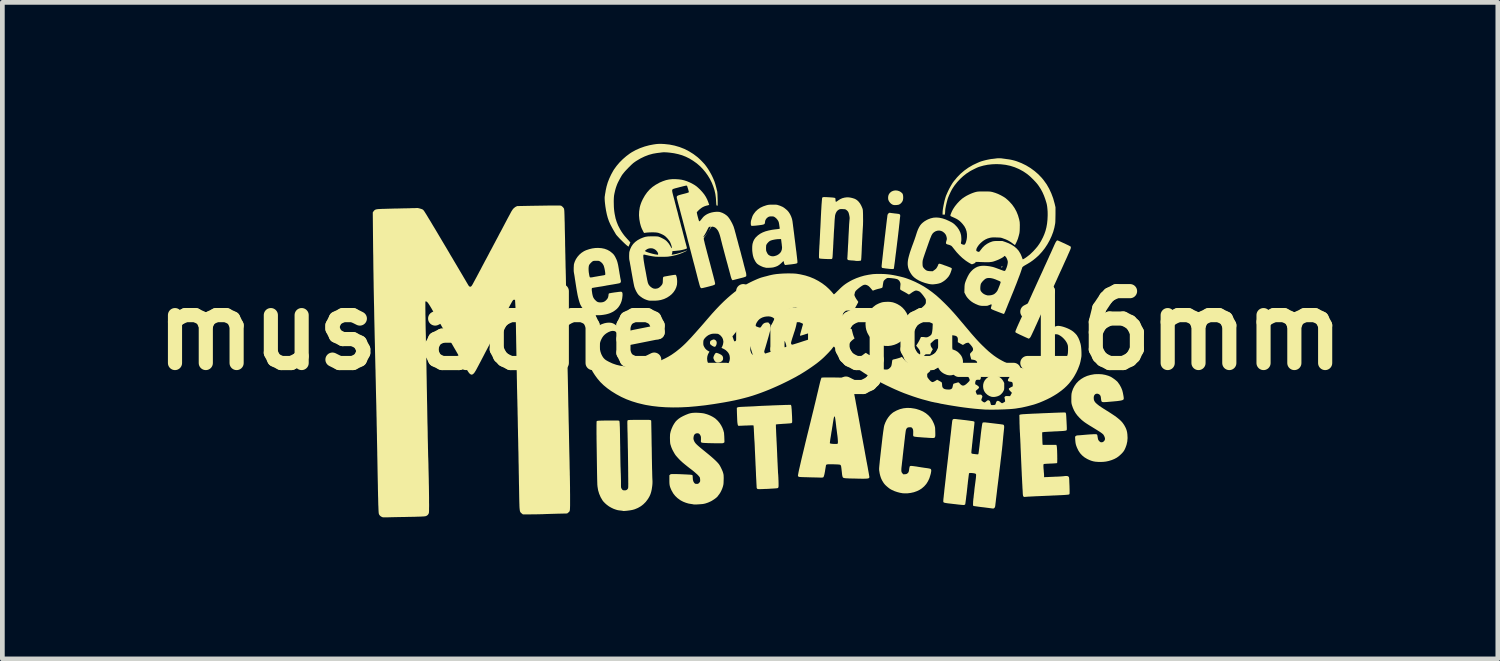
<source format=kicad_pcb>
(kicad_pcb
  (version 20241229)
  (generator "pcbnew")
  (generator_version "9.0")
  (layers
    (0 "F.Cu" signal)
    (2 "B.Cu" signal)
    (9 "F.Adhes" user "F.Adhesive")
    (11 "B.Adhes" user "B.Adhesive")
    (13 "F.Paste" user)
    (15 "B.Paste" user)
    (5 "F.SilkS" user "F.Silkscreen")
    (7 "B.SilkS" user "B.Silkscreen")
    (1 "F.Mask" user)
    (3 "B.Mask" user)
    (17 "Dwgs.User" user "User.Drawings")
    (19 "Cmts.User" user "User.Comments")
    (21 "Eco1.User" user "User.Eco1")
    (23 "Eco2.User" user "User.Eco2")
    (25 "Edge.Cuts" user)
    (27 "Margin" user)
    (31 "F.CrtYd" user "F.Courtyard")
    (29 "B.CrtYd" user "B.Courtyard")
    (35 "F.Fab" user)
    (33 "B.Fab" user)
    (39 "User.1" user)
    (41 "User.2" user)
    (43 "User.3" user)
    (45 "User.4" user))
  (footprint "mustache_logo_16mm"
    (layer "F.Cu")
    (at 12.852 3.957)
    (property "Reference" "mustache_logo_16mm" (at 0 0 0) (layer "F.SilkS") (effects (font (size 1.524 1.524) (thickness 0.3))))
    (attr board_only exclude_from_pos_files exclude_from_bom)
    (fp_poly (pts (xy -0.892 -2.083) (xy -0.893 -2.081) (xy -0.898 -2.076) (xy -0.899 -2.076) (xy -0.899 -2.079) (xy -0.898 -2.081) (xy -0.893 -2.086) (xy -0.892 -2.086)) (stroke (width 0) (type solid)) (fill yes) (layer "F.SilkS"))
    (fp_poly (pts (xy -0.882 -2.098) (xy -0.883 -2.096) (xy -0.888 -2.091) (xy -0.888 -2.091) (xy -0.889 -2.095) (xy -0.888 -2.096) (xy -0.883 -2.101) (xy -0.882 -2.101)) (stroke (width 0) (type solid)) (fill yes) (layer "F.SilkS"))
    (fp_poly (pts (xy 5.352 -1.355) (xy 5.352 -1.35) (xy 5.346 -1.343) (xy 5.336 -1.339) (xy 5.325 -1.339) (xy 5.32 -1.343) (xy 5.321 -1.348) (xy 5.329 -1.354) (xy 5.34 -1.358) (xy 5.345 -1.359)) (stroke (width 0) (type solid)) (fill yes) (layer "F.SilkS"))
    (fp_poly (pts (xy -0.761 0.191) (xy -0.752 0.194) (xy -0.731 0.206) (xy -0.716 0.224) (xy -0.708 0.247) (xy -0.708 0.275) (xy -0.715 0.304) (xy -0.719 0.313) (xy -0.73 0.332) (xy -0.74 0.343) (xy -0.753 0.345) (xy -0.77 0.341) (xy -0.788 0.333) (xy -0.807 0.322) (xy -0.824 0.309) (xy -0.832 0.303) (xy -0.843 0.292) (xy -0.848 0.282) (xy -0.85 0.268) (xy -0.85 0.259) (xy -0.848 0.24) (xy -0.843 0.226) (xy -0.831 0.214) (xy -0.813 0.204) (xy -0.8 0.198) (xy -0.784 0.192) (xy -0.773 0.19)) (stroke (width 0) (type solid)) (fill yes) (layer "F.SilkS"))
    (fp_poly (pts (xy -0.703 0.476) (xy -0.688 0.48) (xy -0.668 0.487) (xy -0.646 0.497) (xy -0.64 0.5) (xy -0.611 0.516) (xy -0.591 0.533) (xy -0.579 0.552) (xy -0.573 0.575) (xy -0.572 0.59) (xy -0.574 0.61) (xy -0.578 0.624) (xy -0.586 0.637) (xy -0.604 0.655) (xy -0.628 0.668) (xy -0.654 0.677) (xy -0.681 0.681) (xy -0.704 0.679) (xy -0.72 0.673) (xy -0.734 0.662) (xy -0.746 0.651) (xy -0.756 0.637) (xy -0.765 0.619) (xy -0.773 0.6) (xy -0.778 0.584) (xy -0.778 0.579) (xy -0.776 0.563) (xy -0.769 0.542) (xy -0.759 0.52) (xy -0.748 0.501) (xy -0.741 0.49) (xy -0.73 0.479) (xy -0.722 0.475) (xy -0.711 0.474)) (stroke (width 0) (type solid)) (fill yes) (layer "F.SilkS"))
    (fp_poly (pts (xy 3.125 -2.966) (xy 3.161 -2.955) (xy 3.194 -2.937) (xy 3.221 -2.914) (xy 3.232 -2.901) (xy 3.239 -2.884) (xy 3.244 -2.86) (xy 3.246 -2.831) (xy 3.246 -2.802) (xy 3.242 -2.773) (xy 3.239 -2.76) (xy 3.228 -2.735) (xy 3.21 -2.71) (xy 3.189 -2.689) (xy 3.166 -2.674) (xy 3.15 -2.667) (xy 3.12 -2.662) (xy 3.089 -2.659) (xy 3.06 -2.659) (xy 3.044 -2.661) (xy 3.017 -2.67) (xy 2.993 -2.685) (xy 2.968 -2.708) (xy 2.965 -2.712) (xy 2.942 -2.744) (xy 2.929 -2.778) (xy 2.926 -2.814) (xy 2.93 -2.854) (xy 2.943 -2.889) (xy 2.964 -2.918) (xy 2.994 -2.943) (xy 3.015 -2.954) (xy 3.049 -2.966) (xy 3.087 -2.97)) (stroke (width 0) (type solid)) (fill yes) (layer "F.SilkS"))
    (fp_poly (pts (xy 5.186 0.95) (xy 5.201 0.954) (xy 5.251 0.969) (xy 5.293 0.991) (xy 5.328 1.02) (xy 5.357 1.056) (xy 5.37 1.078) (xy 5.388 1.113) (xy 5.388 1.181) (xy 5.388 1.21) (xy 5.387 1.23) (xy 5.386 1.245) (xy 5.383 1.257) (xy 5.379 1.269) (xy 5.375 1.277) (xy 5.358 1.308) (xy 5.334 1.337) (xy 5.308 1.362) (xy 5.293 1.373) (xy 5.256 1.391) (xy 5.214 1.403) (xy 5.171 1.409) (xy 5.13 1.407) (xy 5.108 1.402) (xy 5.068 1.386) (xy 5.029 1.361) (xy 4.995 1.329) (xy 4.975 1.304) (xy 4.956 1.267) (xy 4.944 1.226) (xy 4.94 1.183) (xy 4.943 1.14) (xy 4.954 1.099) (xy 4.973 1.062) (xy 4.978 1.054) (xy 5.009 1.018) (xy 5.044 0.99) (xy 5.083 0.969) (xy 5.122 0.956) (xy 5.143 0.951) (xy 5.158 0.948) (xy 5.171 0.948)) (stroke (width 0) (type solid)) (fill yes) (layer "F.SilkS"))
    (fp_poly (pts (xy 4.243 0.397) (xy 4.266 0.399) (xy 4.287 0.401) (xy 4.304 0.404) (xy 4.306 0.405) (xy 4.357 0.425) (xy 4.401 0.452) (xy 4.426 0.475) (xy 4.456 0.507) (xy 4.479 0.538) (xy 4.495 0.57) (xy 4.503 0.594) (xy 4.508 0.614) (xy 4.512 0.631) (xy 4.513 0.65) (xy 4.513 0.674) (xy 4.512 0.689) (xy 4.511 0.715) (xy 4.509 0.734) (xy 4.506 0.749) (xy 4.501 0.764) (xy 4.493 0.781) (xy 4.489 0.791) (xy 4.462 0.837) (xy 4.428 0.875) (xy 4.388 0.905) (xy 4.366 0.917) (xy 4.317 0.937) (xy 4.273 0.948) (xy 4.231 0.951) (xy 4.189 0.945) (xy 4.162 0.937) (xy 4.109 0.914) (xy 4.065 0.885) (xy 4.028 0.849) (xy 3.999 0.807) (xy 3.976 0.757) (xy 3.971 0.744) (xy 3.965 0.715) (xy 3.963 0.68) (xy 3.964 0.645) (xy 3.969 0.612) (xy 3.971 0.603) (xy 3.991 0.553) (xy 4.019 0.508) (xy 4.054 0.469) (xy 4.098 0.438) (xy 4.115 0.428) (xy 4.134 0.419) (xy 4.151 0.412) (xy 4.163 0.408) (xy 4.166 0.407) (xy 4.176 0.405) (xy 4.18 0.402) (xy 4.187 0.399) (xy 4.201 0.397) (xy 4.221 0.397)) (stroke (width 0) (type solid)) (fill yes) (layer "F.SilkS"))
    (fp_poly (pts (xy 2.976 -0.606) (xy 3.028 -0.597) (xy 3.078 -0.58) (xy 3.123 -0.56) (xy 3.183 -0.524) (xy 3.235 -0.481) (xy 3.28 -0.43) (xy 3.317 -0.373) (xy 3.347 -0.31) (xy 3.359 -0.278) (xy 3.365 -0.258) (xy 3.369 -0.242) (xy 3.372 -0.226) (xy 3.374 -0.209) (xy 3.375 -0.189) (xy 3.375 -0.161) (xy 3.375 -0.142) (xy 3.375 -0.103) (xy 3.373 -0.071) (xy 3.37 -0.043) (xy 3.363 -0.016) (xy 3.353 0.011) (xy 3.339 0.043) (xy 3.322 0.078) (xy 3.288 0.134) (xy 3.249 0.183) (xy 3.202 0.226) (xy 3.171 0.248) (xy 3.115 0.28) (xy 3.055 0.304) (xy 2.992 0.32) (xy 2.929 0.328) (xy 2.866 0.327) (xy 2.821 0.32) (xy 2.776 0.307) (xy 2.728 0.288) (xy 2.681 0.263) (xy 2.637 0.235) (xy 2.601 0.205) (xy 2.554 0.156) (xy 2.515 0.102) (xy 2.484 0.044) (xy 2.463 -0.016) (xy 2.453 -0.064) (xy 2.447 -0.135) (xy 2.452 -0.204) (xy 2.465 -0.271) (xy 2.488 -0.334) (xy 2.519 -0.393) (xy 2.559 -0.447) (xy 2.607 -0.496) (xy 2.66 -0.537) (xy 2.68 -0.549) (xy 2.706 -0.562) (xy 2.733 -0.575) (xy 2.747 -0.58) (xy 2.773 -0.59) (xy 2.796 -0.597) (xy 2.82 -0.602) (xy 2.847 -0.605) (xy 2.858 -0.606) (xy 2.921 -0.609)) (stroke (width 0) (type solid)) (fill yes) (layer "F.SilkS"))
    (fp_poly (pts (xy 2.96 -2.496) (xy 2.969 -2.495) (xy 2.985 -2.492) (xy 3.008 -2.489) (xy 3.035 -2.486) (xy 3.063 -2.482) (xy 3.092 -2.479) (xy 3.119 -2.476) (xy 3.124 -2.475) (xy 3.151 -2.472) (xy 3.169 -2.465) (xy 3.179 -2.455) (xy 3.183 -2.439) (xy 3.182 -2.416) (xy 3.18 -2.405) (xy 3.178 -2.387) (xy 3.175 -2.361) (xy 3.172 -2.331) (xy 3.169 -2.3) (xy 3.168 -2.287) (xy 3.165 -2.261) (xy 3.161 -2.228) (xy 3.157 -2.188) (xy 3.152 -2.143) (xy 3.146 -2.093) (xy 3.14 -2.039) (xy 3.133 -1.981) (xy 3.126 -1.922) (xy 3.118 -1.86) (xy 3.111 -1.799) (xy 3.103 -1.737) (xy 3.096 -1.676) (xy 3.088 -1.617) (xy 3.081 -1.561) (xy 3.075 -1.509) (xy 3.069 -1.46) (xy 3.063 -1.417) (xy 3.058 -1.38) (xy 3.054 -1.35) (xy 3.051 -1.328) (xy 3.048 -1.314) (xy 3.047 -1.309) (xy 3.039 -1.305) (xy 3.022 -1.303) (xy 2.997 -1.304) (xy 2.963 -1.306) (xy 2.919 -1.311) (xy 2.899 -1.313) (xy 2.872 -1.316) (xy 2.846 -1.32) (xy 2.825 -1.323) (xy 2.812 -1.325) (xy 2.809 -1.325) (xy 2.798 -1.33) (xy 2.792 -1.338) (xy 2.789 -1.352) (xy 2.789 -1.373) (xy 2.791 -1.388) (xy 2.794 -1.42) (xy 2.798 -1.461) (xy 2.804 -1.51) (xy 2.81 -1.566) (xy 2.817 -1.627) (xy 2.824 -1.693) (xy 2.832 -1.763) (xy 2.841 -1.835) (xy 2.849 -1.908) (xy 2.857 -1.981) (xy 2.866 -2.053) (xy 2.874 -2.124) (xy 2.882 -2.191) (xy 2.889 -2.253) (xy 2.896 -2.31) (xy 2.902 -2.361) (xy 2.908 -2.404) (xy 2.91 -2.424) (xy 2.913 -2.446) (xy 2.917 -2.459) (xy 2.922 -2.469) (xy 2.93 -2.478) (xy 2.933 -2.482) (xy 2.947 -2.493) (xy 2.958 -2.496)) (stroke (width 0) (type solid)) (fill yes) (layer "F.SilkS"))
    (fp_poly (pts (xy 6.523 -1.908) (xy 6.535 -1.904) (xy 6.551 -1.897) (xy 6.574 -1.887) (xy 6.604 -1.873) (xy 6.637 -1.858) (xy 6.669 -1.844) (xy 6.699 -1.829) (xy 6.727 -1.816) (xy 6.75 -1.805) (xy 6.765 -1.797) (xy 6.8 -1.777) (xy 6.8 -1.755) (xy 6.8 -1.752) (xy 6.799 -1.749) (xy 6.799 -1.746) (xy 6.798 -1.741) (xy 6.796 -1.736) (xy 6.793 -1.728) (xy 6.79 -1.719) (xy 6.785 -1.707) (xy 6.779 -1.693) (xy 6.771 -1.675) (xy 6.762 -1.653) (xy 6.75 -1.628) (xy 6.737 -1.598) (xy 6.722 -1.563) (xy 6.704 -1.523) (xy 6.683 -1.478) (xy 6.66 -1.427) (xy 6.634 -1.369) (xy 6.605 -1.305) (xy 6.572 -1.234) (xy 6.536 -1.155) (xy 6.497 -1.068) (xy 6.454 -0.973) (xy 6.406 -0.869) (xy 6.375 -0.801) (xy 6.346 -0.736) (xy 6.314 -0.668) (xy 6.283 -0.597) (xy 6.251 -0.527) (xy 6.219 -0.457) (xy 6.189 -0.39) (xy 6.16 -0.328) (xy 6.134 -0.27) (xy 6.112 -0.22) (xy 6.101 -0.196) (xy 6.072 -0.131) (xy 6.046 -0.075) (xy 6.025 -0.027) (xy 6.006 0.013) (xy 5.99 0.047) (xy 5.977 0.075) (xy 5.966 0.098) (xy 5.957 0.116) (xy 5.95 0.13) (xy 5.944 0.14) (xy 5.938 0.148) (xy 5.934 0.154) (xy 5.929 0.158) (xy 5.928 0.16) (xy 5.917 0.168) (xy 5.909 0.173) (xy 5.908 0.173) (xy 5.903 0.171) (xy 5.89 0.165) (xy 5.869 0.156) (xy 5.844 0.145) (xy 5.814 0.131) (xy 5.78 0.116) (xy 5.778 0.114) (xy 5.744 0.099) (xy 5.712 0.084) (xy 5.684 0.07) (xy 5.662 0.059) (xy 5.646 0.051) (xy 5.638 0.046) (xy 5.638 0.046) (xy 5.633 0.043) (xy 5.629 0.04) (xy 5.627 0.036) (xy 5.625 0.031) (xy 5.625 0.024) (xy 5.627 0.014) (xy 5.631 0.001) (xy 5.638 -0.016) (xy 5.647 -0.037) (xy 5.658 -0.065) (xy 5.673 -0.098) (xy 5.691 -0.139) (xy 5.713 -0.187) (xy 5.738 -0.243) (xy 5.75 -0.267) (xy 5.767 -0.305) (xy 5.788 -0.351) (xy 5.811 -0.402) (xy 5.835 -0.456) (xy 5.86 -0.511) (xy 5.884 -0.565) (xy 5.907 -0.616) (xy 5.911 -0.623) (xy 5.934 -0.675) (xy 5.961 -0.734) (xy 5.989 -0.797) (xy 6.019 -0.862) (xy 6.048 -0.926) (xy 6.076 -0.988) (xy 6.102 -1.045) (xy 6.108 -1.058) (xy 6.133 -1.113) (xy 6.159 -1.17) (xy 6.187 -1.23) (xy 6.215 -1.292) (xy 6.243 -1.355) (xy 6.272 -1.417) (xy 6.3 -1.479) (xy 6.327 -1.538) (xy 6.352 -1.595) (xy 6.377 -1.648) (xy 6.399 -1.697) (xy 6.418 -1.74) (xy 6.435 -1.777) (xy 6.448 -1.807) (xy 6.458 -1.829) (xy 6.461 -1.834) (xy 6.471 -1.857) (xy 6.483 -1.877) (xy 6.493 -1.893) (xy 6.498 -1.899) (xy 6.503 -1.904) (xy 6.506 -1.907) (xy 6.51 -1.909) (xy 6.515 -1.91)) (stroke (width 0) (type solid)) (fill yes) (layer "F.SilkS"))
    (fp_poly (pts (xy 0.872 1.594) (xy 0.875 1.603) (xy 0.877 1.621) (xy 0.879 1.646) (xy 0.882 1.677) (xy 0.884 1.711) (xy 0.886 1.747) (xy 0.888 1.785) (xy 0.89 1.822) (xy 0.891 1.857) (xy 0.892 1.888) (xy 0.893 1.914) (xy 0.892 1.934) (xy 0.892 1.946) (xy 0.891 1.948) (xy 0.883 1.959) (xy 0.879 1.963) (xy 0.872 1.965) (xy 0.855 1.967) (xy 0.83 1.97) (xy 0.797 1.972) (xy 0.758 1.975) (xy 0.727 1.977) (xy 0.689 1.979) (xy 0.653 1.982) (xy 0.622 1.984) (xy 0.595 1.986) (xy 0.576 1.988) (xy 0.565 1.989) (xy 0.565 1.989) (xy 0.547 1.993) (xy 0.548 2.038) (xy 0.548 2.052) (xy 0.549 2.075) (xy 0.551 2.106) (xy 0.552 2.143) (xy 0.554 2.186) (xy 0.556 2.234) (xy 0.559 2.284) (xy 0.561 2.337) (xy 0.562 2.351) (xy 0.565 2.411) (xy 0.568 2.474) (xy 0.571 2.54) (xy 0.574 2.605) (xy 0.576 2.668) (xy 0.579 2.727) (xy 0.581 2.779) (xy 0.583 2.811) (xy 0.585 2.857) (xy 0.587 2.9) (xy 0.589 2.941) (xy 0.591 2.977) (xy 0.592 3.008) (xy 0.594 3.031) (xy 0.595 3.045) (xy 0.597 3.063) (xy 0.598 3.088) (xy 0.6 3.119) (xy 0.601 3.154) (xy 0.603 3.19) (xy 0.603 3.2) (xy 0.604 3.241) (xy 0.604 3.273) (xy 0.604 3.297) (xy 0.602 3.315) (xy 0.599 3.327) (xy 0.594 3.335) (xy 0.588 3.34) (xy 0.579 3.342) (xy 0.572 3.344) (xy 0.56 3.345) (xy 0.539 3.347) (xy 0.51 3.349) (xy 0.476 3.351) (xy 0.438 3.353) (xy 0.398 3.356) (xy 0.356 3.358) (xy 0.315 3.359) (xy 0.276 3.361) (xy 0.244 3.362) (xy 0.213 3.363) (xy 0.19 3.363) (xy 0.174 3.362) (xy 0.164 3.361) (xy 0.158 3.359) (xy 0.153 3.356) (xy 0.152 3.355) (xy 0.144 3.345) (xy 0.141 3.34) (xy 0.14 3.334) (xy 0.139 3.319) (xy 0.138 3.295) (xy 0.136 3.263) (xy 0.134 3.223) (xy 0.132 3.178) (xy 0.129 3.126) (xy 0.126 3.069) (xy 0.124 3.008) (xy 0.121 2.943) (xy 0.118 2.875) (xy 0.117 2.864) (xy 0.114 2.794) (xy 0.111 2.725) (xy 0.108 2.658) (xy 0.105 2.595) (xy 0.102 2.536) (xy 0.1 2.481) (xy 0.098 2.433) (xy 0.096 2.391) (xy 0.094 2.357) (xy 0.092 2.331) (xy 0.091 2.315) (xy 0.089 2.284) (xy 0.087 2.246) (xy 0.085 2.205) (xy 0.083 2.163) (xy 0.081 2.128) (xy 0.08 2.095) (xy 0.078 2.066) (xy 0.076 2.042) (xy 0.075 2.025) (xy 0.073 2.015) (xy 0.073 2.014) (xy 0.071 2.012) (xy 0.066 2.011) (xy 0.058 2.011) (xy 0.045 2.01) (xy 0.028 2.01) (xy 0.004 2.011) (xy -0.027 2.012) (xy -0.065 2.014) (xy -0.112 2.015) (xy -0.168 2.018) (xy -0.174 2.018) (xy -0.248 2.021) (xy -0.257 2.009) (xy -0.261 1.999) (xy -0.264 1.982) (xy -0.268 1.959) (xy -0.271 1.928) (xy -0.273 1.889) (xy -0.275 1.841) (xy -0.277 1.784) (xy -0.278 1.762) (xy -0.281 1.64) (xy -0.268 1.631) (xy -0.262 1.628) (xy -0.255 1.626) (xy -0.244 1.624) (xy -0.229 1.622) (xy -0.208 1.62) (xy -0.18 1.619) (xy -0.145 1.617) (xy -0.1 1.615) (xy -0.098 1.615) (xy -0.053 1.613) (xy -0.007 1.611) (xy 0.038 1.609) (xy 0.081 1.607) (xy 0.118 1.605) (xy 0.147 1.603) (xy 0.148 1.603) (xy 0.178 1.601) (xy 0.216 1.599) (xy 0.259 1.597) (xy 0.308 1.595) (xy 0.36 1.593) (xy 0.415 1.591) (xy 0.47 1.588) (xy 0.526 1.586) (xy 0.58 1.584) (xy 0.631 1.582) (xy 0.678 1.581) (xy 0.721 1.579) (xy 0.756 1.578) (xy 0.784 1.578) (xy 0.803 1.577) (xy 0.866 1.577)) (stroke (width 0) (type solid)) (fill yes) (layer "F.SilkS"))
    (fp_poly (pts (xy -1.863 -3.956) (xy -1.827 -3.954) (xy -1.821 -3.954) (xy -1.708 -3.942) (xy -1.599 -3.92) (xy -1.493 -3.889) (xy -1.391 -3.849) (xy -1.294 -3.799) (xy -1.201 -3.741) (xy -1.114 -3.675) (xy -1.086 -3.65) (xy -1.054 -3.62) (xy -1.023 -3.589) (xy -0.993 -3.557) (xy -0.967 -3.529) (xy -0.956 -3.516) (xy -0.923 -3.472) (xy -0.888 -3.421) (xy -0.855 -3.366) (xy -0.824 -3.311) (xy -0.811 -3.286) (xy -0.789 -3.24) (xy -0.772 -3.201) (xy -0.757 -3.165) (xy -0.745 -3.13) (xy -0.734 -3.093) (xy -0.723 -3.052) (xy -0.72 -3.042) (xy -0.713 -3.014) (xy -0.707 -2.987) (xy -0.701 -2.965) (xy -0.697 -2.949) (xy -0.696 -2.946) (xy -0.695 -2.934) (xy -0.693 -2.914) (xy -0.691 -2.887) (xy -0.69 -2.853) (xy -0.689 -2.816) (xy -0.688 -2.784) (xy -0.687 -2.743) (xy -0.687 -2.711) (xy -0.687 -2.687) (xy -0.687 -2.67) (xy -0.688 -2.658) (xy -0.689 -2.651) (xy -0.691 -2.647) (xy -0.693 -2.646) (xy -0.696 -2.646) (xy -0.704 -2.647) (xy -0.71 -2.652) (xy -0.714 -2.662) (xy -0.716 -2.678) (xy -0.718 -2.702) (xy -0.719 -2.722) (xy -0.725 -2.811) (xy -0.736 -2.894) (xy -0.754 -2.973) (xy -0.779 -3.051) (xy -0.811 -3.132) (xy -0.816 -3.142) (xy -0.852 -3.214) (xy -0.896 -3.286) (xy -0.946 -3.356) (xy -1.001 -3.422) (xy -1.059 -3.482) (xy -1.119 -3.534) (xy -1.134 -3.546) (xy -1.21 -3.6) (xy -1.285 -3.646) (xy -1.362 -3.684) (xy -1.44 -3.715) (xy -1.523 -3.739) (xy -1.611 -3.758) (xy -1.705 -3.771) (xy -1.757 -3.776) (xy -1.795 -3.778) (xy -1.825 -3.779) (xy -1.848 -3.778) (xy -1.867 -3.776) (xy -1.885 -3.774) (xy -1.91 -3.77) (xy -1.939 -3.767) (xy -1.968 -3.763) (xy -1.972 -3.763) (xy -2.059 -3.748) (xy -2.147 -3.724) (xy -2.236 -3.69) (xy -2.325 -3.647) (xy -2.412 -3.595) (xy -2.418 -3.591) (xy -2.439 -3.577) (xy -2.458 -3.563) (xy -2.477 -3.549) (xy -2.496 -3.532) (xy -2.518 -3.512) (xy -2.543 -3.487) (xy -2.574 -3.456) (xy -2.575 -3.456) (xy -2.614 -3.415) (xy -2.648 -3.379) (xy -2.676 -3.346) (xy -2.701 -3.315) (xy -2.723 -3.283) (xy -2.743 -3.248) (xy -2.764 -3.21) (xy -2.777 -3.185) (xy -2.799 -3.143) (xy -2.816 -3.106) (xy -2.829 -3.072) (xy -2.841 -3.039) (xy -2.852 -3.003) (xy -2.86 -2.973) (xy -2.87 -2.93) (xy -2.878 -2.893) (xy -2.884 -2.859) (xy -2.887 -2.825) (xy -2.889 -2.788) (xy -2.89 -2.746) (xy -2.89 -2.727) (xy -2.889 -2.677) (xy -2.888 -2.634) (xy -2.886 -2.596) (xy -2.883 -2.561) (xy -2.879 -2.525) (xy -2.873 -2.485) (xy -2.868 -2.457) (xy -2.851 -2.375) (xy -2.827 -2.299) (xy -2.797 -2.225) (xy -2.786 -2.204) (xy -2.757 -2.148) (xy -2.727 -2.098) (xy -2.695 -2.051) (xy -2.66 -2.005) (xy -2.619 -1.958) (xy -2.593 -1.929) (xy -2.574 -1.909) (xy -2.559 -1.891) (xy -2.547 -1.878) (xy -2.54 -1.87) (xy -2.539 -1.868) (xy -2.541 -1.862) (xy -2.546 -1.849) (xy -2.554 -1.831) (xy -2.558 -1.821) (xy -2.578 -1.777) (xy -2.621 -1.811) (xy -2.638 -1.826) (xy -2.66 -1.846) (xy -2.684 -1.869) (xy -2.711 -1.895) (xy -2.738 -1.922) (xy -2.765 -1.949) (xy -2.789 -1.975) (xy -2.81 -1.998) (xy -2.827 -2.017) (xy -2.838 -2.03) (xy -2.84 -2.033) (xy -2.847 -2.044) (xy -2.856 -2.059) (xy -2.867 -2.078) (xy -2.881 -2.102) (xy -2.899 -2.133) (xy -2.921 -2.172) (xy -2.927 -2.183) (xy -2.962 -2.249) (xy -2.992 -2.317) (xy -3.017 -2.388) (xy -3.037 -2.463) (xy -3.054 -2.545) (xy -3.068 -2.633) (xy -3.076 -2.699) (xy -3.08 -2.74) (xy -3.082 -2.773) (xy -3.083 -2.8) (xy -3.083 -2.823) (xy -3.081 -2.844) (xy -3.078 -2.861) (xy -3.076 -2.878) (xy -3.072 -2.902) (xy -3.067 -2.93) (xy -3.062 -2.96) (xy -3.061 -2.969) (xy -3.043 -3.052) (xy -3.018 -3.137) (xy -2.985 -3.222) (xy -2.946 -3.306) (xy -2.902 -3.386) (xy -2.883 -3.417) (xy -2.829 -3.491) (xy -2.767 -3.564) (xy -2.698 -3.633) (xy -2.625 -3.696) (xy -2.549 -3.753) (xy -2.507 -3.78) (xy -2.422 -3.827) (xy -2.331 -3.867) (xy -2.235 -3.901) (xy -2.138 -3.927) (xy -2.049 -3.944) (xy -2.009 -3.95) (xy -1.975 -3.954) (xy -1.947 -3.956) (xy -1.92 -3.957) (xy -1.893 -3.957)) (stroke (width 0) (type solid)) (fill yes) (layer "F.SilkS"))
    (fp_poly (pts (xy 3.405 1.643) (xy 3.485 1.655) (xy 3.523 1.663) (xy 3.598 1.687) (xy 3.667 1.717) (xy 3.727 1.754) (xy 3.78 1.798) (xy 3.826 1.848) (xy 3.864 1.906) (xy 3.895 1.97) (xy 3.908 2.004) (xy 3.913 2.021) (xy 3.917 2.036) (xy 3.921 2.051) (xy 3.923 2.068) (xy 3.924 2.089) (xy 3.925 2.116) (xy 3.926 2.146) (xy 3.927 2.18) (xy 3.927 2.206) (xy 3.927 2.224) (xy 3.926 2.237) (xy 3.924 2.247) (xy 3.922 2.255) (xy 3.92 2.259) (xy 3.914 2.269) (xy 3.907 2.275) (xy 3.897 2.277) (xy 3.88 2.279) (xy 3.88 2.279) (xy 3.866 2.279) (xy 3.844 2.278) (xy 3.815 2.277) (xy 3.781 2.275) (xy 3.743 2.272) (xy 3.703 2.27) (xy 3.663 2.267) (xy 3.624 2.264) (xy 3.587 2.261) (xy 3.555 2.259) (xy 3.529 2.256) (xy 3.511 2.254) (xy 3.509 2.254) (xy 3.487 2.25) (xy 3.472 2.246) (xy 3.463 2.24) (xy 3.459 2.23) (xy 3.457 2.213) (xy 3.458 2.189) (xy 3.458 2.181) (xy 3.459 2.145) (xy 3.457 2.117) (xy 3.453 2.096) (xy 3.445 2.079) (xy 3.435 2.066) (xy 3.426 2.058) (xy 3.418 2.053) (xy 3.406 2.051) (xy 3.388 2.051) (xy 3.385 2.051) (xy 3.357 2.053) (xy 3.336 2.06) (xy 3.321 2.074) (xy 3.309 2.095) (xy 3.305 2.109) (xy 3.303 2.115) (xy 3.301 2.123) (xy 3.3 2.134) (xy 3.297 2.148) (xy 3.295 2.166) (xy 3.292 2.188) (xy 3.288 2.216) (xy 3.284 2.25) (xy 3.28 2.29) (xy 3.274 2.338) (xy 3.268 2.393) (xy 3.261 2.456) (xy 3.252 2.529) (xy 3.246 2.585) (xy 3.241 2.627) (xy 3.236 2.671) (xy 3.232 2.714) (xy 3.227 2.754) (xy 3.223 2.788) (xy 3.221 2.804) (xy 3.216 2.852) (xy 3.211 2.892) (xy 3.208 2.924) (xy 3.207 2.95) (xy 3.207 2.97) (xy 3.208 2.985) (xy 3.211 2.997) (xy 3.215 3.008) (xy 3.221 3.017) (xy 3.228 3.026) (xy 3.229 3.027) (xy 3.248 3.049) (xy 3.282 3.047) (xy 3.303 3.045) (xy 3.318 3.041) (xy 3.331 3.033) (xy 3.335 3.03) (xy 3.348 3.019) (xy 3.357 3.006) (xy 3.364 2.99) (xy 3.369 2.967) (xy 3.373 2.939) (xy 3.376 2.917) (xy 3.38 2.899) (xy 3.383 2.887) (xy 3.384 2.884) (xy 3.387 2.879) (xy 3.392 2.875) (xy 3.398 2.873) (xy 3.407 2.871) (xy 3.42 2.871) (xy 3.438 2.872) (xy 3.462 2.875) (xy 3.492 2.879) (xy 3.529 2.884) (xy 3.575 2.892) (xy 3.615 2.898) (xy 3.638 2.902) (xy 3.668 2.906) (xy 3.7 2.911) (xy 3.731 2.915) (xy 3.732 2.915) (xy 3.759 2.919) (xy 3.784 2.923) (xy 3.803 2.927) (xy 3.815 2.93) (xy 3.817 2.93) (xy 3.829 2.936) (xy 3.836 2.945) (xy 3.84 2.958) (xy 3.841 2.977) (xy 3.837 3.001) (xy 3.831 3.034) (xy 3.824 3.059) (xy 3.802 3.131) (xy 3.772 3.195) (xy 3.736 3.253) (xy 3.691 3.304) (xy 3.64 3.348) (xy 3.595 3.377) (xy 3.538 3.405) (xy 3.474 3.428) (xy 3.406 3.443) (xy 3.336 3.452) (xy 3.267 3.452) (xy 3.234 3.45) (xy 3.177 3.44) (xy 3.117 3.424) (xy 3.059 3.404) (xy 3.004 3.379) (xy 2.973 3.362) (xy 2.958 3.352) (xy 2.938 3.337) (xy 2.916 3.319) (xy 2.896 3.302) (xy 2.87 3.278) (xy 2.85 3.256) (xy 2.833 3.234) (xy 2.819 3.212) (xy 2.798 3.177) (xy 2.782 3.144) (xy 2.769 3.11) (xy 2.758 3.074) (xy 2.748 3.033) (xy 2.74 2.984) (xy 2.737 2.965) (xy 2.736 2.956) (xy 2.736 2.946) (xy 2.736 2.933) (xy 2.736 2.917) (xy 2.738 2.897) (xy 2.74 2.872) (xy 2.743 2.841) (xy 2.747 2.804) (xy 2.751 2.759) (xy 2.757 2.705) (xy 2.763 2.652) (xy 2.774 2.555) (xy 2.784 2.467) (xy 2.793 2.389) (xy 2.801 2.319) (xy 2.808 2.257) (xy 2.815 2.204) (xy 2.821 2.157) (xy 2.827 2.117) (xy 2.832 2.084) (xy 2.836 2.056) (xy 2.84 2.034) (xy 2.844 2.017) (xy 2.847 2.005) (xy 2.87 1.945) (xy 2.898 1.889) (xy 2.933 1.836) (xy 2.971 1.79) (xy 3.013 1.752) (xy 3.04 1.732) (xy 3.108 1.695) (xy 3.178 1.667) (xy 3.251 1.649) (xy 3.326 1.641)) (stroke (width 0) (type solid)) (fill yes) (layer "F.SilkS"))
    (fp_poly (pts (xy 7.461 0.928) (xy 7.532 0.941) (xy 7.599 0.961) (xy 7.648 0.982) (xy 7.668 0.994) (xy 7.691 1.009) (xy 7.717 1.027) (xy 7.742 1.046) (xy 7.765 1.065) (xy 7.783 1.081) (xy 7.793 1.092) (xy 7.835 1.151) (xy 7.867 1.21) (xy 7.89 1.267) (xy 7.896 1.29) (xy 7.904 1.322) (xy 7.91 1.354) (xy 7.916 1.386) (xy 7.92 1.413) (xy 7.922 1.435) (xy 7.922 1.441) (xy 7.921 1.45) (xy 7.919 1.458) (xy 7.913 1.465) (xy 7.904 1.471) (xy 7.891 1.477) (xy 7.873 1.482) (xy 7.85 1.487) (xy 7.82 1.491) (xy 7.784 1.496) (xy 7.74 1.5) (xy 7.687 1.505) (xy 7.626 1.51) (xy 7.581 1.514) (xy 7.542 1.517) (xy 7.513 1.518) (xy 7.491 1.519) (xy 7.475 1.517) (xy 7.464 1.514) (xy 7.457 1.509) (xy 7.452 1.502) (xy 7.449 1.497) (xy 7.446 1.485) (xy 7.443 1.468) (xy 7.44 1.446) (xy 7.439 1.437) (xy 7.436 1.413) (xy 7.432 1.395) (xy 7.426 1.381) (xy 7.42 1.371) (xy 7.402 1.354) (xy 7.38 1.343) (xy 7.357 1.339) (xy 7.334 1.342) (xy 7.314 1.353) (xy 7.313 1.354) (xy 7.299 1.371) (xy 7.29 1.391) (xy 7.286 1.415) (xy 7.286 1.43) (xy 7.287 1.451) (xy 7.29 1.471) (xy 7.297 1.49) (xy 7.308 1.509) (xy 7.323 1.529) (xy 7.344 1.549) (xy 7.37 1.571) (xy 7.402 1.596) (xy 7.442 1.623) (xy 7.489 1.654) (xy 7.545 1.689) (xy 7.553 1.694) (xy 7.62 1.736) (xy 7.678 1.774) (xy 7.729 1.808) (xy 7.773 1.84) (xy 7.81 1.87) (xy 7.843 1.898) (xy 7.871 1.926) (xy 7.895 1.953) (xy 7.916 1.982) (xy 7.935 2.011) (xy 7.952 2.043) (xy 7.953 2.043) (xy 7.971 2.082) (xy 7.984 2.119) (xy 7.993 2.157) (xy 7.999 2.202) (xy 8.003 2.279) (xy 7.997 2.353) (xy 7.981 2.424) (xy 7.958 2.487) (xy 7.944 2.518) (xy 7.931 2.543) (xy 7.917 2.564) (xy 7.9 2.585) (xy 7.879 2.608) (xy 7.864 2.623) (xy 7.82 2.663) (xy 7.774 2.696) (xy 7.724 2.723) (xy 7.668 2.746) (xy 7.603 2.766) (xy 7.593 2.768) (xy 7.546 2.778) (xy 7.494 2.784) (xy 7.438 2.787) (xy 7.383 2.786) (xy 7.332 2.782) (xy 7.32 2.781) (xy 7.28 2.774) (xy 7.243 2.764) (xy 7.207 2.751) (xy 7.167 2.733) (xy 7.148 2.724) (xy 7.09 2.689) (xy 7.04 2.648) (xy 6.997 2.601) (xy 6.961 2.547) (xy 6.931 2.485) (xy 6.915 2.443) (xy 6.908 2.421) (xy 6.903 2.399) (xy 6.899 2.376) (xy 6.896 2.347) (xy 6.894 2.324) (xy 6.89 2.252) (xy 6.904 2.238) (xy 6.912 2.232) (xy 6.92 2.228) (xy 6.931 2.225) (xy 6.947 2.223) (xy 6.971 2.222) (xy 6.974 2.221) (xy 7 2.22) (xy 7.032 2.217) (xy 7.067 2.214) (xy 7.101 2.211) (xy 7.111 2.21) (xy 7.147 2.207) (xy 7.189 2.204) (xy 7.231 2.201) (xy 7.268 2.2) (xy 7.272 2.199) (xy 7.303 2.198) (xy 7.327 2.198) (xy 7.343 2.2) (xy 7.353 2.204) (xy 7.359 2.212) (xy 7.363 2.225) (xy 7.366 2.243) (xy 7.368 2.257) (xy 7.372 2.279) (xy 7.376 2.3) (xy 7.381 2.315) (xy 7.381 2.316) (xy 7.392 2.334) (xy 7.408 2.351) (xy 7.425 2.364) (xy 7.436 2.369) (xy 7.46 2.37) (xy 7.482 2.363) (xy 7.501 2.348) (xy 7.516 2.329) (xy 7.524 2.306) (xy 7.524 2.287) (xy 7.518 2.262) (xy 7.506 2.234) (xy 7.491 2.209) (xy 7.486 2.202) (xy 7.476 2.193) (xy 7.46 2.18) (xy 7.437 2.163) (xy 7.407 2.143) (xy 7.369 2.119) (xy 7.324 2.091) (xy 7.27 2.058) (xy 7.246 2.043) (xy 7.198 2.014) (xy 7.157 1.988) (xy 7.123 1.966) (xy 7.094 1.946) (xy 7.069 1.927) (xy 7.045 1.908) (xy 7.023 1.889) (xy 7.001 1.867) (xy 6.986 1.853) (xy 6.939 1.802) (xy 6.901 1.751) (xy 6.87 1.698) (xy 6.844 1.64) (xy 6.825 1.585) (xy 6.82 1.568) (xy 6.816 1.553) (xy 6.814 1.539) (xy 6.812 1.522) (xy 6.811 1.502) (xy 6.811 1.475) (xy 6.811 1.445) (xy 6.811 1.411) (xy 6.812 1.384) (xy 6.813 1.363) (xy 6.815 1.346) (xy 6.817 1.329) (xy 6.822 1.312) (xy 6.824 1.301) (xy 6.847 1.235) (xy 6.879 1.174) (xy 6.918 1.119) (xy 6.965 1.07) (xy 7.019 1.028) (xy 7.079 0.992) (xy 7.145 0.963) (xy 7.217 0.942) (xy 7.294 0.928) (xy 7.312 0.926) (xy 7.387 0.924)) (stroke (width 0) (type solid)) (fill yes) (layer "F.SilkS"))
    (fp_poly (pts (xy 1.602 -2.828) (xy 1.63 -2.827) (xy 1.684 -2.824) (xy 1.727 -2.821) (xy 1.762 -2.818) (xy 1.786 -2.814) (xy 1.801 -2.81) (xy 1.804 -2.808) (xy 1.809 -2.798) (xy 1.811 -2.78) (xy 1.811 -2.771) (xy 1.812 -2.749) (xy 1.815 -2.735) (xy 1.82 -2.73) (xy 1.829 -2.731) (xy 1.832 -2.733) (xy 1.843 -2.739) (xy 1.857 -2.75) (xy 1.869 -2.758) (xy 1.909 -2.784) (xy 1.955 -2.805) (xy 2.006 -2.818) (xy 2.057 -2.824) (xy 2.067 -2.824) (xy 2.099 -2.822) (xy 2.136 -2.816) (xy 2.173 -2.807) (xy 2.208 -2.796) (xy 2.228 -2.788) (xy 2.266 -2.765) (xy 2.3 -2.733) (xy 2.332 -2.692) (xy 2.359 -2.643) (xy 2.38 -2.594) (xy 2.384 -2.582) (xy 2.387 -2.572) (xy 2.389 -2.561) (xy 2.391 -2.548) (xy 2.392 -2.532) (xy 2.393 -2.511) (xy 2.394 -2.483) (xy 2.395 -2.448) (xy 2.395 -2.416) (xy 2.396 -2.322) (xy 2.394 -2.234) (xy 2.389 -2.154) (xy 2.387 -2.121) (xy 2.385 -2.081) (xy 2.382 -2.033) (xy 2.38 -1.982) (xy 2.377 -1.928) (xy 2.374 -1.874) (xy 2.372 -1.821) (xy 2.371 -1.811) (xy 2.368 -1.746) (xy 2.366 -1.691) (xy 2.364 -1.643) (xy 2.362 -1.604) (xy 2.36 -1.572) (xy 2.359 -1.547) (xy 2.357 -1.527) (xy 2.356 -1.512) (xy 2.355 -1.501) (xy 2.353 -1.493) (xy 2.352 -1.488) (xy 2.35 -1.485) (xy 2.349 -1.483) (xy 2.347 -1.482) (xy 2.339 -1.48) (xy 2.324 -1.478) (xy 2.305 -1.476) (xy 2.284 -1.475) (xy 2.263 -1.475) (xy 2.246 -1.476) (xy 2.235 -1.477) (xy 2.233 -1.478) (xy 2.227 -1.479) (xy 2.214 -1.481) (xy 2.193 -1.483) (xy 2.168 -1.485) (xy 2.155 -1.485) (xy 2.125 -1.488) (xy 2.104 -1.49) (xy 2.089 -1.492) (xy 2.08 -1.494) (xy 2.074 -1.498) (xy 2.069 -1.502) (xy 2.069 -1.502) (xy 2.064 -1.511) (xy 2.061 -1.522) (xy 2.062 -1.538) (xy 2.063 -1.544) (xy 2.064 -1.557) (xy 2.065 -1.579) (xy 2.067 -1.61) (xy 2.069 -1.649) (xy 2.072 -1.695) (xy 2.074 -1.746) (xy 2.077 -1.804) (xy 2.081 -1.865) (xy 2.084 -1.931) (xy 2.087 -2) (xy 2.091 -2.071) (xy 2.094 -2.127) (xy 2.096 -2.169) (xy 2.098 -2.211) (xy 2.1 -2.25) (xy 2.103 -2.285) (xy 2.105 -2.314) (xy 2.107 -2.335) (xy 2.107 -2.339) (xy 2.11 -2.364) (xy 2.111 -2.383) (xy 2.11 -2.4) (xy 2.107 -2.42) (xy 2.102 -2.446) (xy 2.094 -2.48) (xy 2.085 -2.506) (xy 2.073 -2.526) (xy 2.057 -2.543) (xy 2.041 -2.556) (xy 2.03 -2.563) (xy 2.021 -2.568) (xy 2.01 -2.571) (xy 1.995 -2.572) (xy 1.973 -2.573) (xy 1.964 -2.574) (xy 1.938 -2.574) (xy 1.919 -2.574) (xy 1.906 -2.572) (xy 1.895 -2.569) (xy 1.885 -2.565) (xy 1.856 -2.545) (xy 1.832 -2.517) (xy 1.814 -2.48) (xy 1.804 -2.447) (xy 1.801 -2.431) (xy 1.799 -2.408) (xy 1.796 -2.379) (xy 1.793 -2.347) (xy 1.791 -2.313) (xy 1.791 -2.313) (xy 1.789 -2.276) (xy 1.787 -2.237) (xy 1.785 -2.199) (xy 1.783 -2.166) (xy 1.781 -2.145) (xy 1.78 -2.126) (xy 1.778 -2.099) (xy 1.776 -2.064) (xy 1.774 -2.023) (xy 1.772 -1.977) (xy 1.769 -1.927) (xy 1.766 -1.875) (xy 1.764 -1.822) (xy 1.763 -1.816) (xy 1.761 -1.765) (xy 1.758 -1.717) (xy 1.755 -1.671) (xy 1.753 -1.631) (xy 1.751 -1.597) (xy 1.749 -1.569) (xy 1.747 -1.549) (xy 1.745 -1.537) (xy 1.745 -1.536) (xy 1.739 -1.522) (xy 1.73 -1.516) (xy 1.726 -1.515) (xy 1.717 -1.514) (xy 1.7 -1.514) (xy 1.675 -1.514) (xy 1.646 -1.515) (xy 1.612 -1.516) (xy 1.593 -1.517) (xy 1.553 -1.519) (xy 1.523 -1.521) (xy 1.5 -1.523) (xy 1.485 -1.525) (xy 1.474 -1.527) (xy 1.469 -1.529) (xy 1.467 -1.531) (xy 1.464 -1.535) (xy 1.462 -1.544) (xy 1.461 -1.556) (xy 1.461 -1.573) (xy 1.461 -1.596) (xy 1.462 -1.626) (xy 1.463 -1.662) (xy 1.465 -1.707) (xy 1.468 -1.761) (xy 1.47 -1.8) (xy 1.473 -1.839) (xy 1.475 -1.886) (xy 1.478 -1.94) (xy 1.481 -1.999) (xy 1.484 -2.062) (xy 1.487 -2.127) (xy 1.491 -2.193) (xy 1.494 -2.257) (xy 1.496 -2.297) (xy 1.499 -2.368) (xy 1.502 -2.431) (xy 1.505 -2.485) (xy 1.507 -2.533) (xy 1.51 -2.575) (xy 1.512 -2.612) (xy 1.514 -2.647) (xy 1.516 -2.679) (xy 1.519 -2.711) (xy 1.521 -2.742) (xy 1.524 -2.775) (xy 1.525 -2.782) (xy 1.526 -2.799) (xy 1.529 -2.811) (xy 1.533 -2.82) (xy 1.542 -2.825) (xy 1.555 -2.828) (xy 1.575 -2.829)) (stroke (width 0) (type solid)) (fill yes) (layer "F.SilkS"))
    (fp_poly (pts (xy -3.151 -1.746) (xy -3.086 -1.733) (xy -3.026 -1.711) (xy -2.972 -1.681) (xy -2.923 -1.642) (xy -2.922 -1.641) (xy -2.902 -1.622) (xy -2.887 -1.605) (xy -2.875 -1.587) (xy -2.862 -1.566) (xy -2.853 -1.548) (xy -2.841 -1.523) (xy -2.83 -1.5) (xy -2.821 -1.476) (xy -2.813 -1.451) (xy -2.806 -1.423) (xy -2.798 -1.39) (xy -2.791 -1.351) (xy -2.783 -1.305) (xy -2.774 -1.251) (xy -2.773 -1.247) (xy -2.767 -1.207) (xy -2.76 -1.17) (xy -2.755 -1.136) (xy -2.75 -1.109) (xy -2.746 -1.088) (xy -2.743 -1.075) (xy -2.742 -1.072) (xy -2.738 -1.046) (xy -2.742 -1.025) (xy -2.749 -1.015) (xy -2.753 -1.011) (xy -2.758 -1.007) (xy -2.765 -1.004) (xy -2.775 -1.001) (xy -2.789 -0.998) (xy -2.81 -0.994) (xy -2.836 -0.989) (xy -2.871 -0.983) (xy -2.911 -0.976) (xy -2.949 -0.97) (xy -2.984 -0.964) (xy -3.014 -0.959) (xy -3.039 -0.955) (xy -3.057 -0.951) (xy -3.066 -0.949) (xy -3.067 -0.949) (xy -3.074 -0.948) (xy -3.089 -0.945) (xy -3.112 -0.941) (xy -3.14 -0.936) (xy -3.173 -0.931) (xy -3.206 -0.926) (xy -3.242 -0.92) (xy -3.274 -0.915) (xy -3.303 -0.91) (xy -3.325 -0.906) (xy -3.34 -0.904) (xy -3.346 -0.902) (xy -3.352 -0.897) (xy -3.356 -0.887) (xy -3.357 -0.87) (xy -3.355 -0.845) (xy -3.351 -0.818) (xy -3.345 -0.775) (xy -3.337 -0.741) (xy -3.329 -0.713) (xy -3.318 -0.69) (xy -3.304 -0.669) (xy -3.287 -0.649) (xy -3.267 -0.63) (xy -3.247 -0.613) (xy -3.226 -0.603) (xy -3.201 -0.597) (xy -3.171 -0.596) (xy -3.157 -0.596) (xy -3.123 -0.601) (xy -3.094 -0.611) (xy -3.068 -0.628) (xy -3.047 -0.648) (xy -3.024 -0.675) (xy -3.01 -0.704) (xy -3.003 -0.737) (xy -3.002 -0.745) (xy -3 -0.764) (xy -2.998 -0.776) (xy -2.994 -0.783) (xy -2.987 -0.787) (xy -2.977 -0.79) (xy -2.959 -0.793) (xy -2.935 -0.798) (xy -2.907 -0.802) (xy -2.876 -0.807) (xy -2.843 -0.811) (xy -2.812 -0.815) (xy -2.783 -0.819) (xy -2.759 -0.821) (xy -2.741 -0.823) (xy -2.731 -0.822) (xy -2.73 -0.822) (xy -2.717 -0.815) (xy -2.708 -0.801) (xy -2.704 -0.78) (xy -2.704 -0.75) (xy -2.704 -0.743) (xy -2.711 -0.682) (xy -2.723 -0.628) (xy -2.741 -0.579) (xy -2.764 -0.535) (xy -2.79 -0.496) (xy -2.824 -0.458) (xy -2.866 -0.424) (xy -2.915 -0.393) (xy -2.968 -0.368) (xy -3.007 -0.355) (xy -3.057 -0.342) (xy -3.11 -0.333) (xy -3.164 -0.326) (xy -3.215 -0.324) (xy -3.261 -0.325) (xy -3.277 -0.326) (xy -3.335 -0.338) (xy -3.391 -0.357) (xy -3.443 -0.383) (xy -3.491 -0.415) (xy -3.533 -0.453) (xy -3.568 -0.495) (xy -3.594 -0.541) (xy -3.6 -0.553) (xy -3.612 -0.585) (xy -3.623 -0.62) (xy -3.634 -0.658) (xy -3.645 -0.701) (xy -3.656 -0.749) (xy -3.666 -0.803) (xy -3.677 -0.864) (xy -3.688 -0.932) (xy -3.7 -1.01) (xy -3.707 -1.056) (xy -3.713 -1.092) (xy -3.718 -1.128) (xy -3.723 -1.161) (xy -3.728 -1.19) (xy -3.732 -1.211) (xy -3.733 -1.218) (xy -3.737 -1.241) (xy -3.739 -1.266) (xy -3.739 -1.296) (xy -3.739 -1.311) (xy -3.424 -1.311) (xy -3.423 -1.274) (xy -3.42 -1.236) (xy -3.414 -1.199) (xy -3.41 -1.174) (xy -3.405 -1.154) (xy -3.401 -1.138) (xy -3.398 -1.131) (xy -3.389 -1.126) (xy -3.374 -1.125) (xy -3.35 -1.128) (xy -3.337 -1.13) (xy -3.317 -1.134) (xy -3.291 -1.139) (xy -3.26 -1.144) (xy -3.226 -1.15) (xy -3.193 -1.156) (xy -3.161 -1.161) (xy -3.134 -1.166) (xy -3.114 -1.169) (xy -3.107 -1.17) (xy -3.09 -1.174) (xy -3.077 -1.178) (xy -3.072 -1.181) (xy -3.07 -1.191) (xy -3.07 -1.209) (xy -3.072 -1.232) (xy -3.076 -1.26) (xy -3.081 -1.289) (xy -3.087 -1.318) (xy -3.094 -1.345) (xy -3.101 -1.368) (xy -3.105 -1.379) (xy -3.125 -1.414) (xy -3.151 -1.442) (xy -3.176 -1.461) (xy -3.188 -1.468) (xy -3.198 -1.473) (xy -3.208 -1.476) (xy -3.222 -1.478) (xy -3.241 -1.478) (xy -3.261 -1.478) (xy -3.288 -1.478) (xy -3.306 -1.477) (xy -3.319 -1.475) (xy -3.329 -1.472) (xy -3.338 -1.467) (xy -3.338 -1.467) (xy -3.356 -1.453) (xy -3.376 -1.434) (xy -3.394 -1.414) (xy -3.408 -1.395) (xy -3.412 -1.389) (xy -3.418 -1.37) (xy -3.422 -1.343) (xy -3.424 -1.311) (xy -3.739 -1.311) (xy -3.739 -1.333) (xy -3.737 -1.362) (xy -3.736 -1.385) (xy -3.734 -1.403) (xy -3.73 -1.419) (xy -3.725 -1.435) (xy -3.718 -1.456) (xy -3.718 -1.457) (xy -3.693 -1.511) (xy -3.659 -1.562) (xy -3.619 -1.608) (xy -3.573 -1.648) (xy -3.522 -1.681) (xy -3.48 -1.701) (xy -3.412 -1.724) (xy -3.347 -1.74) (xy -3.282 -1.749) (xy -3.221 -1.751)) (stroke (width 0) (type solid)) (fill yes) (layer "F.SilkS"))
    (fp_poly (pts (xy -2.184 1.894) (xy -2.161 1.894) (xy -2.143 1.895) (xy -2.13 1.896) (xy -2.121 1.897) (xy -2.114 1.898) (xy -2.11 1.9) (xy -2.108 1.902) (xy -2.096 1.911) (xy -2.091 2.165) (xy -2.09 2.219) (xy -2.089 2.281) (xy -2.088 2.35) (xy -2.087 2.422) (xy -2.085 2.497) (xy -2.084 2.572) (xy -2.083 2.646) (xy -2.082 2.715) (xy -2.081 2.75) (xy -2.08 2.81) (xy -2.079 2.868) (xy -2.078 2.925) (xy -2.076 2.978) (xy -2.075 3.026) (xy -2.074 3.069) (xy -2.073 3.106) (xy -2.072 3.134) (xy -2.071 3.154) (xy -2.071 3.156) (xy -2.069 3.191) (xy -2.069 3.222) (xy -2.07 3.251) (xy -2.073 3.284) (xy -2.076 3.308) (xy -2.085 3.369) (xy -2.097 3.422) (xy -2.112 3.47) (xy -2.132 3.515) (xy -2.157 3.559) (xy -2.169 3.577) (xy -2.211 3.633) (xy -2.262 3.684) (xy -2.318 3.727) (xy -2.379 3.762) (xy -2.444 3.789) (xy -2.474 3.798) (xy -2.498 3.804) (xy -2.525 3.809) (xy -2.555 3.814) (xy -2.587 3.818) (xy -2.617 3.822) (xy -2.645 3.824) (xy -2.669 3.826) (xy -2.686 3.826) (xy -2.696 3.825) (xy -2.697 3.824) (xy -2.703 3.822) (xy -2.717 3.82) (xy -2.736 3.818) (xy -2.75 3.816) (xy -2.779 3.813) (xy -2.803 3.809) (xy -2.824 3.804) (xy -2.846 3.797) (xy -2.872 3.788) (xy -2.894 3.78) (xy -2.942 3.757) (xy -2.991 3.729) (xy -3.036 3.696) (xy -3.077 3.66) (xy -3.112 3.623) (xy -3.128 3.602) (xy -3.168 3.534) (xy -3.199 3.462) (xy -3.222 3.386) (xy -3.235 3.305) (xy -3.239 3.259) (xy -3.239 3.242) (xy -3.24 3.215) (xy -3.241 3.18) (xy -3.242 3.138) (xy -3.243 3.088) (xy -3.244 3.033) (xy -3.245 2.974) (xy -3.246 2.91) (xy -3.247 2.843) (xy -3.248 2.773) (xy -3.249 2.702) (xy -3.25 2.631) (xy -3.251 2.56) (xy -3.252 2.491) (xy -3.253 2.423) (xy -3.254 2.358) (xy -3.255 2.298) (xy -3.255 2.242) (xy -3.256 2.192) (xy -3.256 2.148) (xy -3.256 2.111) (xy -3.256 2.096) (xy -3.256 2.047) (xy -3.256 2.007) (xy -3.255 1.976) (xy -3.255 1.952) (xy -3.254 1.936) (xy -3.252 1.925) (xy -3.251 1.92) (xy -3.25 1.92) (xy -3.243 1.917) (xy -3.228 1.914) (xy -3.206 1.912) (xy -3.175 1.911) (xy -3.136 1.91) (xy -3.088 1.909) (xy -3.031 1.908) (xy -2.963 1.908) (xy -2.962 1.908) (xy -2.913 1.908) (xy -2.874 1.908) (xy -2.843 1.908) (xy -2.819 1.909) (xy -2.802 1.909) (xy -2.789 1.91) (xy -2.781 1.912) (xy -2.776 1.914) (xy -2.774 1.915) (xy -2.772 1.919) (xy -2.77 1.924) (xy -2.768 1.934) (xy -2.767 1.946) (xy -2.765 1.963) (xy -2.764 1.985) (xy -2.763 2.012) (xy -2.761 2.045) (xy -2.76 2.084) (xy -2.759 2.13) (xy -2.758 2.183) (xy -2.757 2.244) (xy -2.756 2.314) (xy -2.755 2.392) (xy -2.753 2.48) (xy -2.753 2.521) (xy -2.752 2.587) (xy -2.751 2.652) (xy -2.75 2.715) (xy -2.749 2.774) (xy -2.748 2.829) (xy -2.747 2.878) (xy -2.745 2.922) (xy -2.744 2.958) (xy -2.743 2.987) (xy -2.743 3.006) (xy -2.742 3.011) (xy -2.741 3.038) (xy -2.74 3.072) (xy -2.739 3.111) (xy -2.738 3.152) (xy -2.737 3.193) (xy -2.737 3.206) (xy -2.737 3.245) (xy -2.737 3.275) (xy -2.737 3.298) (xy -2.736 3.315) (xy -2.735 3.327) (xy -2.733 3.335) (xy -2.73 3.342) (xy -2.727 3.348) (xy -2.714 3.368) (xy -2.703 3.38) (xy -2.691 3.386) (xy -2.674 3.388) (xy -2.661 3.389) (xy -2.635 3.387) (xy -2.617 3.38) (xy -2.602 3.368) (xy -2.591 3.352) (xy -2.589 3.349) (xy -2.587 3.345) (xy -2.586 3.34) (xy -2.585 3.334) (xy -2.584 3.325) (xy -2.583 3.313) (xy -2.583 3.297) (xy -2.583 3.276) (xy -2.582 3.25) (xy -2.583 3.219) (xy -2.583 3.181) (xy -2.583 3.135) (xy -2.584 3.082) (xy -2.584 3.021) (xy -2.585 2.95) (xy -2.585 2.918) (xy -2.586 2.846) (xy -2.587 2.771) (xy -2.588 2.694) (xy -2.589 2.618) (xy -2.59 2.543) (xy -2.592 2.471) (xy -2.593 2.403) (xy -2.594 2.342) (xy -2.595 2.288) (xy -2.596 2.252) (xy -2.597 2.185) (xy -2.599 2.127) (xy -2.6 2.079) (xy -2.601 2.038) (xy -2.601 2.005) (xy -2.602 1.978) (xy -2.602 1.956) (xy -2.602 1.94) (xy -2.601 1.928) (xy -2.601 1.92) (xy -2.6 1.914) (xy -2.598 1.91) (xy -2.597 1.908) (xy -2.595 1.906) (xy -2.594 1.904) (xy -2.591 1.902) (xy -2.587 1.9) (xy -2.58 1.899) (xy -2.571 1.898) (xy -2.557 1.897) (xy -2.538 1.896) (xy -2.514 1.896) (xy -2.483 1.895) (xy -2.444 1.895) (xy -2.396 1.894) (xy -2.352 1.894) (xy -2.297 1.894) (xy -2.251 1.894) (xy -2.214 1.894)) (stroke (width 0) (type solid)) (fill yes) (layer "F.SilkS"))
    (fp_poly (pts (xy 6.671 1.738) (xy 6.681 1.739) (xy 6.683 1.739) (xy 6.688 1.742) (xy 6.692 1.746) (xy 6.695 1.754) (xy 6.698 1.765) (xy 6.7 1.781) (xy 6.702 1.804) (xy 6.704 1.835) (xy 6.706 1.872) (xy 6.709 1.927) (xy 6.711 1.972) (xy 6.713 2.009) (xy 6.714 2.039) (xy 6.715 2.062) (xy 6.715 2.079) (xy 6.715 2.092) (xy 6.714 2.101) (xy 6.713 2.107) (xy 6.712 2.111) (xy 6.71 2.113) (xy 6.706 2.117) (xy 6.7 2.12) (xy 6.69 2.123) (xy 6.676 2.125) (xy 6.656 2.128) (xy 6.631 2.13) (xy 6.599 2.132) (xy 6.559 2.134) (xy 6.511 2.137) (xy 6.453 2.139) (xy 6.452 2.139) (xy 6.408 2.142) (xy 6.366 2.144) (xy 6.327 2.146) (xy 6.293 2.148) (xy 6.264 2.15) (xy 6.244 2.151) (xy 6.234 2.152) (xy 6.215 2.155) (xy 6.201 2.157) (xy 6.194 2.157) (xy 6.194 2.157) (xy 6.193 2.162) (xy 6.193 2.175) (xy 6.193 2.196) (xy 6.193 2.221) (xy 6.194 2.25) (xy 6.195 2.28) (xy 6.196 2.311) (xy 6.197 2.34) (xy 6.198 2.366) (xy 6.199 2.387) (xy 6.2 2.401) (xy 6.201 2.404) (xy 6.203 2.424) (xy 6.494 2.424) (xy 6.501 2.45) (xy 6.503 2.462) (xy 6.505 2.481) (xy 6.507 2.508) (xy 6.509 2.539) (xy 6.51 2.574) (xy 6.511 2.61) (xy 6.512 2.648) (xy 6.512 2.685) (xy 6.513 2.72) (xy 6.512 2.751) (xy 6.512 2.777) (xy 6.511 2.796) (xy 6.51 2.807) (xy 6.509 2.81) (xy 6.502 2.812) (xy 6.486 2.814) (xy 6.462 2.816) (xy 6.431 2.818) (xy 6.395 2.82) (xy 6.36 2.821) (xy 6.327 2.823) (xy 6.297 2.824) (xy 6.273 2.826) (xy 6.257 2.827) (xy 6.255 2.827) (xy 6.237 2.829) (xy 6.228 2.831) (xy 6.223 2.836) (xy 6.22 2.844) (xy 6.22 2.848) (xy 6.219 2.859) (xy 6.219 2.877) (xy 6.22 2.903) (xy 6.222 2.932) (xy 6.225 2.963) (xy 6.227 2.995) (xy 6.23 3.026) (xy 6.232 3.052) (xy 6.233 3.073) (xy 6.233 3.085) (xy 6.233 3.11) (xy 6.28 3.107) (xy 6.298 3.107) (xy 6.324 3.106) (xy 6.356 3.104) (xy 6.393 3.103) (xy 6.433 3.101) (xy 6.472 3.099) (xy 6.512 3.098) (xy 6.549 3.096) (xy 6.584 3.094) (xy 6.613 3.092) (xy 6.636 3.09) (xy 6.651 3.089) (xy 6.651 3.088) (xy 6.687 3.084) (xy 6.714 3.084) (xy 6.735 3.088) (xy 6.749 3.096) (xy 6.758 3.108) (xy 6.761 3.115) (xy 6.763 3.126) (xy 6.765 3.146) (xy 6.767 3.175) (xy 6.768 3.212) (xy 6.77 3.255) (xy 6.772 3.298) (xy 6.773 3.344) (xy 6.774 3.38) (xy 6.774 3.408) (xy 6.774 3.43) (xy 6.774 3.445) (xy 6.773 3.456) (xy 6.772 3.464) (xy 6.77 3.468) (xy 6.768 3.471) (xy 6.768 3.472) (xy 6.765 3.474) (xy 6.762 3.475) (xy 6.757 3.477) (xy 6.749 3.479) (xy 6.739 3.48) (xy 6.725 3.482) (xy 6.707 3.483) (xy 6.685 3.485) (xy 6.657 3.487) (xy 6.623 3.489) (xy 6.583 3.491) (xy 6.535 3.493) (xy 6.48 3.496) (xy 6.417 3.498) (xy 6.345 3.502) (xy 6.263 3.505) (xy 6.251 3.506) (xy 6.175 3.509) (xy 6.108 3.512) (xy 6.051 3.514) (xy 6.001 3.517) (xy 5.96 3.519) (xy 5.925 3.521) (xy 5.897 3.522) (xy 5.874 3.524) (xy 5.856 3.525) (xy 5.843 3.526) (xy 5.833 3.527) (xy 5.827 3.528) (xy 5.826 3.529) (xy 5.815 3.528) (xy 5.808 3.526) (xy 5.8 3.522) (xy 5.793 3.517) (xy 5.789 3.508) (xy 5.786 3.495) (xy 5.783 3.476) (xy 5.781 3.449) (xy 5.78 3.421) (xy 5.778 3.384) (xy 5.775 3.341) (xy 5.773 3.298) (xy 5.771 3.257) (xy 5.77 3.246) (xy 5.769 3.228) (xy 5.768 3.2) (xy 5.766 3.164) (xy 5.764 3.121) (xy 5.761 3.071) (xy 5.759 3.015) (xy 5.756 2.955) (xy 5.753 2.89) (xy 5.75 2.822) (xy 5.747 2.753) (xy 5.744 2.682) (xy 5.744 2.681) (xy 5.741 2.611) (xy 5.738 2.542) (xy 5.735 2.476) (xy 5.733 2.414) (xy 5.73 2.355) (xy 5.728 2.302) (xy 5.725 2.254) (xy 5.723 2.214) (xy 5.722 2.18) (xy 5.72 2.156) (xy 5.719 2.14) (xy 5.719 2.14) (xy 5.718 2.116) (xy 5.716 2.085) (xy 5.715 2.047) (xy 5.714 2.007) (xy 5.712 1.965) (xy 5.712 1.932) (xy 5.709 1.79) (xy 5.726 1.783) (xy 5.73 1.782) (xy 5.736 1.78) (xy 5.744 1.779) (xy 5.754 1.778) (xy 5.767 1.776) (xy 5.784 1.775) (xy 5.805 1.773) (xy 5.832 1.772) (xy 5.863 1.77) (xy 5.901 1.768) (xy 5.945 1.766) (xy 5.996 1.763) (xy 6.056 1.761) (xy 6.123 1.758) (xy 6.199 1.754) (xy 6.285 1.751) (xy 6.303 1.75) (xy 6.381 1.747) (xy 6.449 1.744) (xy 6.508 1.742) (xy 6.557 1.74) (xy 6.598 1.739) (xy 6.63 1.738) (xy 6.654 1.738)) (stroke (width 0) (type solid)) (fill yes) (layer "F.SilkS"))
    (fp_poly (pts (xy 0.515 -2.668) (xy 0.538 -2.668) (xy 0.557 -2.667) (xy 0.572 -2.665) (xy 0.586 -2.661) (xy 0.601 -2.656) (xy 0.615 -2.652) (xy 0.64 -2.643) (xy 0.665 -2.632) (xy 0.687 -2.623) (xy 0.693 -2.619) (xy 0.72 -2.603) (xy 0.749 -2.58) (xy 0.779 -2.555) (xy 0.804 -2.529) (xy 0.817 -2.513) (xy 0.846 -2.469) (xy 0.87 -2.419) (xy 0.889 -2.365) (xy 0.9 -2.311) (xy 0.9 -2.307) (xy 0.902 -2.292) (xy 0.905 -2.269) (xy 0.909 -2.239) (xy 0.913 -2.205) (xy 0.918 -2.169) (xy 0.92 -2.15) (xy 0.925 -2.112) (xy 0.931 -2.067) (xy 0.937 -2.018) (xy 0.943 -1.966) (xy 0.95 -1.914) (xy 0.956 -1.866) (xy 0.957 -1.86) (xy 0.966 -1.785) (xy 0.974 -1.719) (xy 0.982 -1.662) (xy 0.987 -1.614) (xy 0.992 -1.573) (xy 0.996 -1.538) (xy 0.999 -1.51) (xy 1.002 -1.487) (xy 1.003 -1.47) (xy 1.004 -1.456) (xy 1.004 -1.446) (xy 1.003 -1.439) (xy 1.002 -1.434) (xy 1 -1.431) (xy 0.998 -1.429) (xy 0.995 -1.427) (xy 0.988 -1.423) (xy 0.977 -1.419) (xy 0.962 -1.416) (xy 0.941 -1.412) (xy 0.912 -1.408) (xy 0.876 -1.403) (xy 0.838 -1.399) (xy 0.741 -1.388) (xy 0.732 -1.4) (xy 0.725 -1.414) (xy 0.72 -1.43) (xy 0.72 -1.43) (xy 0.716 -1.45) (xy 0.713 -1.463) (xy 0.711 -1.469) (xy 0.708 -1.47) (xy 0.708 -1.47) (xy 0.702 -1.467) (xy 0.692 -1.458) (xy 0.677 -1.444) (xy 0.661 -1.428) (xy 0.625 -1.397) (xy 0.588 -1.372) (xy 0.547 -1.354) (xy 0.5 -1.34) (xy 0.486 -1.337) (xy 0.472 -1.335) (xy 0.452 -1.333) (xy 0.428 -1.331) (xy 0.403 -1.33) (xy 0.379 -1.329) (xy 0.359 -1.329) (xy 0.343 -1.329) (xy 0.336 -1.33) (xy 0.335 -1.33) (xy 0.329 -1.333) (xy 0.316 -1.336) (xy 0.303 -1.339) (xy 0.279 -1.345) (xy 0.25 -1.357) (xy 0.22 -1.371) (xy 0.19 -1.387) (xy 0.165 -1.404) (xy 0.148 -1.417) (xy 0.131 -1.437) (xy 0.112 -1.464) (xy 0.095 -1.496) (xy 0.079 -1.529) (xy 0.072 -1.549) (xy 0.06 -1.592) (xy 0.052 -1.64) (xy 0.046 -1.69) (xy 0.045 -1.741) (xy 0.045 -1.748) (xy 0.338 -1.748) (xy 0.339 -1.723) (xy 0.339 -1.705) (xy 0.342 -1.691) (xy 0.346 -1.677) (xy 0.353 -1.662) (xy 0.357 -1.653) (xy 0.371 -1.627) (xy 0.386 -1.608) (xy 0.405 -1.595) (xy 0.429 -1.583) (xy 0.432 -1.582) (xy 0.463 -1.574) (xy 0.497 -1.574) (xy 0.527 -1.58) (xy 0.571 -1.595) (xy 0.608 -1.618) (xy 0.638 -1.645) (xy 0.66 -1.678) (xy 0.673 -1.715) (xy 0.678 -1.755) (xy 0.678 -1.755) (xy 0.677 -1.765) (xy 0.676 -1.783) (xy 0.673 -1.805) (xy 0.671 -1.831) (xy 0.667 -1.858) (xy 0.664 -1.884) (xy 0.661 -1.907) (xy 0.659 -1.925) (xy 0.657 -1.936) (xy 0.657 -1.937) (xy 0.652 -1.938) (xy 0.64 -1.938) (xy 0.622 -1.938) (xy 0.622 -1.938) (xy 0.587 -1.937) (xy 0.55 -1.933) (xy 0.512 -1.927) (xy 0.476 -1.919) (xy 0.446 -1.91) (xy 0.426 -1.902) (xy 0.404 -1.888) (xy 0.382 -1.867) (xy 0.362 -1.844) (xy 0.35 -1.826) (xy 0.345 -1.814) (xy 0.341 -1.803) (xy 0.34 -1.788) (xy 0.339 -1.768) (xy 0.338 -1.748) (xy 0.045 -1.748) (xy 0.046 -1.788) (xy 0.051 -1.83) (xy 0.055 -1.847) (xy 0.069 -1.892) (xy 0.088 -1.93) (xy 0.112 -1.964) (xy 0.126 -1.98) (xy 0.167 -2.018) (xy 0.213 -2.051) (xy 0.266 -2.079) (xy 0.325 -2.102) (xy 0.391 -2.12) (xy 0.466 -2.135) (xy 0.522 -2.143) (xy 0.557 -2.147) (xy 0.584 -2.15) (xy 0.604 -2.153) (xy 0.617 -2.155) (xy 0.625 -2.158) (xy 0.628 -2.161) (xy 0.629 -2.165) (xy 0.629 -2.17) (xy 0.628 -2.174) (xy 0.622 -2.213) (xy 0.618 -2.243) (xy 0.614 -2.266) (xy 0.611 -2.284) (xy 0.607 -2.297) (xy 0.603 -2.308) (xy 0.599 -2.318) (xy 0.598 -2.321) (xy 0.578 -2.351) (xy 0.553 -2.38) (xy 0.525 -2.402) (xy 0.519 -2.406) (xy 0.506 -2.413) (xy 0.494 -2.417) (xy 0.478 -2.419) (xy 0.457 -2.419) (xy 0.453 -2.419) (xy 0.43 -2.419) (xy 0.414 -2.417) (xy 0.401 -2.413) (xy 0.386 -2.407) (xy 0.383 -2.405) (xy 0.355 -2.384) (xy 0.334 -2.356) (xy 0.32 -2.325) (xy 0.316 -2.292) (xy 0.313 -2.272) (xy 0.304 -2.258) (xy 0.288 -2.249) (xy 0.274 -2.245) (xy 0.251 -2.24) (xy 0.221 -2.236) (xy 0.187 -2.231) (xy 0.151 -2.227) (xy 0.116 -2.223) (xy 0.085 -2.221) (xy 0.074 -2.22) (xy 0.052 -2.219) (xy 0.038 -2.219) (xy 0.029 -2.221) (xy 0.024 -2.224) (xy 0.022 -2.226) (xy 0.018 -2.237) (xy 0.016 -2.254) (xy 0.015 -2.275) (xy 0.016 -2.297) (xy 0.018 -2.316) (xy 0.02 -2.327) (xy 0.031 -2.363) (xy 0.04 -2.391) (xy 0.047 -2.413) (xy 0.054 -2.431) (xy 0.062 -2.446) (xy 0.071 -2.461) (xy 0.077 -2.471) (xy 0.116 -2.522) (xy 0.163 -2.566) (xy 0.217 -2.603) (xy 0.278 -2.632) (xy 0.346 -2.655) (xy 0.355 -2.657) (xy 0.374 -2.662) (xy 0.393 -2.665) (xy 0.414 -2.667) (xy 0.439 -2.668) (xy 0.471 -2.668) (xy 0.483 -2.668)) (stroke (width 0) (type solid)) (fill yes) (layer "F.SilkS"))
    (fp_poly (pts (xy 1.662 0.995) (xy 1.704 0.995) (xy 1.75 0.996) (xy 1.799 0.996) (xy 1.848 0.997) (xy 1.906 0.998) (xy 1.955 0.999) (xy 1.995 1) (xy 2.028 1.001) (xy 2.054 1.003) (xy 2.075 1.004) (xy 2.09 1.005) (xy 2.102 1.007) (xy 2.11 1.008) (xy 2.116 1.01) (xy 2.124 1.013) (xy 2.13 1.017) (xy 2.136 1.022) (xy 2.141 1.029) (xy 2.146 1.04) (xy 2.15 1.055) (xy 2.155 1.075) (xy 2.161 1.101) (xy 2.168 1.135) (xy 2.176 1.176) (xy 2.183 1.216) (xy 2.19 1.252) (xy 2.197 1.292) (xy 2.205 1.331) (xy 2.212 1.366) (xy 2.213 1.374) (xy 2.216 1.389) (xy 2.221 1.414) (xy 2.227 1.447) (xy 2.235 1.487) (xy 2.243 1.535) (xy 2.253 1.588) (xy 2.264 1.647) (xy 2.276 1.711) (xy 2.288 1.778) (xy 2.301 1.848) (xy 2.314 1.92) (xy 2.323 1.969) (xy 2.337 2.049) (xy 2.352 2.131) (xy 2.367 2.215) (xy 2.383 2.299) (xy 2.398 2.382) (xy 2.413 2.462) (xy 2.427 2.539) (xy 2.44 2.612) (xy 2.452 2.678) (xy 2.463 2.737) (xy 2.472 2.787) (xy 2.473 2.79) (xy 2.483 2.844) (xy 2.493 2.896) (xy 2.501 2.944) (xy 2.509 2.987) (xy 2.516 3.025) (xy 2.521 3.056) (xy 2.525 3.08) (xy 2.528 3.096) (xy 2.529 3.103) (xy 2.528 3.112) (xy 2.526 3.12) (xy 2.523 3.126) (xy 2.516 3.131) (xy 2.505 3.135) (xy 2.49 3.138) (xy 2.47 3.14) (xy 2.444 3.141) (xy 2.411 3.142) (xy 2.371 3.142) (xy 2.322 3.141) (xy 2.265 3.14) (xy 2.238 3.139) (xy 2.181 3.138) (xy 2.132 3.137) (xy 2.093 3.136) (xy 2.061 3.134) (xy 2.035 3.133) (xy 2.015 3.131) (xy 2 3.129) (xy 1.989 3.126) (xy 1.98 3.123) (xy 1.974 3.12) (xy 1.972 3.119) (xy 1.967 3.113) (xy 1.963 3.106) (xy 1.959 3.094) (xy 1.955 3.078) (xy 1.951 3.056) (xy 1.948 3.027) (xy 1.944 2.989) (xy 1.941 2.964) (xy 1.937 2.927) (xy 1.933 2.899) (xy 1.93 2.878) (xy 1.925 2.864) (xy 1.92 2.855) (xy 1.914 2.849) (xy 1.906 2.845) (xy 1.903 2.844) (xy 1.893 2.843) (xy 1.874 2.841) (xy 1.849 2.839) (xy 1.819 2.838) (xy 1.785 2.837) (xy 1.768 2.836) (xy 1.728 2.835) (xy 1.697 2.835) (xy 1.674 2.835) (xy 1.656 2.836) (xy 1.643 2.837) (xy 1.634 2.839) (xy 1.631 2.84) (xy 1.611 2.848) (xy 1.594 2.946) (xy 1.587 2.992) (xy 1.58 3.028) (xy 1.574 3.056) (xy 1.568 3.077) (xy 1.563 3.093) (xy 1.558 3.103) (xy 1.553 3.11) (xy 1.55 3.113) (xy 1.547 3.115) (xy 1.541 3.116) (xy 1.533 3.117) (xy 1.521 3.118) (xy 1.505 3.118) (xy 1.483 3.118) (xy 1.454 3.117) (xy 1.418 3.116) (xy 1.373 3.115) (xy 1.338 3.114) (xy 1.275 3.113) (xy 1.222 3.111) (xy 1.178 3.11) (xy 1.141 3.109) (xy 1.112 3.108) (xy 1.088 3.107) (xy 1.07 3.106) (xy 1.056 3.105) (xy 1.046 3.104) (xy 1.039 3.103) (xy 1.035 3.102) (xy 1.031 3.1) (xy 1.029 3.099) (xy 1.019 3.09) (xy 1.015 3.082) (xy 1.015 3.073) (xy 1.018 3.055) (xy 1.023 3.028) (xy 1.03 2.991) (xy 1.04 2.944) (xy 1.053 2.889) (xy 1.068 2.823) (xy 1.085 2.748) (xy 1.105 2.664) (xy 1.128 2.569) (xy 1.153 2.465) (xy 1.172 2.384) (xy 1.691 2.384) (xy 1.692 2.391) (xy 1.692 2.391) (xy 1.701 2.395) (xy 1.718 2.399) (xy 1.74 2.402) (xy 1.766 2.404) (xy 1.792 2.405) (xy 1.817 2.405) (xy 1.838 2.404) (xy 1.852 2.401) (xy 1.857 2.399) (xy 1.86 2.392) (xy 1.862 2.375) (xy 1.862 2.35) (xy 1.86 2.317) (xy 1.857 2.278) (xy 1.852 2.233) (xy 1.847 2.198) (xy 1.842 2.158) (xy 1.836 2.11) (xy 1.829 2.061) (xy 1.824 2.013) (xy 1.819 1.972) (xy 1.814 1.928) (xy 1.809 1.893) (xy 1.805 1.866) (xy 1.802 1.847) (xy 1.798 1.834) (xy 1.795 1.826) (xy 1.791 1.822) (xy 1.789 1.822) (xy 1.786 1.822) (xy 1.783 1.826) (xy 1.781 1.832) (xy 1.778 1.842) (xy 1.774 1.858) (xy 1.77 1.879) (xy 1.765 1.907) (xy 1.759 1.943) (xy 1.752 1.988) (xy 1.748 2.017) (xy 1.74 2.062) (xy 1.733 2.111) (xy 1.724 2.161) (xy 1.717 2.209) (xy 1.71 2.251) (xy 1.706 2.273) (xy 1.7 2.311) (xy 1.696 2.343) (xy 1.693 2.367) (xy 1.691 2.384) (xy 1.172 2.384) (xy 1.18 2.352) (xy 1.21 2.228) (xy 1.243 2.095) (xy 1.26 2.025) (xy 1.283 1.933) (xy 1.303 1.85) (xy 1.321 1.776) (xy 1.338 1.708) (xy 1.353 1.647) (xy 1.366 1.591) (xy 1.379 1.539) (xy 1.39 1.492) (xy 1.401 1.447) (xy 1.411 1.403) (xy 1.421 1.361) (xy 1.431 1.319) (xy 1.442 1.275) (xy 1.452 1.23) (xy 1.461 1.193) (xy 1.47 1.154) (xy 1.479 1.117) (xy 1.487 1.084) (xy 1.495 1.057) (xy 1.501 1.035) (xy 1.505 1.022) (xy 1.506 1.02) (xy 1.516 0.999) (xy 1.558 0.996) (xy 1.572 0.995) (xy 1.594 0.995) (xy 1.625 0.995)) (stroke (width 0) (type solid)) (fill yes) (layer "F.SilkS"))
    (fp_poly (pts (xy -1.114 1.744) (xy -1.077 1.746) (xy -1.041 1.749) (xy -1.008 1.753) (xy -0.982 1.757) (xy -0.964 1.761) (xy -0.952 1.765) (xy -0.933 1.77) (xy -0.913 1.776) (xy -0.875 1.79) (xy -0.834 1.808) (xy -0.794 1.829) (xy -0.758 1.851) (xy -0.728 1.873) (xy -0.728 1.874) (xy -0.684 1.915) (xy -0.645 1.962) (xy -0.612 2.013) (xy -0.585 2.066) (xy -0.567 2.115) (xy -0.562 2.134) (xy -0.557 2.153) (xy -0.554 2.162) (xy -0.552 2.173) (xy -0.551 2.192) (xy -0.549 2.217) (xy -0.547 2.246) (xy -0.546 2.275) (xy -0.543 2.369) (xy -0.558 2.38) (xy -0.564 2.384) (xy -0.571 2.387) (xy -0.579 2.389) (xy -0.591 2.39) (xy -0.608 2.391) (xy -0.632 2.391) (xy -0.664 2.391) (xy -0.678 2.391) (xy -0.715 2.391) (xy -0.76 2.39) (xy -0.808 2.389) (xy -0.855 2.388) (xy -0.898 2.387) (xy -0.903 2.386) (xy -0.944 2.385) (xy -0.977 2.383) (xy -1.002 2.381) (xy -1.02 2.378) (xy -1.032 2.373) (xy -1.039 2.367) (xy -1.042 2.357) (xy -1.043 2.344) (xy -1.042 2.327) (xy -1.041 2.313) (xy -1.041 2.281) (xy -1.042 2.256) (xy -1.048 2.236) (xy -1.057 2.217) (xy -1.064 2.206) (xy -1.079 2.189) (xy -1.098 2.18) (xy -1.123 2.178) (xy -1.131 2.179) (xy -1.156 2.186) (xy -1.176 2.201) (xy -1.19 2.225) (xy -1.195 2.243) (xy -1.2 2.274) (xy -1.2 2.299) (xy -1.194 2.323) (xy -1.183 2.349) (xy -1.176 2.363) (xy -1.167 2.376) (xy -1.156 2.391) (xy -1.142 2.406) (xy -1.124 2.424) (xy -1.102 2.444) (xy -1.075 2.467) (xy -1.042 2.495) (xy -1.003 2.527) (xy -0.957 2.564) (xy -0.945 2.574) (xy -0.881 2.626) (xy -0.825 2.673) (xy -0.775 2.717) (xy -0.733 2.756) (xy -0.699 2.79) (xy -0.673 2.819) (xy -0.659 2.836) (xy -0.638 2.869) (xy -0.618 2.907) (xy -0.599 2.947) (xy -0.582 2.986) (xy -0.57 3.023) (xy -0.563 3.054) (xy -0.561 3.072) (xy -0.56 3.097) (xy -0.559 3.128) (xy -0.56 3.162) (xy -0.561 3.195) (xy -0.562 3.226) (xy -0.564 3.253) (xy -0.567 3.272) (xy -0.577 3.312) (xy -0.592 3.355) (xy -0.611 3.398) (xy -0.632 3.438) (xy -0.654 3.472) (xy -0.661 3.48) (xy -0.673 3.496) (xy -0.684 3.51) (xy -0.688 3.517) (xy -0.698 3.528) (xy -0.715 3.543) (xy -0.736 3.56) (xy -0.761 3.578) (xy -0.787 3.595) (xy -0.813 3.611) (xy -0.829 3.62) (xy -0.891 3.648) (xy -0.951 3.668) (xy -0.989 3.676) (xy -1.008 3.679) (xy -1.031 3.681) (xy -1.059 3.683) (xy -1.088 3.685) (xy -1.118 3.687) (xy -1.146 3.688) (xy -1.17 3.688) (xy -1.188 3.688) (xy -1.199 3.687) (xy -1.202 3.686) (xy -1.208 3.684) (xy -1.222 3.682) (xy -1.241 3.679) (xy -1.248 3.678) (xy -1.303 3.669) (xy -1.361 3.652) (xy -1.417 3.63) (xy -1.469 3.603) (xy -1.483 3.594) (xy -1.539 3.553) (xy -1.587 3.507) (xy -1.627 3.457) (xy -1.66 3.4) (xy -1.669 3.383) (xy -1.683 3.35) (xy -1.694 3.322) (xy -1.702 3.295) (xy -1.707 3.267) (xy -1.71 3.236) (xy -1.711 3.199) (xy -1.711 3.164) (xy -1.711 3.069) (xy -1.696 3.056) (xy -1.69 3.051) (xy -1.683 3.047) (xy -1.675 3.045) (xy -1.662 3.044) (xy -1.643 3.043) (xy -1.617 3.043) (xy -1.613 3.043) (xy -1.582 3.043) (xy -1.545 3.044) (xy -1.504 3.045) (xy -1.459 3.047) (xy -1.415 3.049) (xy -1.372 3.051) (xy -1.332 3.053) (xy -1.299 3.055) (xy -1.273 3.056) (xy -1.268 3.057) (xy -1.242 3.06) (xy -1.227 3.064) (xy -1.221 3.068) (xy -1.219 3.077) (xy -1.217 3.092) (xy -1.216 3.112) (xy -1.216 3.114) (xy -1.213 3.159) (xy -1.204 3.195) (xy -1.189 3.223) (xy -1.182 3.232) (xy -1.171 3.243) (xy -1.161 3.249) (xy -1.149 3.251) (xy -1.132 3.251) (xy -1.114 3.251) (xy -1.103 3.249) (xy -1.093 3.243) (xy -1.082 3.231) (xy -1.079 3.229) (xy -1.068 3.216) (xy -1.062 3.206) (xy -1.059 3.195) (xy -1.058 3.179) (xy -1.058 3.17) (xy -1.06 3.147) (xy -1.063 3.126) (xy -1.066 3.115) (xy -1.075 3.101) (xy -1.092 3.081) (xy -1.114 3.057) (xy -1.143 3.031) (xy -1.175 3.003) (xy -1.211 2.973) (xy -1.226 2.961) (xy -1.275 2.924) (xy -1.316 2.892) (xy -1.351 2.864) (xy -1.381 2.84) (xy -1.406 2.819) (xy -1.428 2.801) (xy -1.447 2.783) (xy -1.465 2.767) (xy -1.483 2.75) (xy -1.49 2.743) (xy -1.513 2.719) (xy -1.536 2.694) (xy -1.557 2.67) (xy -1.574 2.65) (xy -1.579 2.644) (xy -1.597 2.617) (xy -1.616 2.584) (xy -1.635 2.55) (xy -1.652 2.516) (xy -1.665 2.485) (xy -1.672 2.467) (xy -1.678 2.447) (xy -1.685 2.425) (xy -1.688 2.417) (xy -1.692 2.4) (xy -1.695 2.375) (xy -1.697 2.345) (xy -1.698 2.311) (xy -1.699 2.276) (xy -1.698 2.242) (xy -1.697 2.212) (xy -1.695 2.191) (xy -1.684 2.142) (xy -1.666 2.088) (xy -1.64 2.029) (xy -1.629 2.008) (xy -1.605 1.968) (xy -1.579 1.931) (xy -1.548 1.899) (xy -1.512 1.869) (xy -1.47 1.841) (xy -1.42 1.814) (xy -1.361 1.787) (xy -1.348 1.782) (xy -1.305 1.765) (xy -1.266 1.754) (xy -1.227 1.747) (xy -1.185 1.744) (xy -1.15 1.743)) (stroke (width 0) (type solid)) (fill yes) (layer "F.SilkS"))
    (fp_poly (pts (xy 4.347 1.876) (xy 4.364 1.877) (xy 4.387 1.88) (xy 4.417 1.884) (xy 4.449 1.887) (xy 4.475 1.89) (xy 4.508 1.894) (xy 4.544 1.898) (xy 4.58 1.902) (xy 4.602 1.905) (xy 4.646 1.911) (xy 4.68 1.916) (xy 4.707 1.919) (xy 4.727 1.923) (xy 4.74 1.926) (xy 4.749 1.93) (xy 4.754 1.934) (xy 4.757 1.939) (xy 4.757 1.945) (xy 4.757 1.951) (xy 4.757 1.959) (xy 4.755 1.977) (xy 4.753 2.002) (xy 4.749 2.035) (xy 4.745 2.074) (xy 4.74 2.118) (xy 4.735 2.167) (xy 4.729 2.219) (xy 4.724 2.265) (xy 4.718 2.319) (xy 4.713 2.371) (xy 4.707 2.42) (xy 4.703 2.464) (xy 4.699 2.502) (xy 4.695 2.535) (xy 4.693 2.56) (xy 4.692 2.576) (xy 4.691 2.583) (xy 4.692 2.594) (xy 4.694 2.602) (xy 4.699 2.607) (xy 4.71 2.612) (xy 4.726 2.615) (xy 4.75 2.618) (xy 4.775 2.621) (xy 4.801 2.624) (xy 4.819 2.625) (xy 4.83 2.625) (xy 4.836 2.623) (xy 4.838 2.621) (xy 4.84 2.616) (xy 4.843 2.605) (xy 4.846 2.587) (xy 4.849 2.563) (xy 4.853 2.532) (xy 4.858 2.493) (xy 4.864 2.445) (xy 4.87 2.389) (xy 4.878 2.323) (xy 4.88 2.307) (xy 4.887 2.243) (xy 4.893 2.188) (xy 4.899 2.14) (xy 4.904 2.099) (xy 4.909 2.065) (xy 4.913 2.035) (xy 4.917 2.008) (xy 4.921 1.986) (xy 4.925 1.968) (xy 4.929 1.957) (xy 4.934 1.952) (xy 4.937 1.951) (xy 4.953 1.948) (xy 4.971 1.948) (xy 4.994 1.949) (xy 5.024 1.953) (xy 5.027 1.953) (xy 5.055 1.956) (xy 5.086 1.96) (xy 5.114 1.963) (xy 5.119 1.964) (xy 5.162 1.969) (xy 5.204 1.974) (xy 5.244 1.979) (xy 5.28 1.983) (xy 5.311 1.987) (xy 5.336 1.991) (xy 5.352 1.993) (xy 5.358 1.994) (xy 5.369 1.997) (xy 5.377 2.003) (xy 5.383 2.013) (xy 5.386 2.028) (xy 5.387 2.048) (xy 5.385 2.076) (xy 5.381 2.112) (xy 5.379 2.134) (xy 5.377 2.153) (xy 5.374 2.18) (xy 5.371 2.212) (xy 5.367 2.248) (xy 5.364 2.285) (xy 5.363 2.297) (xy 5.359 2.338) (xy 5.355 2.38) (xy 5.351 2.424) (xy 5.346 2.47) (xy 5.341 2.52) (xy 5.334 2.574) (xy 5.328 2.634) (xy 5.32 2.699) (xy 5.311 2.771) (xy 5.302 2.851) (xy 5.291 2.938) (xy 5.279 3.035) (xy 5.277 3.058) (xy 5.269 3.123) (xy 5.261 3.188) (xy 5.253 3.252) (xy 5.245 3.314) (xy 5.238 3.373) (xy 5.232 3.427) (xy 5.226 3.476) (xy 5.221 3.517) (xy 5.217 3.551) (xy 5.215 3.564) (xy 5.211 3.602) (xy 5.207 3.637) (xy 5.203 3.669) (xy 5.2 3.695) (xy 5.198 3.714) (xy 5.197 3.724) (xy 5.19 3.747) (xy 5.18 3.761) (xy 5.171 3.769) (xy 5.161 3.773) (xy 5.149 3.774) (xy 5.132 3.772) (xy 5.116 3.77) (xy 5.105 3.768) (xy 5.085 3.766) (xy 5.058 3.762) (xy 5.025 3.758) (xy 4.988 3.753) (xy 4.947 3.748) (xy 4.92 3.745) (xy 4.879 3.74) (xy 4.841 3.735) (xy 4.807 3.73) (xy 4.779 3.726) (xy 4.757 3.723) (xy 4.743 3.721) (xy 4.738 3.719) (xy 4.733 3.716) (xy 4.729 3.711) (xy 4.727 3.701) (xy 4.727 3.684) (xy 4.727 3.674) (xy 4.728 3.651) (xy 4.729 3.623) (xy 4.732 3.593) (xy 4.734 3.57) (xy 4.738 3.544) (xy 4.741 3.511) (xy 4.745 3.474) (xy 4.75 3.437) (xy 4.753 3.409) (xy 4.756 3.374) (xy 4.76 3.339) (xy 4.764 3.307) (xy 4.768 3.279) (xy 4.77 3.261) (xy 4.776 3.218) (xy 4.781 3.178) (xy 4.786 3.14) (xy 4.789 3.108) (xy 4.791 3.081) (xy 4.792 3.062) (xy 4.791 3.052) (xy 4.791 3.052) (xy 4.787 3.043) (xy 4.778 3.035) (xy 4.763 3.03) (xy 4.74 3.026) (xy 4.711 3.022) (xy 4.68 3.02) (xy 4.658 3.021) (xy 4.645 3.025) (xy 4.64 3.032) (xy 4.64 3.032) (xy 4.64 3.038) (xy 4.638 3.052) (xy 4.635 3.074) (xy 4.632 3.1) (xy 4.628 3.13) (xy 4.628 3.132) (xy 4.623 3.17) (xy 4.618 3.211) (xy 4.614 3.252) (xy 4.609 3.289) (xy 4.608 3.307) (xy 4.604 3.341) (xy 4.6 3.378) (xy 4.596 3.413) (xy 4.593 3.443) (xy 4.592 3.447) (xy 4.589 3.475) (xy 4.584 3.508) (xy 4.58 3.545) (xy 4.576 3.581) (xy 4.574 3.594) (xy 4.57 3.623) (xy 4.567 3.648) (xy 4.564 3.668) (xy 4.562 3.681) (xy 4.561 3.685) (xy 4.555 3.69) (xy 4.545 3.696) (xy 4.54 3.698) (xy 4.533 3.699) (xy 4.522 3.699) (xy 4.508 3.698) (xy 4.488 3.697) (xy 4.461 3.694) (xy 4.428 3.691) (xy 4.385 3.686) (xy 4.363 3.683) (xy 4.306 3.677) (xy 4.259 3.671) (xy 4.22 3.667) (xy 4.188 3.663) (xy 4.163 3.659) (xy 4.144 3.656) (xy 4.129 3.653) (xy 4.119 3.65) (xy 4.111 3.647) (xy 4.107 3.645) (xy 4.101 3.64) (xy 4.098 3.634) (xy 4.096 3.624) (xy 4.097 3.608) (xy 4.097 3.598) (xy 4.098 3.585) (xy 4.1 3.562) (xy 4.104 3.529) (xy 4.108 3.487) (xy 4.114 3.435) (xy 4.12 3.374) (xy 4.128 3.305) (xy 4.137 3.226) (xy 4.147 3.139) (xy 4.157 3.043) (xy 4.169 2.939) (xy 4.182 2.828) (xy 4.196 2.708) (xy 4.21 2.581) (xy 4.218 2.511) (xy 4.225 2.448) (xy 4.233 2.385) (xy 4.24 2.323) (xy 4.246 2.263) (xy 4.253 2.207) (xy 4.259 2.156) (xy 4.264 2.11) (xy 4.268 2.072) (xy 4.271 2.042) (xy 4.272 2.035) (xy 4.276 2) (xy 4.28 1.968) (xy 4.283 1.94) (xy 4.286 1.919) (xy 4.289 1.904) (xy 4.29 1.9) (xy 4.297 1.887) (xy 4.308 1.879) (xy 4.324 1.875)) (stroke (width 0) (type solid)) (fill yes) (layer "F.SilkS"))
    (fp_poly (pts (xy -4.065 -2.65) (xy -4.045 -2.65) (xy -4.031 -2.649) (xy -4.02 -2.648) (xy -4.012 -2.647) (xy -4.007 -2.646) (xy -4.002 -2.644) (xy -4.001 -2.643) (xy -3.972 -2.62) (xy -3.951 -2.594) (xy -3.948 -2.588) (xy -3.946 -2.585) (xy -3.944 -2.58) (xy -3.943 -2.574) (xy -3.942 -2.567) (xy -3.941 -2.557) (xy -3.939 -2.544) (xy -3.938 -2.528) (xy -3.937 -2.509) (xy -3.936 -2.485) (xy -3.935 -2.456) (xy -3.934 -2.422) (xy -3.933 -2.382) (xy -3.932 -2.336) (xy -3.93 -2.283) (xy -3.929 -2.223) (xy -3.928 -2.155) (xy -3.926 -2.079) (xy -3.924 -1.994) (xy -3.922 -1.9) (xy -3.921 -1.804) (xy -3.919 -1.736) (xy -3.918 -1.666) (xy -3.916 -1.596) (xy -3.915 -1.527) (xy -3.913 -1.459) (xy -3.912 -1.396) (xy -3.911 -1.338) (xy -3.909 -1.287) (xy -3.908 -1.243) (xy -3.908 -1.229) (xy -3.907 -1.197) (xy -3.906 -1.155) (xy -3.905 -1.106) (xy -3.904 -1.049) (xy -3.903 -0.985) (xy -3.901 -0.916) (xy -3.9 -0.843) (xy -3.898 -0.766) (xy -3.897 -0.687) (xy -3.895 -0.606) (xy -3.894 -0.525) (xy -3.892 -0.443) (xy -3.892 -0.443) (xy -3.891 -0.356) (xy -3.889 -0.266) (xy -3.888 -0.174) (xy -3.886 -0.08) (xy -3.884 0.013) (xy -3.883 0.105) (xy -3.881 0.194) (xy -3.879 0.279) (xy -3.878 0.358) (xy -3.876 0.431) (xy -3.875 0.495) (xy -3.874 0.527) (xy -3.873 0.584) (xy -3.872 0.649) (xy -3.871 0.721) (xy -3.869 0.799) (xy -3.867 0.884) (xy -3.865 0.974) (xy -3.863 1.069) (xy -3.861 1.168) (xy -3.859 1.27) (xy -3.857 1.375) (xy -3.855 1.483) (xy -3.853 1.592) (xy -3.85 1.701) (xy -3.848 1.811) (xy -3.846 1.921) (xy -3.843 2.03) (xy -3.841 2.137) (xy -3.839 2.242) (xy -3.837 2.343) (xy -3.835 2.442) (xy -3.833 2.536) (xy -3.831 2.625) (xy -3.829 2.709) (xy -3.827 2.787) (xy -3.826 2.859) (xy -3.825 2.922) (xy -3.823 2.978) (xy -3.822 3.026) (xy -3.822 3.064) (xy -3.821 3.078) (xy -3.82 3.134) (xy -3.819 3.197) (xy -3.818 3.265) (xy -3.817 3.336) (xy -3.817 3.407) (xy -3.816 3.475) (xy -3.816 3.538) (xy -3.816 3.558) (xy -3.816 3.617) (xy -3.816 3.667) (xy -3.816 3.709) (xy -3.817 3.743) (xy -3.818 3.77) (xy -3.819 3.792) (xy -3.821 3.809) (xy -3.824 3.821) (xy -3.827 3.831) (xy -3.832 3.839) (xy -3.837 3.845) (xy -3.844 3.851) (xy -3.852 3.858) (xy -3.855 3.86) (xy -3.878 3.879) (xy -4.052 3.883) (xy -4.101 3.884) (xy -4.154 3.886) (xy -4.207 3.887) (xy -4.259 3.889) (xy -4.307 3.89) (xy -4.348 3.892) (xy -4.355 3.892) (xy -4.396 3.894) (xy -4.443 3.895) (xy -4.495 3.896) (xy -4.549 3.897) (xy -4.601 3.897) (xy -4.65 3.898) (xy -4.651 3.898) (xy -4.817 3.898) (xy -4.84 3.88) (xy -4.853 3.869) (xy -4.864 3.858) (xy -4.872 3.846) (xy -4.878 3.831) (xy -4.882 3.811) (xy -4.885 3.786) (xy -4.888 3.754) (xy -4.89 3.714) (xy -4.89 3.697) (xy -4.891 3.674) (xy -4.892 3.643) (xy -4.893 3.603) (xy -4.894 3.556) (xy -4.895 3.502) (xy -4.896 3.443) (xy -4.897 3.379) (xy -4.898 3.311) (xy -4.9 3.241) (xy -4.901 3.169) (xy -4.902 3.096) (xy -4.902 3.089) (xy -4.904 3.013) (xy -4.905 2.937) (xy -4.906 2.861) (xy -4.908 2.787) (xy -4.909 2.714) (xy -4.91 2.646) (xy -4.911 2.582) (xy -4.913 2.524) (xy -4.914 2.473) (xy -4.915 2.43) (xy -4.915 2.399) (xy -4.916 2.354) (xy -4.917 2.3) (xy -4.919 2.24) (xy -4.92 2.176) (xy -4.921 2.109) (xy -4.923 2.042) (xy -4.924 1.977) (xy -4.925 1.915) (xy -4.925 1.913) (xy -4.926 1.852) (xy -4.928 1.788) (xy -4.929 1.723) (xy -4.93 1.659) (xy -4.932 1.596) (xy -4.933 1.539) (xy -4.934 1.487) (xy -4.935 1.444) (xy -4.936 1.441) (xy -4.936 1.413) (xy -4.937 1.376) (xy -4.938 1.33) (xy -4.939 1.276) (xy -4.941 1.216) (xy -4.942 1.149) (xy -4.943 1.077) (xy -4.945 1) (xy -4.946 0.919) (xy -4.948 0.836) (xy -4.95 0.75) (xy -4.951 0.662) (xy -4.953 0.575) (xy -4.953 0.548) (xy -4.955 0.43) (xy -4.957 0.322) (xy -4.959 0.223) (xy -4.96 0.132) (xy -4.962 0.05) (xy -4.963 -0.024) (xy -4.964 -0.091) (xy -4.966 -0.151) (xy -4.967 -0.204) (xy -4.967 -0.252) (xy -4.968 -0.294) (xy -4.969 -0.331) (xy -4.97 -0.363) (xy -4.971 -0.392) (xy -4.971 -0.417) (xy -4.972 -0.438) (xy -4.972 -0.457) (xy -4.973 -0.474) (xy -4.974 -0.489) (xy -4.974 -0.503) (xy -4.975 -0.517) (xy -4.976 -0.529) (xy -4.977 -0.542) (xy -4.977 -0.553) (xy -4.983 -0.651) (xy -5 -0.651) (xy -5.005 -0.651) (xy -5.009 -0.652) (xy -5.013 -0.651) (xy -5.017 -0.65) (xy -5.022 -0.646) (xy -5.027 -0.64) (xy -5.033 -0.632) (xy -5.041 -0.62) (xy -5.051 -0.603) (xy -5.062 -0.583) (xy -5.077 -0.556) (xy -5.094 -0.525) (xy -5.114 -0.486) (xy -5.138 -0.441) (xy -5.165 -0.388) (xy -5.197 -0.327) (xy -5.215 -0.293) (xy -5.246 -0.234) (xy -5.28 -0.17) (xy -5.315 -0.103) (xy -5.351 -0.034) (xy -5.387 0.034) (xy -5.421 0.099) (xy -5.453 0.16) (xy -5.48 0.211) (xy -5.509 0.265) (xy -5.539 0.324) (xy -5.571 0.385) (xy -5.604 0.447) (xy -5.635 0.507) (xy -5.664 0.563) (xy -5.691 0.614) (xy -5.706 0.644) (xy -5.735 0.698) (xy -5.759 0.744) (xy -5.78 0.783) (xy -5.797 0.815) (xy -5.811 0.841) (xy -5.824 0.862) (xy -5.834 0.878) (xy -5.843 0.892) (xy -5.851 0.902) (xy -5.859 0.911) (xy -5.867 0.918) (xy -5.886 0.932) (xy -5.903 0.936) (xy -5.922 0.931) (xy -5.936 0.921) (xy -5.943 0.916) (xy -5.95 0.909) (xy -5.958 0.9) (xy -5.967 0.888) (xy -5.978 0.872) (xy -5.99 0.853) (xy -6.006 0.828) (xy -6.024 0.798) (xy -6.045 0.762) (xy -6.07 0.719) (xy -6.1 0.668) (xy -6.133 0.61) (xy -6.146 0.588) (xy -6.173 0.54) (xy -6.205 0.485) (xy -6.239 0.425) (xy -6.276 0.362) (xy -6.313 0.298) (xy -6.351 0.233) (xy -6.387 0.171) (xy -6.42 0.112) (xy -6.429 0.097) (xy -6.462 0.041) (xy -6.496 -0.019) (xy -6.532 -0.08) (xy -6.567 -0.142) (xy -6.602 -0.202) (xy -6.634 -0.258) (xy -6.664 -0.31) (xy -6.69 -0.356) (xy -6.699 -0.371) (xy -6.73 -0.425) (xy -6.756 -0.471) (xy -6.779 -0.509) (xy -6.798 -0.54) (xy -6.815 -0.565) (xy -6.828 -0.584) (xy -6.84 -0.598) (xy -6.85 -0.607) (xy -6.858 -0.613) (xy -6.866 -0.615) (xy -6.871 -0.616) (xy -6.884 -0.616) (xy -6.884 -0.495) (xy -6.884 -0.454) (xy -6.883 -0.403) (xy -6.883 -0.342) (xy -6.881 -0.272) (xy -6.88 -0.193) (xy -6.879 -0.103) (xy -6.877 -0.004) (xy -6.874 0.106) (xy -6.872 0.225) (xy -6.869 0.351) (xy -6.868 0.405) (xy -6.867 0.467) (xy -6.866 0.534) (xy -6.864 0.606) (xy -6.863 0.679) (xy -6.861 0.752) (xy -6.86 0.822) (xy -6.859 0.888) (xy -6.859 0.896) (xy -6.856 1.042) (xy -6.854 1.185) (xy -6.851 1.324) (xy -6.849 1.458) (xy -6.846 1.588) (xy -6.844 1.713) (xy -6.842 1.833) (xy -6.84 1.947) (xy -6.837 2.054) (xy -6.835 2.155) (xy -6.834 2.25) (xy -6.832 2.337) (xy -6.83 2.416) (xy -6.829 2.487) (xy -6.827 2.55) (xy -6.826 2.604) (xy -6.825 2.649) (xy -6.824 2.684) (xy -6.823 2.704) (xy -6.821 2.764) (xy -6.819 2.831) (xy -6.818 2.904) (xy -6.816 2.982) (xy -6.814 3.064) (xy -6.812 3.147) (xy -6.811 3.23) (xy -6.809 3.313) (xy -6.808 3.393) (xy -6.807 3.469) (xy -6.806 3.539) (xy -6.806 3.603) (xy -6.806 3.659) (xy -6.805 3.676) (xy -6.805 3.725) (xy -6.806 3.765) (xy -6.806 3.796) (xy -6.806 3.821) (xy -6.807 3.84) (xy -6.808 3.854) (xy -6.809 3.864) (xy -6.811 3.872) (xy -6.813 3.878) (xy -6.816 3.884) (xy -6.816 3.885) (xy -6.829 3.905) (xy -6.844 3.919) (xy -6.864 3.931) (xy -6.87 3.933) (xy -6.879 3.936) (xy -6.89 3.938) (xy -6.906 3.94) (xy -6.925 3.942) (xy -6.949 3.943) (xy -6.979 3.945) (xy -7.015 3.946) (xy -7.058 3.947) (xy -7.108 3.949) (xy -7.166 3.95) (xy -7.233 3.951) (xy -7.31 3.953) (xy -7.324 3.953) (xy -7.381 3.954) (xy -7.437 3.955) (xy -7.491 3.956) (xy -7.542 3.957) (xy -7.588 3.958) (xy -7.629 3.959) (xy -7.662 3.96) (xy -7.688 3.961) (xy -7.698 3.961) (xy -7.727 3.961) (xy -7.752 3.961) (xy -7.773 3.961) (xy -7.786 3.96) (xy -7.79 3.959) (xy -7.822 3.945) (xy -7.847 3.925) (xy -7.864 3.902) (xy -7.871 3.883) (xy -7.872 3.877) (xy -7.873 3.869) (xy -7.874 3.859) (xy -7.875 3.847) (xy -7.876 3.831) (xy -7.877 3.812) (xy -7.878 3.79) (xy -7.879 3.764) (xy -7.88 3.733) (xy -7.882 3.697) (xy -7.883 3.656) (xy -7.884 3.61) (xy -7.885 3.558) (xy -7.887 3.499) (xy -7.888 3.434) (xy -7.89 3.361) (xy -7.891 3.281) (xy -7.893 3.194) (xy -7.895 3.098) (xy -7.897 2.994) (xy -7.899 2.88) (xy -7.901 2.758) (xy -7.904 2.625) (xy -7.904 2.592) (xy -7.906 2.49) (xy -7.908 2.395) (xy -7.91 2.307) (xy -7.911 2.224) (xy -7.913 2.146) (xy -7.914 2.072) (xy -7.916 2.001) (xy -7.917 1.932) (xy -7.918 1.864) (xy -7.92 1.797) (xy -7.921 1.729) (xy -7.923 1.66) (xy -7.924 1.589) (xy -7.926 1.515) (xy -7.928 1.437) (xy -7.93 1.355) (xy -7.932 1.267) (xy -7.934 1.172) (xy -7.936 1.07) (xy -7.939 0.961) (xy -7.941 0.842) (xy -7.943 0.791) (xy -7.947 0.615) (xy -7.951 0.449) (xy -7.954 0.291) (xy -7.958 0.142) (xy -7.961 0.001) (xy -7.964 -0.133) (xy -7.967 -0.26) (xy -7.969 -0.382) (xy -7.971 -0.498) (xy -7.974 -0.609) (xy -7.976 -0.716) (xy -7.978 -0.819) (xy -7.98 -0.919) (xy -7.981 -1.016) (xy -7.983 -1.112) (xy -7.984 -1.206) (xy -7.986 -1.3) (xy -7.987 -1.393) (xy -7.988 -1.487) (xy -7.989 -1.582) (xy -7.991 -1.679) (xy -7.992 -1.778) (xy -7.993 -1.879) (xy -7.994 -1.973) (xy -7.999 -2.503) (xy -7.984 -2.526) (xy -7.97 -2.543) (xy -7.956 -2.555) (xy -7.939 -2.564) (xy -7.916 -2.57) (xy -7.886 -2.574) (xy -7.881 -2.574) (xy -7.868 -2.575) (xy -7.845 -2.576) (xy -7.813 -2.578) (xy -7.775 -2.579) (xy -7.729 -2.58) (xy -7.679 -2.582) (xy -7.624 -2.583) (xy -7.565 -2.585) (xy -7.503 -2.586) (xy -7.444 -2.587) (xy -7.383 -2.589) (xy -7.324 -2.59) (xy -7.269 -2.591) (xy -7.219 -2.592) (xy -7.174 -2.594) (xy -7.135 -2.595) (xy -7.104 -2.595) (xy -7.079 -2.596) (xy -7.064 -2.597) (xy -7.058 -2.597) (xy -7.058 -2.597) (xy -7.051 -2.597) (xy -7.037 -2.595) (xy -7.018 -2.591) (xy -6.998 -2.585) (xy -6.978 -2.58) (xy -6.961 -2.574) (xy -6.951 -2.57) (xy -6.945 -2.567) (xy -6.94 -2.564) (xy -6.935 -2.561) (xy -6.93 -2.557) (xy -6.925 -2.551) (xy -6.918 -2.543) (xy -6.911 -2.533) (xy -6.901 -2.519) (xy -6.89 -2.501) (xy -6.876 -2.479) (xy -6.859 -2.452) (xy -6.839 -2.419) (xy -6.816 -2.38) (xy -6.788 -2.335) (xy -6.756 -2.282) (xy -6.72 -2.221) (xy -6.698 -2.185) (xy -6.666 -2.132) (xy -6.631 -2.073) (xy -6.595 -2.012) (xy -6.558 -1.95) (xy -6.522 -1.889) (xy -6.488 -1.832) (xy -6.457 -1.78) (xy -6.436 -1.745) (xy -6.411 -1.702) (xy -6.381 -1.652) (xy -6.349 -1.596) (xy -6.313 -1.537) (xy -6.277 -1.475) (xy -6.24 -1.413) (xy -6.204 -1.352) (xy -6.169 -1.293) (xy -6.152 -1.264) (xy -6.123 -1.215) (xy -6.095 -1.168) (xy -6.069 -1.123) (xy -6.045 -1.083) (xy -6.024 -1.047) (xy -6.006 -1.016) (xy -5.991 -0.991) (xy -5.981 -0.974) (xy -5.975 -0.964) (xy -5.975 -0.963) (xy -5.959 -0.941) (xy -5.944 -0.93) (xy -5.928 -0.928) (xy -5.912 -0.937) (xy -5.898 -0.953) (xy -5.893 -0.962) (xy -5.883 -0.978) (xy -5.87 -1.002) (xy -5.854 -1.032) (xy -5.835 -1.067) (xy -5.814 -1.106) (xy -5.791 -1.148) (xy -5.768 -1.193) (xy -5.767 -1.193) (xy -5.744 -1.238) (xy -5.716 -1.289) (xy -5.686 -1.347) (xy -5.653 -1.409) (xy -5.619 -1.474) (xy -5.583 -1.54) (xy -5.548 -1.606) (xy -5.515 -1.67) (xy -5.482 -1.73) (xy -5.45 -1.791) (xy -5.416 -1.855) (xy -5.381 -1.921) (xy -5.345 -1.988) (xy -5.311 -2.054) (xy -5.277 -2.116) (xy -5.246 -2.175) (xy -5.218 -2.228) (xy -5.195 -2.272) (xy -5.171 -2.317) (xy -5.148 -2.361) (xy -5.126 -2.402) (xy -5.106 -2.439) (xy -5.088 -2.472) (xy -5.074 -2.499) (xy -5.063 -2.519) (xy -5.056 -2.531) (xy -5.056 -2.531) (xy -5.031 -2.569) (xy -5.006 -2.597) (xy -4.978 -2.618) (xy -4.967 -2.624) (xy -4.938 -2.638) (xy -4.729 -2.642) (xy -4.678 -2.643) (xy -4.619 -2.644) (xy -4.555 -2.645) (xy -4.487 -2.646) (xy -4.419 -2.647) (xy -4.353 -2.648) (xy -4.291 -2.649) (xy -4.268 -2.649) (xy -4.211 -2.65) (xy -4.163 -2.65) (xy -4.123 -2.65) (xy -4.091 -2.65)) (stroke (width 0) (type solid)) (fill yes) (layer "F.SilkS"))
    (fp_poly (pts (xy -1.514 -3.205) (xy -1.454 -3.197) (xy -1.398 -3.184) (xy -1.342 -3.166) (xy -1.284 -3.142) (xy -1.259 -3.13) (xy -1.213 -3.106) (xy -1.174 -3.083) (xy -1.138 -3.058) (xy -1.104 -3.029) (xy -1.068 -2.995) (xy -1.066 -2.994) (xy -1.015 -2.939) (xy -0.972 -2.886) (xy -0.937 -2.832) (xy -0.908 -2.775) (xy -0.885 -2.717) (xy -0.866 -2.663) (xy -0.885 -2.657) (xy -0.903 -2.652) (xy -0.923 -2.647) (xy -0.929 -2.646) (xy -0.973 -2.631) (xy -1.018 -2.608) (xy -1.062 -2.575) (xy -1.084 -2.556) (xy -1.101 -2.539) (xy -1.116 -2.523) (xy -1.126 -2.511) (xy -1.13 -2.504) (xy -1.13 -2.504) (xy -1.128 -2.495) (xy -1.125 -2.478) (xy -1.12 -2.456) (xy -1.114 -2.43) (xy -1.107 -2.404) (xy -1.1 -2.379) (xy -1.094 -2.357) (xy -1.089 -2.34) (xy -1.087 -2.333) (xy -1.08 -2.321) (xy -1.073 -2.315) (xy -1.071 -2.315) (xy -1.066 -2.319) (xy -1.055 -2.33) (xy -1.042 -2.345) (xy -1.027 -2.364) (xy -1.025 -2.366) (xy -1.001 -2.397) (xy -0.979 -2.42) (xy -0.955 -2.439) (xy -0.928 -2.457) (xy -0.898 -2.473) (xy -0.86 -2.489) (xy -0.817 -2.502) (xy -0.772 -2.511) (xy -0.727 -2.516) (xy -0.685 -2.517) (xy -0.648 -2.514) (xy -0.636 -2.511) (xy -0.586 -2.494) (xy -0.537 -2.468) (xy -0.498 -2.44) (xy -0.473 -2.417) (xy -0.448 -2.386) (xy -0.423 -2.349) (xy -0.397 -2.304) (xy -0.377 -2.266) (xy -0.368 -2.246) (xy -0.36 -2.228) (xy -0.352 -2.21) (xy -0.345 -2.19) (xy -0.338 -2.166) (xy -0.329 -2.138) (xy -0.32 -2.103) (xy -0.308 -2.06) (xy -0.297 -2.019) (xy -0.285 -1.971) (xy -0.27 -1.918) (xy -0.255 -1.863) (xy -0.241 -1.807) (xy -0.226 -1.755) (xy -0.219 -1.727) (xy -0.205 -1.678) (xy -0.191 -1.624) (xy -0.177 -1.569) (xy -0.162 -1.515) (xy -0.149 -1.465) (xy -0.138 -1.421) (xy -0.133 -1.399) (xy -0.123 -1.362) (xy -0.114 -1.328) (xy -0.106 -1.298) (xy -0.1 -1.273) (xy -0.095 -1.255) (xy -0.092 -1.245) (xy -0.092 -1.245) (xy -0.087 -1.228) (xy -0.083 -1.207) (xy -0.081 -1.186) (xy -0.08 -1.168) (xy -0.081 -1.156) (xy -0.082 -1.154) (xy -0.085 -1.149) (xy -0.091 -1.144) (xy -0.099 -1.14) (xy -0.112 -1.135) (xy -0.129 -1.129) (xy -0.153 -1.122) (xy -0.184 -1.114) (xy -0.224 -1.104) (xy -0.243 -1.099) (xy -0.372 -1.066) (xy -0.384 -1.079) (xy -0.391 -1.092) (xy -0.399 -1.113) (xy -0.408 -1.142) (xy -0.412 -1.156) (xy -0.417 -1.176) (xy -0.424 -1.204) (xy -0.434 -1.239) (xy -0.444 -1.278) (xy -0.456 -1.321) (xy -0.468 -1.365) (xy -0.476 -1.397) (xy -0.503 -1.493) (xy -0.527 -1.583) (xy -0.549 -1.666) (xy -0.569 -1.742) (xy -0.587 -1.809) (xy -0.602 -1.869) (xy -0.615 -1.919) (xy -0.625 -1.961) (xy -0.625 -1.961) (xy -0.639 -2.014) (xy -0.654 -2.059) (xy -0.669 -2.095) (xy -0.686 -2.126) (xy -0.706 -2.151) (xy -0.715 -2.161) (xy -0.734 -2.178) (xy -0.752 -2.189) (xy -0.77 -2.196) (xy -0.791 -2.201) (xy -0.806 -2.202) (xy -0.818 -2.197) (xy -0.828 -2.186) (xy -0.84 -2.166) (xy -0.841 -2.164) (xy -0.855 -2.141) (xy -0.865 -2.125) (xy -0.871 -2.117) (xy -0.872 -2.117) (xy -0.868 -2.126) (xy -0.86 -2.143) (xy -0.856 -2.151) (xy -0.846 -2.17) (xy -0.839 -2.187) (xy -0.836 -2.198) (xy -0.836 -2.201) (xy -0.843 -2.202) (xy -0.855 -2.2) (xy -0.859 -2.199) (xy -0.866 -2.196) (xy -0.873 -2.192) (xy -0.879 -2.185) (xy -0.886 -2.174) (xy -0.895 -2.157) (xy -0.907 -2.132) (xy -0.91 -2.127) (xy -0.924 -2.099) (xy -0.939 -2.071) (xy -0.954 -2.044) (xy -0.966 -2.024) (xy -0.967 -2.023) (xy -0.978 -2.005) (xy -0.986 -1.991) (xy -0.99 -1.983) (xy -0.99 -1.981) (xy -0.986 -1.979) (xy -0.98 -1.981) (xy -0.972 -1.988) (xy -0.96 -2.001) (xy -0.943 -2.019) (xy -0.922 -2.045) (xy -0.912 -2.059) (xy -0.908 -2.062) (xy -0.91 -2.059) (xy -0.917 -2.048) (xy -0.918 -2.046) (xy -0.932 -2.027) (xy -0.948 -2.005) (xy -0.959 -1.991) (xy -0.972 -1.974) (xy -0.98 -1.959) (xy -0.982 -1.951) (xy -0.981 -1.943) (xy -0.98 -1.932) (xy -0.977 -1.916) (xy -0.972 -1.896) (xy -0.966 -1.87) (xy -0.959 -1.838) (xy -0.949 -1.801) (xy -0.938 -1.756) (xy -0.924 -1.705) (xy -0.909 -1.646) (xy -0.891 -1.578) (xy -0.871 -1.502) (xy -0.848 -1.418) (xy -0.832 -1.356) (xy -0.82 -1.31) (xy -0.807 -1.262) (xy -0.795 -1.215) (xy -0.783 -1.171) (xy -0.773 -1.132) (xy -0.765 -1.099) (xy -0.76 -1.082) (xy -0.752 -1.049) (xy -0.747 -1.025) (xy -0.743 -1.008) (xy -0.742 -0.996) (xy -0.742 -0.988) (xy -0.743 -0.982) (xy -0.745 -0.979) (xy -0.751 -0.973) (xy -0.759 -0.968) (xy -0.773 -0.962) (xy -0.792 -0.955) (xy -0.818 -0.948) (xy -0.851 -0.939) (xy -0.892 -0.928) (xy -0.932 -0.918) (xy -0.966 -0.91) (xy -0.991 -0.904) (xy -1.01 -0.9) (xy -1.022 -0.898) (xy -1.031 -0.897) (xy -1.036 -0.898) (xy -1.04 -0.901) (xy -1.043 -0.903) (xy -1.047 -0.906) (xy -1.05 -0.909) (xy -1.052 -0.913) (xy -1.055 -0.919) (xy -1.059 -0.927) (xy -1.063 -0.937) (xy -1.067 -0.952) (xy -1.073 -0.97) (xy -1.079 -0.994) (xy -1.087 -1.023) (xy -1.097 -1.059) (xy -1.108 -1.101) (xy -1.121 -1.152) (xy -1.136 -1.211) (xy -1.154 -1.279) (xy -1.155 -1.285) (xy -1.169 -1.339) (xy -1.184 -1.397) (xy -1.2 -1.455) (xy -1.215 -1.513) (xy -1.229 -1.567) (xy -1.242 -1.617) (xy -1.253 -1.66) (xy -1.257 -1.674) (xy -1.269 -1.721) (xy -1.283 -1.774) (xy -1.297 -1.828) (xy -1.311 -1.881) (xy -1.324 -1.93) (xy -1.333 -1.967) (xy -1.344 -2.009) (xy -1.356 -2.057) (xy -1.37 -2.108) (xy -1.384 -2.162) (xy -1.398 -2.218) (xy -1.413 -2.274) (xy -1.427 -2.329) (xy -1.441 -2.381) (xy -1.454 -2.43) (xy -1.466 -2.475) (xy -1.476 -2.513) (xy -1.484 -2.544) (xy -1.49 -2.566) (xy -1.49 -2.567) (xy -1.528 -2.709) (xy -1.545 -2.777) (xy -1.551 -2.8) (xy -1.554 -2.818) (xy -1.555 -2.832) (xy -1.551 -2.843) (xy -1.543 -2.853) (xy -1.53 -2.861) (xy -1.509 -2.869) (xy -1.482 -2.877) (xy -1.446 -2.887) (xy -1.414 -2.895) (xy -1.376 -2.905) (xy -1.346 -2.913) (xy -1.325 -2.92) (xy -1.31 -2.925) (xy -1.301 -2.93) (xy -1.298 -2.934) (xy -1.297 -2.935) (xy -1.299 -2.943) (xy -1.303 -2.957) (xy -1.308 -2.977) (xy -1.314 -2.999) (xy -1.321 -3.02) (xy -1.327 -3.04) (xy -1.331 -3.054) (xy -1.334 -3.06) (xy -1.341 -3.07) (xy -1.349 -3.073) (xy -1.358 -3.072) (xy -1.375 -3.068) (xy -1.399 -3.063) (xy -1.427 -3.056) (xy -1.458 -3.048) (xy -1.491 -3.04) (xy -1.524 -3.031) (xy -1.555 -3.023) (xy -1.583 -3.016) (xy -1.605 -3.009) (xy -1.621 -3.004) (xy -1.627 -3.002) (xy -1.636 -2.998) (xy -1.643 -2.992) (xy -1.648 -2.986) (xy -1.651 -2.977) (xy -1.652 -2.964) (xy -1.65 -2.947) (xy -1.646 -2.925) (xy -1.639 -2.896) (xy -1.63 -2.86) (xy -1.618 -2.815) (xy -1.61 -2.786) (xy -1.601 -2.752) (xy -1.592 -2.716) (xy -1.583 -2.681) (xy -1.575 -2.652) (xy -1.572 -2.64) (xy -1.566 -2.614) (xy -1.559 -2.589) (xy -1.554 -2.568) (xy -1.55 -2.556) (xy -1.546 -2.54) (xy -1.54 -2.519) (xy -1.533 -2.493) (xy -1.529 -2.475) (xy -1.524 -2.455) (xy -1.517 -2.426) (xy -1.508 -2.392) (xy -1.498 -2.355) (xy -1.487 -2.316) (xy -1.48 -2.29) (xy -1.47 -2.25) (xy -1.458 -2.204) (xy -1.444 -2.153) (xy -1.43 -2.1) (xy -1.417 -2.048) (xy -1.404 -2) (xy -1.402 -1.992) (xy -1.391 -1.95) (xy -1.381 -1.91) (xy -1.371 -1.873) (xy -1.362 -1.841) (xy -1.355 -1.814) (xy -1.35 -1.795) (xy -1.348 -1.787) (xy -1.343 -1.769) (xy -1.34 -1.753) (xy -1.338 -1.744) (xy -1.338 -1.743) (xy -1.343 -1.739) (xy -1.356 -1.733) (xy -1.375 -1.726) (xy -1.398 -1.719) (xy -1.424 -1.712) (xy -1.45 -1.706) (xy -1.475 -1.701) (xy -1.483 -1.7) (xy -1.5 -1.697) (xy -1.522 -1.695) (xy -1.549 -1.692) (xy -1.576 -1.689) (xy -1.602 -1.687) (xy -1.624 -1.685) (xy -1.639 -1.684) (xy -1.642 -1.684) (xy -1.647 -1.679) (xy -1.649 -1.666) (xy -1.649 -1.663) (xy -1.65 -1.645) (xy -1.655 -1.629) (xy -1.656 -1.626) (xy -1.662 -1.615) (xy -1.663 -1.609) (xy -1.658 -1.608) (xy -1.652 -1.608) (xy -1.632 -1.61) (xy -1.605 -1.615) (xy -1.571 -1.622) (xy -1.533 -1.632) (xy -1.493 -1.643) (xy -1.453 -1.656) (xy -1.414 -1.669) (xy -1.382 -1.681) (xy -1.362 -1.689) (xy -1.346 -1.694) (xy -1.336 -1.697) (xy -1.334 -1.697) (xy -1.337 -1.694) (xy -1.348 -1.688) (xy -1.364 -1.679) (xy -1.372 -1.675) (xy -1.439 -1.644) (xy -1.505 -1.619) (xy -1.575 -1.598) (xy -1.65 -1.581) (xy -1.684 -1.575) (xy -1.71 -1.571) (xy -1.732 -1.567) (xy -1.754 -1.565) (xy -1.778 -1.564) (xy -1.805 -1.563) (xy -1.838 -1.562) (xy -1.879 -1.562) (xy -1.879 -1.562) (xy -1.92 -1.562) (xy -1.954 -1.563) (xy -1.981 -1.564) (xy -2.005 -1.565) (xy -2.028 -1.568) (xy -2.051 -1.571) (xy -2.078 -1.575) (xy -2.11 -1.581) (xy -2.143 -1.587) (xy -2.173 -1.594) (xy -2.198 -1.599) (xy -2.203 -1.6) (xy -2.227 -1.606) (xy -2.244 -1.609) (xy -2.254 -1.609) (xy -2.257 -1.607) (xy -2.261 -1.601) (xy -2.264 -1.589) (xy -2.264 -1.571) (xy -2.262 -1.546) (xy -2.259 -1.515) (xy -2.254 -1.476) (xy -2.246 -1.429) (xy -2.237 -1.373) (xy -2.225 -1.309) (xy -2.213 -1.247) (xy -2.207 -1.215) (xy -2.201 -1.182) (xy -2.196 -1.152) (xy -2.191 -1.128) (xy -2.19 -1.122) (xy -2.182 -1.078) (xy -2.174 -1.042) (xy -2.167 -1.013) (xy -2.158 -0.99) (xy -2.148 -0.97) (xy -2.135 -0.953) (xy -2.12 -0.937) (xy -2.108 -0.926) (xy -2.076 -0.903) (xy -2.043 -0.889) (xy -2.008 -0.885) (xy -1.97 -0.891) (xy -1.959 -0.894) (xy -1.941 -0.902) (xy -1.924 -0.913) (xy -1.905 -0.929) (xy -1.9 -0.934) (xy -1.881 -0.954) (xy -1.867 -0.972) (xy -1.858 -0.99) (xy -1.852 -1.01) (xy -1.85 -1.036) (xy -1.849 -1.066) (xy -1.848 -1.094) (xy -1.846 -1.115) (xy -1.843 -1.128) (xy -1.836 -1.136) (xy -1.827 -1.141) (xy -1.813 -1.145) (xy -1.81 -1.145) (xy -1.75 -1.156) (xy -1.699 -1.165) (xy -1.657 -1.172) (xy -1.625 -1.177) (xy -1.601 -1.18) (xy -1.585 -1.181) (xy -1.577 -1.18) (xy -1.577 -1.18) (xy -1.569 -1.171) (xy -1.562 -1.153) (xy -1.555 -1.129) (xy -1.55 -1.099) (xy -1.547 -1.065) (xy -1.546 -1.029) (xy -1.546 -1.028) (xy -1.55 -0.971) (xy -1.565 -0.917) (xy -1.588 -0.865) (xy -1.62 -0.817) (xy -1.659 -0.772) (xy -1.706 -0.733) (xy -1.76 -0.698) (xy -1.819 -0.67) (xy -1.836 -0.664) (xy -1.892 -0.647) (xy -1.952 -0.637) (xy -2.018 -0.632) (xy -2.053 -0.632) (xy -2.081 -0.632) (xy -2.106 -0.633) (xy -2.126 -0.633) (xy -2.139 -0.634) (xy -2.142 -0.634) (xy -2.186 -0.646) (xy -2.233 -0.664) (xy -2.278 -0.688) (xy -2.32 -0.717) (xy -2.357 -0.748) (xy -2.375 -0.768) (xy -2.393 -0.794) (xy -2.412 -0.827) (xy -2.43 -0.864) (xy -2.445 -0.901) (xy -2.456 -0.936) (xy -2.457 -0.941) (xy -2.462 -0.965) (xy -2.469 -0.998) (xy -2.477 -1.041) (xy -2.487 -1.094) (xy -2.498 -1.156) (xy -2.511 -1.228) (xy -2.525 -1.308) (xy -2.531 -1.346) (xy -2.538 -1.382) (xy -2.544 -1.416) (xy -2.549 -1.446) (xy -2.554 -1.471) (xy -2.558 -1.488) (xy -2.559 -1.497) (xy -2.562 -1.511) (xy -2.563 -1.534) (xy -2.564 -1.561) (xy -2.564 -1.59) (xy -2.563 -1.618) (xy -2.562 -1.644) (xy -2.56 -1.663) (xy -2.559 -1.668) (xy -2.553 -1.687) (xy -2.23 -1.687) (xy -2.219 -1.679) (xy -2.207 -1.672) (xy -2.188 -1.664) (xy -2.162 -1.655) (xy -2.132 -1.645) (xy -2.1 -1.636) (xy -2.067 -1.627) (xy -2.036 -1.62) (xy -2.02 -1.616) (xy -1.996 -1.612) (xy -1.975 -1.609) (xy -1.96 -1.607) (xy -1.953 -1.606) (xy -1.953 -1.606) (xy -1.95 -1.612) (xy -1.949 -1.624) (xy -1.949 -1.625) (xy -1.953 -1.643) (xy -1.964 -1.664) (xy -1.98 -1.686) (xy -2.001 -1.707) (xy -2.005 -1.71) (xy -2.035 -1.729) (xy -2.069 -1.741) (xy -2.106 -1.744) (xy -2.143 -1.74) (xy -2.177 -1.728) (xy -2.207 -1.708) (xy -2.23 -1.687) (xy -2.553 -1.687) (xy -2.54 -1.729) (xy -2.513 -1.785) (xy -2.479 -1.834) (xy -2.436 -1.877) (xy -2.385 -1.915) (xy -2.326 -1.947) (xy -2.309 -1.954) (xy -2.276 -1.968) (xy -2.247 -1.978) (xy -2.219 -1.986) (xy -2.19 -1.991) (xy -2.158 -1.995) (xy -2.12 -1.996) (xy -2.075 -1.997) (xy -2.068 -1.997) (xy -2.031 -1.997) (xy -2.002 -1.996) (xy -1.98 -1.995) (xy -1.963 -1.994) (xy -1.95 -1.992) (xy -1.939 -1.989) (xy -1.933 -1.987) (xy -1.906 -1.977) (xy -1.874 -1.962) (xy -1.841 -1.945) (xy -1.811 -1.928) (xy -1.798 -1.919) (xy -1.776 -1.902) (xy -1.752 -1.877) (xy -1.728 -1.849) (xy -1.707 -1.818) (xy -1.689 -1.788) (xy -1.686 -1.782) (xy -1.677 -1.765) (xy -1.669 -1.752) (xy -1.664 -1.746) (xy -1.663 -1.745) (xy -1.659 -1.75) (xy -1.659 -1.762) (xy -1.662 -1.78) (xy -1.668 -1.802) (xy -1.676 -1.827) (xy -1.686 -1.852) (xy -1.697 -1.878) (xy -1.701 -1.885) (xy -1.713 -1.903) (xy -1.73 -1.925) (xy -1.75 -1.95) (xy -1.763 -1.963) (xy -1.783 -1.984) (xy -1.8 -1.999) (xy -1.816 -2.011) (xy -1.833 -2.022) (xy -1.855 -2.034) (xy -1.865 -2.038) (xy -1.892 -2.051) (xy -1.919 -2.061) (xy -1.943 -2.07) (xy -1.956 -2.073) (xy -1.981 -2.077) (xy -2.014 -2.08) (xy -2.05 -2.081) (xy -2.09 -2.081) (xy -2.129 -2.08) (xy -2.167 -2.078) (xy -2.2 -2.075) (xy -2.227 -2.071) (xy -2.24 -2.068) (xy -2.245 -2.069) (xy -2.251 -2.075) (xy -2.259 -2.087) (xy -2.27 -2.108) (xy -2.272 -2.113) (xy -2.293 -2.155) (xy -2.309 -2.194) (xy -2.321 -2.232) (xy -2.332 -2.274) (xy -2.333 -2.277) (xy -2.348 -2.361) (xy -2.355 -2.444) (xy -2.352 -2.524) (xy -2.34 -2.601) (xy -2.339 -2.61) (xy -2.328 -2.651) (xy -2.316 -2.688) (xy -2.302 -2.725) (xy -2.283 -2.766) (xy -2.274 -2.785) (xy -2.231 -2.861) (xy -2.183 -2.929) (xy -2.129 -2.99) (xy -2.068 -3.044) (xy -1.999 -3.091) (xy -1.922 -3.134) (xy -1.916 -3.137) (xy -1.848 -3.166) (xy -1.783 -3.188) (xy -1.718 -3.202) (xy -1.651 -3.209) (xy -1.58 -3.209)) (stroke (width 0) (type solid)) (fill yes) (layer "F.SilkS"))
    (fp_poly (pts (xy 5.339 -3.649) (xy 5.343 -3.648) (xy 5.362 -3.645) (xy 5.387 -3.642) (xy 5.415 -3.638) (xy 5.434 -3.635) (xy 5.482 -3.629) (xy 5.523 -3.622) (xy 5.56 -3.614) (xy 5.596 -3.605) (xy 5.634 -3.594) (xy 5.655 -3.587) (xy 5.755 -3.548) (xy 5.851 -3.501) (xy 5.944 -3.445) (xy 6.03 -3.382) (xy 6.111 -3.312) (xy 6.185 -3.235) (xy 6.227 -3.183) (xy 6.288 -3.098) (xy 6.341 -3.005) (xy 6.387 -2.906) (xy 6.426 -2.802) (xy 6.456 -2.693) (xy 6.458 -2.686) (xy 6.475 -2.613) (xy 6.475 -2.465) (xy 6.474 -2.408) (xy 6.473 -2.358) (xy 6.472 -2.316) (xy 6.47 -2.284) (xy 6.468 -2.267) (xy 6.451 -2.179) (xy 6.426 -2.09) (xy 6.392 -2.001) (xy 6.351 -1.913) (xy 6.303 -1.827) (xy 6.249 -1.745) (xy 6.189 -1.669) (xy 6.125 -1.599) (xy 6.113 -1.587) (xy 6.056 -1.536) (xy 5.999 -1.49) (xy 5.938 -1.447) (xy 5.87 -1.406) (xy 5.859 -1.4) (xy 5.828 -1.382) (xy 5.805 -1.368) (xy 5.788 -1.356) (xy 5.778 -1.347) (xy 5.771 -1.338) (xy 5.768 -1.329) (xy 5.762 -1.309) (xy 5.752 -1.28) (xy 5.74 -1.244) (xy 5.725 -1.201) (xy 5.707 -1.153) (xy 5.687 -1.101) (xy 5.666 -1.045) (xy 5.644 -0.987) (xy 5.62 -0.928) (xy 5.597 -0.868) (xy 5.573 -0.809) (xy 5.566 -0.792) (xy 5.547 -0.746) (xy 5.526 -0.694) (xy 5.504 -0.64) (xy 5.482 -0.587) (xy 5.462 -0.538) (xy 5.449 -0.504) (xy 5.431 -0.461) (xy 5.418 -0.427) (xy 5.407 -0.401) (xy 5.398 -0.381) (xy 5.392 -0.367) (xy 5.387 -0.358) (xy 5.383 -0.353) (xy 5.38 -0.351) (xy 5.379 -0.351) (xy 5.373 -0.353) (xy 5.36 -0.357) (xy 5.343 -0.363) (xy 5.343 -0.363) (xy 5.306 -0.377) (xy 5.269 -0.391) (xy 5.233 -0.405) (xy 5.2 -0.418) (xy 5.171 -0.429) (xy 5.149 -0.439) (xy 5.134 -0.445) (xy 5.13 -0.447) (xy 5.117 -0.455) (xy 5.108 -0.464) (xy 5.106 -0.468) (xy 5.106 -0.477) (xy 5.109 -0.493) (xy 5.114 -0.509) (xy 5.12 -0.532) (xy 5.121 -0.546) (xy 5.117 -0.553) (xy 5.112 -0.555) (xy 5.105 -0.553) (xy 5.091 -0.548) (xy 5.073 -0.54) (xy 5.068 -0.538) (xy 5.052 -0.532) (xy 5.039 -0.527) (xy 5.026 -0.524) (xy 5.01 -0.523) (xy 4.99 -0.522) (xy 4.962 -0.522) (xy 4.961 -0.522) (xy 4.927 -0.522) (xy 4.9 -0.524) (xy 4.876 -0.528) (xy 4.851 -0.534) (xy 4.825 -0.544) (xy 4.792 -0.558) (xy 4.786 -0.56) (xy 4.737 -0.585) (xy 4.695 -0.612) (xy 4.656 -0.644) (xy 4.631 -0.669) (xy 4.606 -0.697) (xy 4.587 -0.723) (xy 4.571 -0.751) (xy 4.567 -0.759) (xy 4.543 -0.806) (xy 4.545 -0.888) (xy 4.546 -0.908) (xy 4.881 -0.908) (xy 4.881 -0.88) (xy 4.884 -0.858) (xy 4.884 -0.855) (xy 4.894 -0.834) (xy 4.911 -0.812) (xy 4.932 -0.791) (xy 4.956 -0.774) (xy 4.963 -0.77) (xy 4.999 -0.754) (xy 5.032 -0.745) (xy 5.065 -0.744) (xy 5.103 -0.748) (xy 5.115 -0.75) (xy 5.137 -0.756) (xy 5.158 -0.764) (xy 5.172 -0.77) (xy 5.194 -0.787) (xy 5.217 -0.809) (xy 5.236 -0.833) (xy 5.245 -0.848) (xy 5.253 -0.866) (xy 5.263 -0.888) (xy 5.273 -0.914) (xy 5.284 -0.941) (xy 5.294 -0.967) (xy 5.302 -0.99) (xy 5.308 -1.009) (xy 5.312 -1.021) (xy 5.312 -1.024) (xy 5.311 -1.029) (xy 5.309 -1.034) (xy 5.303 -1.039) (xy 5.293 -1.045) (xy 5.278 -1.052) (xy 5.256 -1.061) (xy 5.227 -1.073) (xy 5.201 -1.084) (xy 5.151 -1.101) (xy 5.104 -1.111) (xy 5.061 -1.114) (xy 5.024 -1.11) (xy 4.999 -1.101) (xy 4.981 -1.09) (xy 4.961 -1.073) (xy 4.94 -1.053) (xy 4.92 -1.031) (xy 4.904 -1.009) (xy 4.894 -0.992) (xy 4.893 -0.99) (xy 4.887 -0.967) (xy 4.883 -0.938) (xy 4.881 -0.908) (xy 4.546 -0.908) (xy 4.546 -0.924) (xy 4.548 -0.953) (xy 4.551 -0.978) (xy 4.556 -1.002) (xy 4.564 -1.027) (xy 4.575 -1.057) (xy 4.586 -1.084) (xy 4.615 -1.147) (xy 4.645 -1.201) (xy 4.679 -1.246) (xy 4.717 -1.285) (xy 4.741 -1.305) (xy 4.78 -1.331) (xy 4.82 -1.351) (xy 4.863 -1.364) (xy 4.909 -1.371) (xy 4.961 -1.373) (xy 5.019 -1.369) (xy 5.045 -1.366) (xy 5.082 -1.361) (xy 5.116 -1.354) (xy 5.148 -1.347) (xy 5.181 -1.337) (xy 5.218 -1.324) (xy 5.261 -1.308) (xy 5.279 -1.302) (xy 5.316 -1.287) (xy 5.345 -1.277) (xy 5.366 -1.269) (xy 5.382 -1.265) (xy 5.393 -1.263) (xy 5.401 -1.265) (xy 5.407 -1.268) (xy 5.411 -1.274) (xy 5.414 -1.278) (xy 5.427 -1.305) (xy 5.44 -1.338) (xy 5.451 -1.373) (xy 5.459 -1.408) (xy 5.46 -1.415) (xy 5.463 -1.438) (xy 5.464 -1.454) (xy 5.462 -1.468) (xy 5.458 -1.485) (xy 5.455 -1.495) (xy 5.445 -1.521) (xy 5.432 -1.546) (xy 5.417 -1.566) (xy 5.403 -1.579) (xy 5.402 -1.579) (xy 5.395 -1.582) (xy 5.388 -1.576) (xy 5.386 -1.573) (xy 5.374 -1.562) (xy 5.355 -1.549) (xy 5.329 -1.534) (xy 5.298 -1.518) (xy 5.265 -1.502) (xy 5.23 -1.488) (xy 5.195 -1.475) (xy 5.163 -1.464) (xy 5.145 -1.459) (xy 5.124 -1.455) (xy 5.1 -1.452) (xy 5.073 -1.449) (xy 5.041 -1.448) (xy 5.003 -1.448) (xy 4.958 -1.449) (xy 4.905 -1.451) (xy 4.873 -1.452) (xy 4.837 -1.454) (xy 4.809 -1.454) (xy 4.79 -1.454) (xy 4.778 -1.454) (xy 4.773 -1.452) (xy 4.773 -1.451) (xy 4.776 -1.445) (xy 4.778 -1.445) (xy 4.783 -1.442) (xy 4.783 -1.441) (xy 4.779 -1.437) (xy 4.767 -1.43) (xy 4.752 -1.423) (xy 4.735 -1.415) (xy 4.719 -1.409) (xy 4.707 -1.405) (xy 4.702 -1.404) (xy 4.694 -1.407) (xy 4.68 -1.414) (xy 4.66 -1.425) (xy 4.638 -1.438) (xy 4.614 -1.453) (xy 4.591 -1.468) (xy 4.571 -1.482) (xy 4.564 -1.487) (xy 4.499 -1.539) (xy 4.438 -1.597) (xy 4.379 -1.66) (xy 4.321 -1.732) (xy 4.317 -1.737) (xy 4.295 -1.765) (xy 4.278 -1.785) (xy 4.264 -1.797) (xy 4.257 -1.801) (xy 4.242 -1.807) (xy 4.231 -1.812) (xy 4.22 -1.816) (xy 4.204 -1.82) (xy 4.198 -1.822) (xy 4.176 -1.828) (xy 4.162 -1.836) (xy 4.154 -1.847) (xy 4.153 -1.862) (xy 4.157 -1.883) (xy 4.163 -1.904) (xy 4.169 -1.924) (xy 4.171 -1.94) (xy 4.171 -1.954) (xy 4.168 -1.973) (xy 4.168 -1.973) (xy 4.159 -2.008) (xy 4.145 -2.037) (xy 4.124 -2.063) (xy 4.116 -2.071) (xy 4.084 -2.096) (xy 4.049 -2.112) (xy 4.011 -2.119) (xy 3.974 -2.117) (xy 3.937 -2.106) (xy 3.904 -2.087) (xy 3.899 -2.083) (xy 3.889 -2.075) (xy 3.881 -2.067) (xy 3.872 -2.058) (xy 3.865 -2.048) (xy 3.857 -2.035) (xy 3.848 -2.02) (xy 3.84 -2.001) (xy 3.83 -1.977) (xy 3.818 -1.948) (xy 3.805 -1.913) (xy 3.79 -1.872) (xy 3.773 -1.823) (xy 3.753 -1.766) (xy 3.734 -1.712) (xy 3.716 -1.66) (xy 3.701 -1.617) (xy 3.689 -1.581) (xy 3.679 -1.552) (xy 3.672 -1.528) (xy 3.666 -1.509) (xy 3.662 -1.493) (xy 3.659 -1.48) (xy 3.658 -1.468) (xy 3.657 -1.456) (xy 3.656 -1.444) (xy 3.656 -1.43) (xy 3.656 -1.425) (xy 3.657 -1.393) (xy 3.659 -1.368) (xy 3.665 -1.349) (xy 3.675 -1.332) (xy 3.69 -1.314) (xy 3.7 -1.304) (xy 3.721 -1.285) (xy 3.742 -1.272) (xy 3.766 -1.264) (xy 3.796 -1.259) (xy 3.818 -1.258) (xy 3.87 -1.256) (xy 3.901 -1.277) (xy 3.919 -1.291) (xy 3.937 -1.305) (xy 3.948 -1.317) (xy 3.958 -1.332) (xy 3.969 -1.35) (xy 3.978 -1.369) (xy 3.986 -1.385) (xy 3.989 -1.397) (xy 3.989 -1.398) (xy 3.993 -1.405) (xy 4.001 -1.412) (xy 4.006 -1.415) (xy 4.012 -1.416) (xy 4.02 -1.416) (xy 4.032 -1.413) (xy 4.048 -1.408) (xy 4.071 -1.401) (xy 4.101 -1.39) (xy 4.121 -1.382) (xy 4.148 -1.373) (xy 4.176 -1.363) (xy 4.201 -1.353) (xy 4.208 -1.351) (xy 4.235 -1.34) (xy 4.254 -1.332) (xy 4.267 -1.325) (xy 4.274 -1.319) (xy 4.276 -1.315) (xy 4.276 -1.306) (xy 4.272 -1.289) (xy 4.266 -1.268) (xy 4.257 -1.243) (xy 4.248 -1.218) (xy 4.237 -1.194) (xy 4.229 -1.178) (xy 4.205 -1.14) (xy 4.172 -1.103) (xy 4.135 -1.068) (xy 4.093 -1.038) (xy 4.051 -1.014) (xy 4.037 -1.008) (xy 4.002 -0.997) (xy 3.961 -0.988) (xy 3.915 -0.982) (xy 3.89 -0.979) (xy 3.867 -0.978) (xy 3.848 -0.979) (xy 3.827 -0.981) (xy 3.802 -0.985) (xy 3.781 -0.989) (xy 3.709 -1.008) (xy 3.641 -1.032) (xy 3.579 -1.06) (xy 3.524 -1.092) (xy 3.476 -1.128) (xy 3.446 -1.158) (xy 3.423 -1.187) (xy 3.4 -1.222) (xy 3.38 -1.26) (xy 3.363 -1.297) (xy 3.352 -1.332) (xy 3.351 -1.338) (xy 3.345 -1.37) (xy 3.342 -1.402) (xy 3.342 -1.436) (xy 3.345 -1.472) (xy 3.351 -1.511) (xy 3.361 -1.555) (xy 3.374 -1.603) (xy 3.39 -1.658) (xy 3.411 -1.719) (xy 3.435 -1.788) (xy 3.457 -1.846) (xy 3.47 -1.883) (xy 3.485 -1.923) (xy 3.498 -1.962) (xy 3.51 -1.997) (xy 3.519 -2.026) (xy 3.539 -2.088) (xy 3.559 -2.141) (xy 3.581 -2.186) (xy 3.604 -2.225) (xy 3.63 -2.258) (xy 3.661 -2.287) (xy 3.696 -2.314) (xy 3.736 -2.338) (xy 3.771 -2.356) (xy 3.828 -2.378) (xy 3.887 -2.392) (xy 3.948 -2.396) (xy 4.012 -2.391) (xy 4.078 -2.377) (xy 4.148 -2.354) (xy 4.221 -2.321) (xy 4.23 -2.316) (xy 4.262 -2.3) (xy 4.287 -2.286) (xy 4.307 -2.272) (xy 4.325 -2.259) (xy 4.342 -2.243) (xy 4.343 -2.242) (xy 4.39 -2.193) (xy 4.427 -2.139) (xy 4.455 -2.083) (xy 4.468 -2.041) (xy 4.474 -2.014) (xy 4.477 -1.982) (xy 4.479 -1.948) (xy 4.479 -1.916) (xy 4.476 -1.889) (xy 4.473 -1.874) (xy 4.47 -1.856) (xy 4.472 -1.843) (xy 4.472 -1.842) (xy 4.481 -1.835) (xy 4.495 -1.828) (xy 4.513 -1.822) (xy 4.53 -1.818) (xy 4.543 -1.819) (xy 4.544 -1.819) (xy 4.554 -1.827) (xy 4.565 -1.844) (xy 4.575 -1.867) (xy 4.583 -1.896) (xy 4.591 -1.928) (xy 4.596 -1.963) (xy 4.598 -1.984) (xy 4.598 -2.046) (xy 4.589 -2.103) (xy 4.571 -2.157) (xy 4.544 -2.208) (xy 4.507 -2.257) (xy 4.472 -2.295) (xy 4.442 -2.323) (xy 4.41 -2.347) (xy 4.375 -2.368) (xy 4.334 -2.388) (xy 4.298 -2.404) (xy 4.275 -2.414) (xy 4.261 -2.421) (xy 4.252 -2.426) (xy 4.248 -2.431) (xy 4.247 -2.437) (xy 4.247 -2.441) (xy 4.25 -2.455) (xy 4.258 -2.476) (xy 4.268 -2.501) (xy 4.28 -2.528) (xy 4.294 -2.555) (xy 4.304 -2.574) (xy 4.344 -2.635) (xy 4.392 -2.694) (xy 4.444 -2.749) (xy 4.499 -2.798) (xy 4.511 -2.806) (xy 4.546 -2.83) (xy 4.587 -2.855) (xy 4.632 -2.878) (xy 4.679 -2.9) (xy 4.725 -2.918) (xy 4.767 -2.932) (xy 4.794 -2.939) (xy 4.81 -2.942) (xy 4.827 -2.945) (xy 4.847 -2.946) (xy 4.872 -2.948) (xy 4.902 -2.948) (xy 4.941 -2.948) (xy 4.961 -2.948) (xy 5.001 -2.948) (xy 5.032 -2.948) (xy 5.057 -2.947) (xy 5.076 -2.946) (xy 5.093 -2.945) (xy 5.109 -2.942) (xy 5.125 -2.939) (xy 5.142 -2.935) (xy 5.198 -2.918) (xy 5.258 -2.895) (xy 5.318 -2.866) (xy 5.375 -2.834) (xy 5.409 -2.812) (xy 5.424 -2.8) (xy 5.445 -2.782) (xy 5.468 -2.762) (xy 5.491 -2.74) (xy 5.497 -2.734) (xy 5.556 -2.669) (xy 5.606 -2.598) (xy 5.647 -2.523) (xy 5.68 -2.442) (xy 5.705 -2.355) (xy 5.709 -2.335) (xy 5.713 -2.315) (xy 5.716 -2.297) (xy 5.717 -2.279) (xy 5.718 -2.258) (xy 5.719 -2.233) (xy 5.718 -2.201) (xy 5.718 -2.18) (xy 5.717 -2.145) (xy 5.716 -2.117) (xy 5.714 -2.095) (xy 5.712 -2.076) (xy 5.709 -2.058) (xy 5.704 -2.038) (xy 5.698 -2.015) (xy 5.696 -2.007) (xy 5.677 -1.942) (xy 5.652 -1.882) (xy 5.648 -1.874) (xy 5.637 -1.851) (xy 5.627 -1.832) (xy 5.62 -1.818) (xy 5.615 -1.812) (xy 5.615 -1.811) (xy 5.61 -1.814) (xy 5.599 -1.822) (xy 5.584 -1.833) (xy 5.58 -1.836) (xy 5.54 -1.866) (xy 5.5 -1.892) (xy 5.46 -1.914) (xy 5.415 -1.934) (xy 5.363 -1.953) (xy 5.358 -1.955) (xy 5.341 -1.961) (xy 5.327 -1.965) (xy 5.313 -1.968) (xy 5.296 -1.97) (xy 5.275 -1.971) (xy 5.247 -1.972) (xy 5.223 -1.973) (xy 5.187 -1.974) (xy 5.158 -1.974) (xy 5.136 -1.973) (xy 5.117 -1.971) (xy 5.099 -1.968) (xy 5.091 -1.967) (xy 5.035 -1.951) (xy 4.985 -1.928) (xy 4.938 -1.898) (xy 4.892 -1.859) (xy 4.882 -1.849) (xy 4.853 -1.818) (xy 4.83 -1.787) (xy 4.812 -1.758) (xy 4.8 -1.732) (xy 4.796 -1.71) (xy 4.796 -1.71) (xy 4.796 -1.695) (xy 4.8 -1.687) (xy 4.808 -1.681) (xy 4.814 -1.678) (xy 4.833 -1.67) (xy 4.847 -1.667) (xy 4.859 -1.671) (xy 4.87 -1.682) (xy 4.884 -1.701) (xy 4.887 -1.705) (xy 4.928 -1.757) (xy 4.974 -1.802) (xy 5.026 -1.839) (xy 5.081 -1.868) (xy 5.085 -1.869) (xy 5.111 -1.879) (xy 5.133 -1.887) (xy 5.154 -1.892) (xy 5.175 -1.895) (xy 5.2 -1.897) (xy 5.23 -1.898) (xy 5.259 -1.898) (xy 5.348 -1.898) (xy 5.408 -1.878) (xy 5.479 -1.851) (xy 5.543 -1.819) (xy 5.6 -1.782) (xy 5.648 -1.742) (xy 5.688 -1.698) (xy 5.705 -1.673) (xy 5.735 -1.622) (xy 5.757 -1.571) (xy 5.765 -1.549) (xy 5.771 -1.531) (xy 5.777 -1.517) (xy 5.78 -1.509) (xy 5.781 -1.509) (xy 5.786 -1.51) (xy 5.799 -1.516) (xy 5.816 -1.526) (xy 5.838 -1.54) (xy 5.861 -1.556) (xy 5.885 -1.574) (xy 5.909 -1.593) (xy 5.931 -1.61) (xy 5.948 -1.626) (xy 6.004 -1.68) (xy 6.052 -1.733) (xy 6.095 -1.784) (xy 6.133 -1.838) (xy 6.168 -1.895) (xy 6.201 -1.959) (xy 6.208 -1.972) (xy 6.238 -2.041) (xy 6.263 -2.112) (xy 6.282 -2.186) (xy 6.296 -2.264) (xy 6.305 -2.348) (xy 6.309 -2.439) (xy 6.309 -2.474) (xy 6.308 -2.525) (xy 6.304 -2.576) (xy 6.299 -2.625) (xy 6.292 -2.669) (xy 6.284 -2.702) (xy 6.258 -2.786) (xy 6.23 -2.862) (xy 6.199 -2.932) (xy 6.164 -2.997) (xy 6.124 -3.059) (xy 6.103 -3.089) (xy 6.079 -3.119) (xy 6.049 -3.153) (xy 6.015 -3.189) (xy 5.98 -3.224) (xy 5.945 -3.258) (xy 5.911 -3.288) (xy 5.881 -3.312) (xy 5.877 -3.316) (xy 5.791 -3.374) (xy 5.703 -3.422) (xy 5.612 -3.461) (xy 5.518 -3.491) (xy 5.42 -3.512) (xy 5.318 -3.524) (xy 5.223 -3.528) (xy 5.128 -3.524) (xy 5.037 -3.514) (xy 4.947 -3.496) (xy 4.855 -3.47) (xy 4.854 -3.469) (xy 4.834 -3.462) (xy 4.806 -3.45) (xy 4.775 -3.435) (xy 4.741 -3.418) (xy 4.707 -3.401) (xy 4.675 -3.384) (xy 4.654 -3.371) (xy 4.585 -3.326) (xy 4.518 -3.273) (xy 4.452 -3.212) (xy 4.391 -3.146) (xy 4.336 -3.077) (xy 4.298 -3.021) (xy 4.278 -2.988) (xy 4.257 -2.948) (xy 4.236 -2.904) (xy 4.216 -2.86) (xy 4.199 -2.818) (xy 4.188 -2.787) (xy 4.18 -2.757) (xy 4.171 -2.723) (xy 4.162 -2.687) (xy 4.154 -2.65) (xy 4.147 -2.615) (xy 4.141 -2.584) (xy 4.138 -2.559) (xy 4.137 -2.542) (xy 4.136 -2.525) (xy 4.135 -2.503) (xy 4.133 -2.489) (xy 4.13 -2.458) (xy 4.081 -2.458) (xy 4.081 -2.485) (xy 4.082 -2.518) (xy 4.086 -2.559) (xy 4.093 -2.605) (xy 4.102 -2.654) (xy 4.112 -2.703) (xy 4.123 -2.752) (xy 4.135 -2.796) (xy 4.147 -2.835) (xy 4.147 -2.837) (xy 4.156 -2.861) (xy 4.169 -2.891) (xy 4.184 -2.925) (xy 4.2 -2.96) (xy 4.217 -2.994) (xy 4.218 -2.997) (xy 4.24 -3.038) (xy 4.259 -3.072) (xy 4.277 -3.102) (xy 4.295 -3.131) (xy 4.316 -3.16) (xy 4.32 -3.165) (xy 4.389 -3.248) (xy 4.463 -3.324) (xy 4.543 -3.392) (xy 4.63 -3.454) (xy 4.724 -3.509) (xy 4.827 -3.557) (xy 4.874 -3.577) (xy 4.909 -3.589) (xy 4.951 -3.601) (xy 4.997 -3.613) (xy 5.044 -3.623) (xy 5.089 -3.632) (xy 5.129 -3.638) (xy 5.136 -3.638) (xy 5.162 -3.641) (xy 5.187 -3.644) (xy 5.208 -3.647) (xy 5.215 -3.648) (xy 5.253 -3.652) (xy 5.296 -3.652)) (stroke (width 0) (type solid)) (fill yes) (layer "F.SilkS"))
    (fp_poly (pts (xy 0.858 -1.21) (xy 0.896 -1.21) (xy 0.929 -1.208) (xy 0.959 -1.206) (xy 0.989 -1.203) (xy 1.02 -1.198) (xy 1.056 -1.192) (xy 1.076 -1.188) (xy 1.172 -1.166) (xy 1.266 -1.136) (xy 1.358 -1.098) (xy 1.446 -1.052) (xy 1.529 -1) (xy 1.606 -0.942) (xy 1.676 -0.878) (xy 1.725 -0.826) (xy 1.741 -0.807) (xy 1.756 -0.79) (xy 1.767 -0.776) (xy 1.773 -0.769) (xy 1.774 -0.769) (xy 1.777 -0.768) (xy 1.782 -0.77) (xy 1.79 -0.775) (xy 1.802 -0.786) (xy 1.819 -0.801) (xy 1.84 -0.823) (xy 1.866 -0.848) (xy 1.91 -0.892) (xy 1.949 -0.928) (xy 1.987 -0.96) (xy 2.025 -0.988) (xy 2.065 -1.014) (xy 2.109 -1.04) (xy 2.159 -1.067) (xy 2.177 -1.076) (xy 2.252 -1.109) (xy 2.333 -1.138) (xy 2.419 -1.163) (xy 2.507 -1.181) (xy 2.594 -1.194) (xy 2.614 -1.196) (xy 2.65 -1.198) (xy 2.694 -1.2) (xy 2.742 -1.2) (xy 2.792 -1.199) (xy 2.793 -1.199) (xy 2.855 -1.197) (xy 2.914 -1.192) (xy 2.973 -1.185) (xy 3.034 -1.175) (xy 3.1 -1.162) (xy 3.158 -1.149) (xy 3.209 -1.137) (xy 3.252 -1.126) (xy 3.292 -1.114) (xy 3.332 -1.1) (xy 3.375 -1.084) (xy 3.401 -1.074) (xy 3.499 -1.032) (xy 3.593 -0.985) (xy 3.684 -0.934) (xy 3.772 -0.877) (xy 3.859 -0.814) (xy 3.947 -0.744) (xy 4.035 -0.665) (xy 4.125 -0.578) (xy 4.147 -0.556) (xy 4.177 -0.526) (xy 4.204 -0.498) (xy 4.231 -0.47) (xy 4.256 -0.443) (xy 4.282 -0.414) (xy 4.309 -0.385) (xy 4.338 -0.352) (xy 4.369 -0.317) (xy 4.403 -0.277) (xy 4.441 -0.232) (xy 4.484 -0.181) (xy 4.533 -0.124) (xy 4.549 -0.104) (xy 4.599 -0.045) (xy 4.643 0.007) (xy 4.682 0.054) (xy 4.717 0.094) (xy 4.749 0.13) (xy 4.778 0.163) (xy 4.804 0.192) (xy 4.83 0.22) (xy 4.854 0.246) (xy 4.879 0.272) (xy 4.905 0.298) (xy 4.932 0.325) (xy 4.934 0.326) (xy 4.997 0.387) (xy 5.056 0.441) (xy 5.113 0.488) (xy 5.168 0.531) (xy 5.224 0.57) (xy 5.281 0.606) (xy 5.342 0.64) (xy 5.396 0.668) (xy 5.466 0.701) (xy 5.535 0.729) (xy 5.604 0.754) (xy 5.677 0.775) (xy 5.755 0.794) (xy 5.811 0.806) (xy 5.89 0.819) (xy 5.971 0.827) (xy 6.052 0.83) (xy 6.132 0.829) (xy 6.211 0.824) (xy 6.287 0.814) (xy 6.36 0.8) (xy 6.428 0.783) (xy 6.49 0.761) (xy 6.547 0.737) (xy 6.596 0.708) (xy 6.636 0.677) (xy 6.652 0.662) (xy 6.675 0.634) (xy 6.693 0.608) (xy 6.708 0.578) (xy 6.722 0.542) (xy 6.723 0.54) (xy 6.729 0.52) (xy 6.734 0.503) (xy 6.737 0.485) (xy 6.739 0.463) (xy 6.74 0.435) (xy 6.741 0.423) (xy 6.741 0.384) (xy 6.74 0.35) (xy 6.738 0.325) (xy 6.737 0.319) (xy 6.726 0.283) (xy 6.706 0.244) (xy 6.68 0.206) (xy 6.648 0.17) (xy 6.613 0.137) (xy 6.575 0.11) (xy 6.549 0.095) (xy 6.532 0.087) (xy 6.518 0.083) (xy 6.503 0.08) (xy 6.485 0.079) (xy 6.467 0.079) (xy 6.444 0.079) (xy 6.428 0.08) (xy 6.417 0.082) (xy 6.408 0.087) (xy 6.399 0.093) (xy 6.37 0.12) (xy 6.347 0.153) (xy 6.328 0.193) (xy 6.313 0.241) (xy 6.31 0.258) (xy 6.305 0.278) (xy 6.301 0.293) (xy 6.298 0.303) (xy 6.297 0.304) (xy 6.296 0.301) (xy 6.295 0.289) (xy 6.295 0.272) (xy 6.296 0.25) (xy 6.297 0.226) (xy 6.299 0.201) (xy 6.3 0.178) (xy 6.303 0.158) (xy 6.304 0.146) (xy 6.313 0.111) (xy 6.327 0.074) (xy 6.344 0.037) (xy 6.364 0.003) (xy 6.385 -0.026) (xy 6.405 -0.049) (xy 6.412 -0.054) (xy 6.438 -0.07) (xy 6.469 -0.085) (xy 6.501 -0.095) (xy 6.511 -0.097) (xy 6.538 -0.099) (xy 6.572 -0.095) (xy 6.61 -0.087) (xy 6.652 -0.075) (xy 6.695 -0.06) (xy 6.739 -0.042) (xy 6.78 -0.022) (xy 6.817 -0.000432) (xy 6.828 0.007) (xy 6.849 0.022) (xy 6.872 0.042) (xy 6.895 0.064) (xy 6.915 0.086) (xy 6.93 0.104) (xy 6.93 0.105) (xy 6.96 0.156) (xy 6.985 0.215) (xy 7.005 0.279) (xy 7.012 0.31) (xy 7.016 0.337) (xy 7.02 0.37) (xy 7.023 0.406) (xy 7.025 0.444) (xy 7.026 0.482) (xy 7.026 0.516) (xy 7.025 0.545) (xy 7.022 0.566) (xy 7.022 0.567) (xy 7.015 0.605) (xy 7.009 0.635) (xy 7.004 0.66) (xy 6.998 0.683) (xy 6.992 0.706) (xy 6.984 0.73) (xy 6.979 0.744) (xy 6.951 0.817) (xy 6.916 0.892) (xy 6.875 0.966) (xy 6.848 1.009) (xy 6.805 1.069) (xy 6.761 1.124) (xy 6.713 1.175) (xy 6.661 1.224) (xy 6.603 1.272) (xy 6.537 1.32) (xy 6.505 1.342) (xy 6.442 1.381) (xy 6.372 1.421) (xy 6.296 1.459) (xy 6.217 1.495) (xy 6.138 1.528) (xy 6.06 1.556) (xy 6.017 1.57) (xy 5.98 1.58) (xy 5.938 1.591) (xy 5.893 1.603) (xy 5.847 1.614) (xy 5.802 1.624) (xy 5.762 1.633) (xy 5.727 1.639) (xy 5.713 1.641) (xy 5.688 1.645) (xy 5.662 1.649) (xy 5.641 1.653) (xy 5.632 1.654) (xy 5.6 1.658) (xy 5.558 1.662) (xy 5.51 1.666) (xy 5.455 1.669) (xy 5.397 1.672) (xy 5.335 1.674) (xy 5.272 1.676) (xy 5.209 1.677) (xy 5.148 1.678) (xy 5.089 1.678) (xy 5.035 1.677) (xy 4.987 1.676) (xy 4.956 1.674) (xy 4.861 1.667) (xy 4.759 1.658) (xy 4.65 1.646) (xy 4.538 1.632) (xy 4.425 1.616) (xy 4.311 1.598) (xy 4.2 1.58) (xy 4.185 1.577) (xy 4.153 1.571) (xy 4.122 1.566) (xy 4.093 1.56) (xy 4.07 1.556) (xy 4.06 1.555) (xy 4.041 1.551) (xy 4.025 1.547) (xy 4.015 1.545) (xy 4.015 1.545) (xy 4.007 1.543) (xy 3.991 1.539) (xy 3.97 1.535) (xy 3.945 1.53) (xy 3.938 1.529) (xy 3.909 1.524) (xy 3.879 1.517) (xy 3.852 1.512) (xy 3.832 1.507) (xy 3.831 1.507) (xy 3.81 1.501) (xy 3.783 1.494) (xy 3.754 1.486) (xy 3.735 1.481) (xy 3.645 1.457) (xy 3.55 1.428) (xy 3.453 1.396) (xy 3.357 1.362) (xy 3.264 1.328) (xy 3.18 1.294) (xy 3.127 1.271) (xy 3.069 1.246) (xy 3.008 1.218) (xy 2.945 1.188) (xy 2.882 1.158) (xy 2.821 1.127) (xy 2.762 1.098) (xy 2.709 1.07) (xy 2.661 1.045) (xy 2.625 1.025) (xy 2.599 1.01) (xy 2.572 0.994) (xy 2.547 0.98) (xy 2.529 0.97) (xy 2.511 0.96) (xy 2.486 0.944) (xy 2.456 0.925) (xy 2.421 0.903) (xy 2.384 0.878) (xy 2.346 0.853) (xy 2.309 0.828) (xy 2.273 0.804) (xy 2.241 0.782) (xy 2.214 0.762) (xy 2.203 0.754) (xy 2.143 0.708) (xy 2.084 0.659) (xy 2.026 0.608) (xy 1.971 0.557) (xy 1.92 0.507) (xy 1.874 0.458) (xy 1.836 0.413) (xy 1.818 0.389) (xy 1.804 0.371) (xy 1.792 0.356) (xy 1.783 0.345) (xy 1.78 0.342) (xy 1.776 0.341) (xy 1.771 0.344) (xy 1.763 0.352) (xy 1.751 0.366) (xy 1.736 0.386) (xy 1.719 0.408) (xy 1.695 0.434) (xy 1.667 0.465) (xy 1.635 0.498) (xy 1.601 0.532) (xy 1.567 0.566) (xy 1.532 0.598) (xy 1.506 0.621) (xy 1.464 0.656) (xy 1.415 0.695) (xy 1.359 0.736) (xy 1.298 0.779) (xy 1.235 0.822) (xy 1.169 0.865) (xy 1.103 0.906) (xy 1.039 0.945) (xy 1.035 0.946) (xy 0.969 0.984) (xy 0.895 1.023) (xy 0.816 1.064) (xy 0.733 1.105) (xy 0.648 1.146) (xy 0.564 1.184) (xy 0.482 1.22) (xy 0.417 1.248) (xy 0.322 1.286) (xy 0.23 1.321) (xy 0.14 1.353) (xy 0.05 1.383) (xy -0.041 1.41) (xy -0.135 1.435) (xy -0.231 1.459) (xy -0.332 1.482) (xy -0.438 1.503) (xy -0.552 1.524) (xy -0.673 1.544) (xy -0.766 1.559) (xy -0.955 1.586) (xy -1.136 1.606) (xy -1.309 1.621) (xy -1.475 1.629) (xy -1.634 1.631) (xy -1.787 1.627) (xy -1.933 1.617) (xy -2.073 1.601) (xy -2.207 1.579) (xy -2.254 1.569) (xy -2.383 1.538) (xy -2.504 1.501) (xy -2.62 1.458) (xy -2.73 1.408) (xy -2.837 1.35) (xy -2.939 1.287) (xy -3.026 1.225) (xy -3.105 1.16) (xy -3.175 1.092) (xy -3.237 1.019) (xy -3.286 0.952) (xy -3.315 0.908) (xy -3.339 0.869) (xy -3.359 0.831) (xy -3.377 0.792) (xy -3.39 0.761) (xy -3.413 0.703) (xy -3.431 0.651) (xy -3.445 0.604) (xy -3.455 0.558) (xy -3.462 0.512) (xy -3.466 0.463) (xy -3.468 0.422) (xy -3.469 0.369) (xy -3.468 0.322) (xy -3.463 0.28) (xy -3.454 0.238) (xy -3.442 0.195) (xy -3.439 0.184) (xy -3.418 0.125) (xy -3.395 0.076) (xy -3.37 0.033) (xy -3.34 -0.004) (xy -3.306 -0.038) (xy -3.265 -0.069) (xy -3.25 -0.079) (xy -3.195 -0.111) (xy -3.141 -0.136) (xy -3.087 -0.154) (xy -3.036 -0.164) (xy -2.987 -0.167) (xy -2.943 -0.163) (xy -2.904 -0.151) (xy -2.899 -0.148) (xy -2.869 -0.131) (xy -2.843 -0.112) (xy -2.822 -0.089) (xy -2.802 -0.06) (xy -2.784 -0.024) (xy -2.767 0.018) (xy -2.746 0.074) (xy -2.744 0.16) (xy -2.743 0.188) (xy -2.743 0.212) (xy -2.743 0.231) (xy -2.743 0.242) (xy -2.744 0.244) (xy -2.746 0.238) (xy -2.749 0.225) (xy -2.754 0.206) (xy -2.757 0.189) (xy -2.769 0.143) (xy -2.785 0.104) (xy -2.807 0.07) (xy -2.829 0.045) (xy -2.845 0.03) (xy -2.857 0.02) (xy -2.87 0.014) (xy -2.886 0.01) (xy -2.92 0.008) (xy -2.956 0.015) (xy -2.996 0.031) (xy -3.012 0.039) (xy -3.052 0.063) (xy -3.083 0.088) (xy -3.11 0.116) (xy -3.134 0.15) (xy -3.151 0.182) (xy -3.167 0.216) (xy -3.177 0.247) (xy -3.184 0.279) (xy -3.186 0.315) (xy -3.187 0.343) (xy -3.183 0.397) (xy -3.172 0.449) (xy -3.155 0.499) (xy -3.133 0.543) (xy -3.107 0.582) (xy -3.077 0.612) (xy -3.069 0.618) (xy -3.049 0.632) (xy -3.021 0.648) (xy -2.989 0.665) (xy -2.955 0.681) (xy -2.923 0.696) (xy -2.908 0.702) (xy -2.835 0.727) (xy -2.754 0.746) (xy -2.668 0.759) (xy -2.579 0.766) (xy -2.487 0.768) (xy -2.394 0.763) (xy -2.302 0.753) (xy -2.212 0.737) (xy -2.143 0.719) (xy -2.047 0.69) (xy -1.959 0.66) (xy -1.879 0.628) (xy -1.804 0.593) (xy -1.734 0.556) (xy -1.666 0.515) (xy -1.6 0.469) (xy -1.579 0.454) (xy -1.547 0.429) (xy -1.516 0.404) (xy -1.485 0.379) (xy -1.455 0.353) (xy -1.425 0.326) (xy -1.393 0.296) (xy -1.36 0.264) (xy -1.359 0.263) (xy -0.992 0.263) (xy -0.992 0.286) (xy -0.99 0.303) (xy -0.987 0.317) (xy -0.98 0.333) (xy -0.974 0.345) (xy -0.955 0.377) (xy -0.93 0.404) (xy -0.899 0.427) (xy -0.888 0.433) (xy -0.86 0.449) (xy -0.87 0.463) (xy -0.891 0.501) (xy -0.905 0.544) (xy -0.911 0.589) (xy -0.908 0.634) (xy -0.901 0.666) (xy -0.883 0.71) (xy -0.858 0.747) (xy -0.828 0.776) (xy -0.792 0.797) (xy -0.781 0.801) (xy -0.758 0.809) (xy -0.739 0.814) (xy -0.722 0.816) (xy -0.703 0.815) (xy -0.68 0.812) (xy -0.656 0.809) (xy -0.618 0.799) (xy -0.578 0.785) (xy -0.541 0.767) (xy -0.515 0.75) (xy -0.479 0.718) (xy -0.452 0.683) (xy -0.436 0.644) (xy -0.429 0.602) (xy -0.429 0.576) (xy -0.434 0.535) (xy -0.445 0.502) (xy -0.463 0.471) (xy -0.488 0.442) (xy -0.517 0.416) (xy -0.548 0.396) (xy -0.562 0.389) (xy -0.581 0.38) (xy -0.595 0.373) (xy -0.604 0.369) (xy -0.605 0.368) (xy -0.604 0.363) (xy -0.598 0.353) (xy -0.596 0.35) (xy -0.586 0.328) (xy -0.576 0.3) (xy -0.57 0.271) (xy -0.566 0.243) (xy -0.567 0.225) (xy -0.576 0.182) (xy -0.594 0.144) (xy -0.612 0.123) (xy -0.374 0.123) (xy -0.356 0.174) (xy -0.347 0.201) (xy -0.339 0.219) (xy -0.331 0.229) (xy -0.322 0.23) (xy -0.311 0.224) (xy -0.295 0.21) (xy -0.275 0.189) (xy -0.27 0.184) (xy -0.252 0.165) (xy -0.237 0.15) (xy -0.225 0.14) (xy -0.219 0.135) (xy -0.218 0.135) (xy -0.215 0.141) (xy -0.21 0.156) (xy -0.202 0.178) (xy -0.192 0.207) (xy -0.18 0.241) (xy -0.167 0.28) (xy -0.153 0.322) (xy -0.137 0.367) (xy -0.122 0.413) (xy -0.12 0.42) (xy -0.109 0.451) (xy -0.098 0.487) (xy -0.088 0.521) (xy -0.081 0.546) (xy -0.064 0.606) (xy -0.044 0.603) (xy -0.03 0.6) (xy -0.01 0.594) (xy 0.013 0.588) (xy 0.02 0.586) (xy 0.041 0.579) (xy 0.054 0.574) (xy 0.061 0.569) (xy 0.064 0.564) (xy 0.065 0.557) (xy 0.064 0.547) (xy 0.06 0.53) (xy 0.054 0.507) (xy 0.046 0.479) (xy 0.038 0.453) (xy 0.025 0.41) (xy 0.01 0.364) (xy -0.005 0.318) (xy -0.02 0.271) (xy -0.035 0.225) (xy -0.049 0.182) (xy -0.062 0.143) (xy -0.073 0.11) (xy -0.082 0.083) (xy -0.088 0.064) (xy -0.09 0.059) (xy -0.097 0.036) (xy -0.104 0.014) (xy -0.109 -0.003) (xy -0.114 -0.019) (xy -0.122 -0.041) (xy -0.13 -0.065) (xy -0.134 -0.076) (xy -0.141 -0.098) (xy -0.144 -0.105) (xy 0.119 -0.105) (xy 0.121 -0.097) (xy 0.127 -0.09) (xy 0.14 -0.083) (xy 0.161 -0.075) (xy 0.165 -0.074) (xy 0.189 -0.065) (xy 0.207 -0.062) (xy 0.22 -0.065) (xy 0.23 -0.074) (xy 0.24 -0.09) (xy 0.243 -0.094) (xy 0.264 -0.126) (xy 0.288 -0.149) (xy 0.315 -0.163) (xy 0.346 -0.169) (xy 0.355 -0.17) (xy 0.388 -0.17) (xy 0.409 -0.146) (xy 0.43 -0.121) (xy 0.429 -0.062) (xy 0.429 -0.043) (xy 0.428 -0.026) (xy 0.427 -0.011) (xy 0.424 0.005) (xy 0.42 0.024) (xy 0.414 0.047) (xy 0.406 0.076) (xy 0.396 0.113) (xy 0.396 0.114) (xy 0.376 0.182) (xy 0.358 0.246) (xy 0.34 0.307) (xy 0.324 0.362) (xy 0.31 0.406) (xy 0.305 0.424) (xy 0.301 0.44) (xy 0.3 0.448) (xy 0.302 0.458) (xy 0.307 0.471) (xy 0.314 0.482) (xy 0.319 0.488) (xy 0.32 0.488) (xy 0.326 0.487) (xy 0.339 0.483) (xy 0.36 0.476) (xy 0.386 0.468) (xy 0.417 0.458) (xy 0.44 0.451) (xy 0.481 0.437) (xy 0.527 0.422) (xy 0.575 0.407) (xy 0.62 0.393) (xy 0.659 0.38) (xy 0.663 0.379) (xy 0.768 0.346) (xy 0.768 0.329) (xy 0.767 0.316) (xy 0.762 0.297) (xy 0.756 0.276) (xy 0.749 0.256) (xy 0.742 0.239) (xy 0.737 0.231) (xy 0.734 0.228) (xy 0.73 0.227) (xy 0.724 0.227) (xy 0.715 0.228) (xy 0.7 0.232) (xy 0.68 0.239) (xy 0.652 0.248) (xy 0.617 0.259) (xy 0.613 0.261) (xy 0.583 0.271) (xy 0.555 0.28) (xy 0.532 0.287) (xy 0.514 0.293) (xy 0.505 0.295) (xy 0.493 0.298) (xy 0.489 0.295) (xy 0.49 0.286) (xy 0.491 0.283) (xy 0.493 0.273) (xy 0.497 0.255) (xy 0.504 0.231) (xy 0.511 0.203) (xy 0.52 0.171) (xy 0.522 0.165) (xy 0.536 0.114) (xy 0.547 0.072) (xy 0.555 0.036) (xy 0.562 0.005) (xy 0.567 -0.022) (xy 0.57 -0.047) (xy 0.573 -0.072) (xy 0.573 -0.08) (xy 0.574 -0.111) (xy 0.573 -0.136) (xy 0.569 -0.158) (xy 0.561 -0.18) (xy 0.55 -0.203) (xy 0.536 -0.225) (xy 0.516 -0.248) (xy 0.493 -0.268) (xy 0.473 -0.28) (xy 0.455 -0.287) (xy 0.68 -0.287) (xy 0.682 -0.281) (xy 0.684 -0.278) (xy 0.693 -0.272) (xy 0.709 -0.265) (xy 0.728 -0.258) (xy 0.749 -0.251) (xy 0.767 -0.245) (xy 0.782 -0.242) (xy 0.789 -0.242) (xy 0.797 -0.248) (xy 0.803 -0.26) (xy 0.804 -0.262) (xy 0.819 -0.292) (xy 0.842 -0.319) (xy 0.87 -0.339) (xy 0.902 -0.351) (xy 0.929 -0.354) (xy 0.952 -0.349) (xy 0.97 -0.336) (xy 0.983 -0.32) (xy 0.992 -0.3) (xy 0.997 -0.276) (xy 0.998 -0.246) (xy 0.995 -0.209) (xy 0.99 -0.17) (xy 0.984 -0.137) (xy 0.977 -0.105) (xy 0.969 -0.072) (xy 0.959 -0.037) (xy 0.947 0.004) (xy 0.931 0.051) (xy 0.911 0.114) (xy 0.893 0.168) (xy 0.88 0.213) (xy 0.87 0.248) (xy 0.868 0.269) (xy 0.872 0.286) (xy 0.882 0.297) (xy 0.894 0.3) (xy 0.902 0.299) (xy 0.918 0.294) (xy 0.942 0.287) (xy 0.971 0.278) (xy 1.006 0.267) (xy 1.044 0.255) (xy 1.083 0.242) (xy 1.125 0.228) (xy 1.166 0.215) (xy 1.204 0.203) (xy 1.237 0.192) (xy 1.265 0.183) (xy 1.285 0.176) (xy 1.296 0.173) (xy 1.317 0.166) (xy 1.33 0.159) (xy 1.336 0.149) (xy 1.335 0.134) (xy 1.329 0.112) (xy 1.328 0.108) (xy 1.319 0.082) (xy 1.312 0.064) (xy 1.305 0.053) (xy 1.299 0.048) (xy 1.29 0.047) (xy 1.283 0.047) (xy 1.272 0.049) (xy 1.254 0.054) (xy 1.229 0.061) (xy 1.202 0.07) (xy 1.178 0.077) (xy 1.149 0.087) (xy 1.122 0.095) (xy 1.099 0.102) (xy 1.082 0.107) (xy 1.075 0.109) (xy 1.066 0.111) (xy 1.061 0.109) (xy 1.059 0.104) (xy 1.06 0.093) (xy 1.064 0.076) (xy 1.071 0.05) (xy 1.072 0.046) (xy 1.082 0.008) (xy 1.09 -0.021) (xy 1.097 -0.044) (xy 1.101 -0.061) (xy 1.105 -0.074) (xy 1.108 -0.085) (xy 1.111 -0.095) (xy 1.113 -0.102) (xy 1.124 -0.145) (xy 1.132 -0.181) (xy 1.133 -0.191) (xy 1.95 -0.191) (xy 1.95 -0.162) (xy 1.952 -0.14) (xy 1.953 -0.134) (xy 1.963 -0.114) (xy 1.979 -0.093) (xy 2 -0.074) (xy 2.023 -0.06) (xy 2.024 -0.06) (xy 2.039 -0.055) (xy 2.06 -0.05) (xy 2.084 -0.045) (xy 2.097 -0.044) (xy 2.123 -0.04) (xy 2.141 -0.035) (xy 2.151 -0.031) (xy 2.153 -0.03) (xy 2.156 -0.022) (xy 2.16 -0.007) (xy 2.164 0.012) (xy 2.165 0.015) (xy 2.178 0.067) (xy 2.192 0.113) (xy 2.204 0.143) (xy 2.215 0.168) (xy 2.203 0.177) (xy 2.172 0.2) (xy 2.144 0.226) (xy 2.121 0.253) (xy 2.104 0.277) (xy 2.102 0.28) (xy 2.093 0.298) (xy 2.089 0.312) (xy 2.088 0.324) (xy 2.089 0.338) (xy 2.092 0.357) (xy 2.097 0.374) (xy 2.105 0.39) (xy 2.117 0.409) (xy 2.134 0.433) (xy 2.137 0.437) (xy 2.167 0.475) (xy 2.193 0.505) (xy 2.216 0.528) (xy 2.237 0.544) (xy 2.257 0.554) (xy 2.277 0.558) (xy 2.298 0.558) (xy 2.299 0.558) (xy 2.319 0.556) (xy 2.337 0.55) (xy 2.356 0.541) (xy 2.378 0.527) (xy 2.405 0.507) (xy 2.411 0.502) (xy 2.432 0.487) (xy 2.445 0.478) (xy 2.454 0.474) (xy 2.459 0.475) (xy 2.46 0.475) (xy 2.467 0.482) (xy 2.482 0.491) (xy 2.501 0.503) (xy 2.523 0.517) (xy 2.546 0.53) (xy 2.568 0.542) (xy 2.587 0.552) (xy 2.599 0.558) (xy 2.615 0.565) (xy 2.627 0.572) (xy 2.631 0.576) (xy 2.633 0.583) (xy 2.634 0.599) (xy 2.635 0.62) (xy 2.635 0.646) (xy 2.636 0.661) (xy 2.636 0.691) (xy 2.636 0.712) (xy 2.637 0.727) (xy 2.639 0.738) (xy 2.641 0.746) (xy 2.646 0.752) (xy 2.65 0.758) (xy 2.664 0.775) (xy 2.678 0.788) (xy 2.694 0.798) (xy 2.714 0.805) (xy 2.739 0.811) (xy 2.772 0.816) (xy 2.793 0.819) (xy 2.827 0.823) (xy 2.853 0.826) (xy 2.872 0.828) (xy 2.887 0.828) (xy 2.897 0.828) (xy 2.907 0.826) (xy 2.916 0.824) (xy 2.917 0.824) (xy 2.937 0.815) (xy 2.957 0.799) (xy 2.976 0.78) (xy 2.99 0.76) (xy 2.993 0.755) (xy 2.997 0.74) (xy 3.002 0.719) (xy 3.006 0.695) (xy 3.007 0.685) (xy 3.01 0.662) (xy 3.013 0.643) (xy 3.016 0.63) (xy 3.017 0.626) (xy 3.027 0.618) (xy 3.046 0.612) (xy 3.052 0.611) (xy 3.079 0.605) (xy 3.109 0.597) (xy 3.14 0.588) (xy 3.167 0.58) (xy 3.189 0.572) (xy 3.195 0.569) (xy 3.218 0.559) (xy 3.236 0.579) (xy 3.248 0.593) (xy 3.264 0.611) (xy 3.28 0.629) (xy 3.281 0.631) (xy 3.304 0.653) (xy 3.325 0.669) (xy 3.331 0.672) (xy 3.361 0.68) (xy 3.393 0.681) (xy 3.423 0.675) (xy 3.43 0.672) (xy 3.441 0.666) (xy 3.668 0.666) (xy 3.669 0.679) (xy 3.671 0.688) (xy 3.674 0.694) (xy 3.678 0.699) (xy 3.679 0.7) (xy 3.695 0.714) (xy 3.715 0.725) (xy 3.735 0.731) (xy 3.745 0.733) (xy 3.768 0.734) (xy 3.783 0.739) (xy 3.791 0.748) (xy 3.794 0.755) (xy 3.797 0.767) (xy 3.802 0.786) (xy 3.808 0.807) (xy 3.81 0.814) (xy 3.822 0.857) (xy 3.755 0.919) (xy 3.755 0.953) (xy 3.755 0.968) (xy 3.757 0.98) (xy 3.76 0.99) (xy 3.767 1.002) (xy 3.779 1.018) (xy 3.787 1.029) (xy 3.812 1.058) (xy 3.835 1.079) (xy 3.856 1.091) (xy 3.87 1.094) (xy 3.882 1.091) (xy 3.899 1.083) (xy 3.921 1.072) (xy 3.944 1.057) (xy 3.948 1.055) (xy 3.965 1.043) (xy 4.009 1.067) (xy 4.029 1.078) (xy 4.045 1.088) (xy 4.057 1.095) (xy 4.06 1.097) (xy 4.065 1.107) (xy 4.069 1.125) (xy 4.071 1.15) (xy 4.073 1.178) (xy 4.078 1.198) (xy 4.086 1.213) (xy 4.099 1.226) (xy 4.106 1.232) (xy 4.122 1.24) (xy 4.145 1.246) (xy 4.172 1.25) (xy 4.201 1.251) (xy 4.227 1.251) (xy 4.248 1.247) (xy 4.255 1.245) (xy 4.271 1.236) (xy 4.282 1.225) (xy 4.29 1.208) (xy 4.296 1.184) (xy 4.297 1.177) (xy 4.302 1.158) (xy 4.306 1.142) (xy 4.31 1.132) (xy 4.311 1.131) (xy 4.319 1.127) (xy 4.334 1.121) (xy 4.356 1.115) (xy 4.38 1.108) (xy 4.406 1.101) (xy 4.41 1.1) (xy 4.418 1.101) (xy 4.427 1.105) (xy 4.439 1.116) (xy 4.447 1.126) (xy 4.469 1.148) (xy 4.49 1.162) (xy 4.51 1.168) (xy 4.531 1.166) (xy 4.555 1.156) (xy 4.58 1.138) (xy 4.773 1.138) (xy 4.806 1.157) (xy 4.831 1.174) (xy 4.847 1.189) (xy 4.854 1.203) (xy 4.851 1.217) (xy 4.84 1.231) (xy 4.83 1.24) (xy 4.81 1.257) (xy 4.796 1.269) (xy 4.788 1.278) (xy 4.785 1.286) (xy 4.785 1.293) (xy 4.785 1.299) (xy 4.79 1.314) (xy 4.797 1.331) (xy 4.8 1.338) (xy 4.811 1.361) (xy 4.855 1.359) (xy 4.876 1.359) (xy 4.889 1.359) (xy 4.898 1.361) (xy 4.905 1.366) (xy 4.911 1.373) (xy 4.912 1.374) (xy 4.92 1.384) (xy 4.924 1.393) (xy 4.924 1.404) (xy 4.92 1.419) (xy 4.912 1.439) (xy 4.905 1.459) (xy 4.902 1.472) (xy 4.906 1.483) (xy 4.916 1.494) (xy 4.93 1.505) (xy 4.949 1.518) (xy 4.964 1.524) (xy 4.977 1.523) (xy 4.991 1.515) (xy 5 1.508) (xy 5.018 1.492) (xy 5.031 1.483) (xy 5.041 1.478) (xy 5.05 1.478) (xy 5.06 1.481) (xy 5.065 1.484) (xy 5.075 1.489) (xy 5.082 1.495) (xy 5.087 1.503) (xy 5.091 1.518) (xy 5.096 1.535) (xy 5.101 1.557) (xy 5.106 1.57) (xy 5.111 1.577) (xy 5.116 1.579) (xy 5.129 1.581) (xy 5.147 1.581) (xy 5.167 1.579) (xy 5.184 1.577) (xy 5.195 1.574) (xy 5.197 1.573) (xy 5.202 1.564) (xy 5.208 1.55) (xy 5.21 1.542) (xy 5.219 1.515) (xy 5.232 1.498) (xy 5.247 1.49) (xy 5.266 1.493) (xy 5.288 1.504) (xy 5.304 1.516) (xy 5.319 1.529) (xy 5.332 1.538) (xy 5.341 1.542) (xy 5.342 1.542) (xy 5.351 1.539) (xy 5.366 1.532) (xy 5.381 1.523) (xy 5.396 1.514) (xy 5.405 1.506) (xy 5.407 1.503) (xy 5.407 1.495) (xy 5.405 1.48) (xy 5.402 1.461) (xy 5.401 1.455) (xy 5.392 1.414) (xy 5.404 1.401) (xy 5.41 1.395) (xy 5.417 1.392) (xy 5.426 1.39) (xy 5.441 1.389) (xy 5.463 1.39) (xy 5.464 1.39) (xy 5.512 1.392) (xy 5.551 1.321) (xy 5.518 1.287) (xy 5.499 1.266) (xy 5.489 1.25) (xy 5.485 1.238) (xy 5.489 1.228) (xy 5.491 1.226) (xy 5.499 1.221) (xy 5.512 1.213) (xy 5.53 1.203) (xy 5.533 1.202) (xy 5.569 1.183) (xy 5.569 1.146) (xy 5.567 1.121) (xy 5.562 1.103) (xy 5.551 1.093) (xy 5.535 1.087) (xy 5.525 1.086) (xy 5.503 1.083) (xy 5.489 1.08) (xy 5.479 1.076) (xy 5.473 1.071) (xy 5.465 1.057) (xy 5.468 1.04) (xy 5.479 1.018) (xy 5.483 1.014) (xy 5.495 0.996) (xy 5.502 0.982) (xy 5.503 0.968) (xy 5.498 0.953) (xy 5.487 0.935) (xy 5.476 0.92) (xy 5.466 0.907) (xy 5.456 0.898) (xy 5.452 0.896) (xy 5.444 0.897) (xy 5.429 0.903) (xy 5.412 0.91) (xy 5.409 0.911) (xy 5.391 0.919) (xy 5.379 0.923) (xy 5.371 0.924) (xy 5.364 0.921) (xy 5.361 0.919) (xy 5.355 0.915) (xy 5.351 0.909) (xy 5.349 0.9) (xy 5.347 0.885) (xy 5.347 0.862) (xy 5.347 0.861) (xy 5.345 0.812) (xy 5.305 0.8) (xy 5.284 0.794) (xy 5.27 0.792) (xy 5.26 0.794) (xy 5.25 0.802) (xy 5.239 0.816) (xy 5.229 0.828) (xy 5.218 0.843) (xy 5.21 0.851) (xy 5.202 0.854) (xy 5.192 0.854) (xy 5.191 0.854) (xy 5.181 0.852) (xy 5.173 0.848) (xy 5.166 0.839) (xy 5.157 0.824) (xy 5.154 0.82) (xy 5.144 0.803) (xy 5.134 0.79) (xy 5.126 0.783) (xy 5.126 0.783) (xy 5.112 0.782) (xy 5.093 0.784) (xy 5.073 0.789) (xy 5.055 0.796) (xy 5.05 0.798) (xy 5.042 0.803) (xy 5.038 0.809) (xy 5.035 0.818) (xy 5.034 0.833) (xy 5.033 0.846) (xy 5.032 0.866) (xy 5.031 0.878) (xy 5.027 0.886) (xy 5.022 0.89) (xy 5.016 0.893) (xy 5.008 0.897) (xy 5.001 0.898) (xy 4.992 0.897) (xy 4.979 0.891) (xy 4.96 0.883) (xy 4.92 0.864) (xy 4.895 0.885) (xy 4.876 0.902) (xy 4.865 0.915) (xy 4.862 0.928) (xy 4.866 0.943) (xy 4.877 0.963) (xy 4.882 0.971) (xy 4.891 0.989) (xy 4.894 1.003) (xy 4.89 1.017) (xy 4.885 1.028) (xy 4.875 1.046) (xy 4.842 1.044) (xy 4.822 1.044) (xy 4.806 1.046) (xy 4.798 1.048) (xy 4.786 1.06) (xy 4.778 1.079) (xy 4.773 1.103) (xy 4.773 1.113) (xy 4.773 1.138) (xy 4.58 1.138) (xy 4.581 1.138) (xy 4.611 1.11) (xy 4.614 1.108) (xy 4.632 1.089) (xy 4.645 1.075) (xy 4.652 1.065) (xy 4.655 1.056) (xy 4.656 1.051) (xy 4.652 1.031) (xy 4.641 1.006) (xy 4.624 0.98) (xy 4.62 0.974) (xy 4.604 0.953) (xy 4.668 0.838) (xy 4.714 0.841) (xy 4.74 0.843) (xy 4.758 0.841) (xy 4.771 0.837) (xy 4.782 0.828) (xy 4.792 0.814) (xy 4.792 0.813) (xy 4.798 0.798) (xy 4.804 0.777) (xy 4.808 0.75) (xy 4.812 0.721) (xy 4.813 0.693) (xy 4.813 0.687) (xy 4.812 0.67) (xy 4.807 0.658) (xy 4.799 0.65) (xy 4.785 0.638) (xy 4.77 0.63) (xy 4.752 0.624) (xy 4.726 0.619) (xy 4.725 0.619) (xy 4.689 0.613) (xy 4.678 0.572) (xy 4.67 0.543) (xy 4.665 0.523) (xy 4.663 0.507) (xy 4.664 0.496) (xy 4.669 0.486) (xy 4.677 0.476) (xy 4.689 0.463) (xy 4.694 0.459) (xy 4.709 0.442) (xy 4.719 0.43) (xy 4.724 0.421) (xy 4.726 0.411) (xy 4.727 0.399) (xy 4.727 0.399) (xy 4.726 0.384) (xy 4.721 0.369) (xy 4.712 0.352) (xy 4.707 0.344) (xy 4.692 0.324) (xy 4.674 0.302) (xy 4.659 0.285) (xy 4.631 0.258) (xy 4.604 0.261) (xy 4.582 0.266) (xy 4.561 0.276) (xy 4.547 0.285) (xy 4.532 0.295) (xy 4.519 0.302) (xy 4.512 0.305) (xy 4.512 0.305) (xy 4.505 0.303) (xy 4.492 0.296) (xy 4.473 0.286) (xy 4.455 0.276) (xy 4.404 0.247) (xy 4.405 0.206) (xy 4.405 0.182) (xy 4.403 0.164) (xy 4.399 0.15) (xy 4.398 0.148) (xy 4.389 0.134) (xy 4.377 0.123) (xy 4.362 0.115) (xy 4.342 0.109) (xy 4.315 0.104) (xy 4.28 0.1) (xy 4.269 0.1) (xy 4.226 0.096) (xy 4.204 0.117) (xy 4.192 0.13) (xy 4.185 0.14) (xy 4.183 0.152) (xy 4.182 0.165) (xy 4.182 0.189) (xy 4.178 0.205) (xy 4.169 0.215) (xy 4.154 0.223) (xy 4.138 0.228) (xy 4.116 0.235) (xy 4.094 0.241) (xy 4.079 0.245) (xy 4.054 0.252) (xy 3.993 0.183) (xy 3.964 0.183) (xy 3.948 0.184) (xy 3.934 0.187) (xy 3.92 0.194) (xy 3.904 0.205) (xy 3.885 0.221) (xy 3.864 0.24) (xy 3.825 0.277) (xy 3.827 0.305) (xy 3.83 0.322) (xy 3.835 0.337) (xy 3.844 0.354) (xy 3.852 0.365) (xy 3.874 0.397) (xy 3.858 0.426) (xy 3.847 0.446) (xy 3.836 0.467) (xy 3.83 0.479) (xy 3.819 0.503) (xy 3.77 0.504) (xy 3.722 0.504) (xy 3.697 0.528) (xy 3.673 0.553) (xy 3.67 0.62) (xy 3.669 0.647) (xy 3.668 0.666) (xy 3.441 0.666) (xy 3.448 0.663) (xy 3.47 0.648) (xy 3.496 0.629) (xy 3.522 0.608) (xy 3.547 0.586) (xy 3.563 0.572) (xy 3.585 0.547) (xy 3.599 0.523) (xy 3.606 0.499) (xy 3.607 0.47) (xy 3.606 0.465) (xy 3.604 0.448) (xy 3.6 0.433) (xy 3.593 0.418) (xy 3.583 0.4) (xy 3.567 0.379) (xy 3.548 0.355) (xy 3.521 0.321) (xy 3.549 0.278) (xy 3.565 0.252) (xy 3.582 0.222) (xy 3.596 0.194) (xy 3.6 0.186) (xy 3.623 0.137) (xy 3.653 0.137) (xy 3.675 0.138) (xy 3.699 0.141) (xy 3.71 0.143) (xy 3.732 0.145) (xy 3.752 0.143) (xy 3.763 0.14) (xy 3.786 0.13) (xy 3.81 0.116) (xy 3.831 0.099) (xy 3.844 0.084) (xy 3.851 0.067) (xy 3.858 0.041) (xy 3.863 0.007) (xy 3.868 -0.034) (xy 3.87 -0.081) (xy 3.87 -0.082) (xy 3.874 -0.156) (xy 3.858 -0.18) (xy 3.843 -0.198) (xy 3.828 -0.212) (xy 3.809 -0.222) (xy 3.786 -0.23) (xy 3.757 -0.235) (xy 3.721 -0.239) (xy 3.7 -0.241) (xy 3.682 -0.244) (xy 3.671 -0.246) (xy 3.668 -0.248) (xy 3.665 -0.255) (xy 3.661 -0.27) (xy 3.658 -0.285) (xy 3.654 -0.307) (xy 3.646 -0.337) (xy 3.634 -0.375) (xy 3.619 -0.42) (xy 3.61 -0.448) (xy 3.611 -0.455) (xy 3.619 -0.465) (xy 3.635 -0.479) (xy 3.65 -0.492) (xy 3.67 -0.509) (xy 3.689 -0.527) (xy 3.704 -0.544) (xy 3.71 -0.551) (xy 3.718 -0.565) (xy 3.724 -0.576) (xy 3.726 -0.588) (xy 3.727 -0.605) (xy 3.727 -0.618) (xy 3.727 -0.639) (xy 3.725 -0.654) (xy 3.722 -0.666) (xy 3.714 -0.679) (xy 3.703 -0.695) (xy 3.679 -0.73) (xy 3.655 -0.761) (xy 3.632 -0.788) (xy 3.612 -0.809) (xy 3.596 -0.823) (xy 3.591 -0.826) (xy 3.572 -0.835) (xy 3.551 -0.842) (xy 3.544 -0.844) (xy 3.527 -0.847) (xy 3.514 -0.847) (xy 3.498 -0.843) (xy 3.49 -0.84) (xy 3.474 -0.832) (xy 3.453 -0.82) (xy 3.431 -0.806) (xy 3.418 -0.796) (xy 3.4 -0.783) (xy 3.384 -0.772) (xy 3.372 -0.765) (xy 3.368 -0.763) (xy 3.36 -0.766) (xy 3.347 -0.773) (xy 3.332 -0.783) (xy 3.331 -0.784) (xy 3.314 -0.794) (xy 3.291 -0.807) (xy 3.266 -0.821) (xy 3.243 -0.833) (xy 3.217 -0.847) (xy 3.199 -0.858) (xy 3.188 -0.866) (xy 3.183 -0.873) (xy 3.183 -0.874) (xy 3.182 -0.884) (xy 3.182 -0.901) (xy 3.184 -0.923) (xy 3.185 -0.941) (xy 3.188 -0.966) (xy 3.189 -0.983) (xy 3.188 -0.997) (xy 3.185 -1.008) (xy 3.181 -1.021) (xy 3.18 -1.024) (xy 3.165 -1.053) (xy 3.142 -1.075) (xy 3.125 -1.086) (xy 3.111 -1.091) (xy 3.089 -1.096) (xy 3.061 -1.102) (xy 3.029 -1.106) (xy 2.996 -1.11) (xy 2.964 -1.113) (xy 2.94 -1.114) (xy 2.924 -1.114) (xy 2.912 -1.113) (xy 2.903 -1.11) (xy 2.892 -1.104) (xy 2.89 -1.103) (xy 2.868 -1.087) (xy 2.848 -1.069) (xy 2.834 -1.052) (xy 2.83 -1.043) (xy 2.826 -1.03) (xy 2.822 -1.008) (xy 2.817 -0.978) (xy 2.812 -0.943) (xy 2.811 -0.935) (xy 2.809 -0.923) (xy 2.805 -0.914) (xy 2.799 -0.907) (xy 2.788 -0.901) (xy 2.771 -0.896) (xy 2.746 -0.889) (xy 2.719 -0.883) (xy 2.693 -0.876) (xy 2.666 -0.868) (xy 2.644 -0.86) (xy 2.634 -0.857) (xy 2.603 -0.844) (xy 2.582 -0.867) (xy 2.567 -0.885) (xy 2.55 -0.905) (xy 2.542 -0.914) (xy 2.512 -0.943) (xy 2.48 -0.961) (xy 2.449 -0.97) (xy 2.431 -0.97) (xy 2.412 -0.967) (xy 2.392 -0.959) (xy 2.369 -0.945) (xy 2.341 -0.926) (xy 2.308 -0.901) (xy 2.279 -0.877) (xy 2.257 -0.857) (xy 2.241 -0.841) (xy 2.231 -0.826) (xy 2.224 -0.813) (xy 2.221 -0.798) (xy 2.22 -0.795) (xy 2.217 -0.78) (xy 2.214 -0.768) (xy 2.213 -0.765) (xy 2.211 -0.756) (xy 2.215 -0.74) (xy 2.223 -0.72) (xy 2.235 -0.697) (xy 2.249 -0.673) (xy 2.259 -0.658) (xy 2.272 -0.64) (xy 2.283 -0.624) (xy 2.291 -0.612) (xy 2.293 -0.608) (xy 2.292 -0.601) (xy 2.285 -0.585) (xy 2.274 -0.564) (xy 2.26 -0.538) (xy 2.245 -0.512) (xy 2.232 -0.487) (xy 2.22 -0.465) (xy 2.212 -0.448) (xy 2.211 -0.446) (xy 2.198 -0.417) (xy 2.171 -0.42) (xy 2.144 -0.422) (xy 2.116 -0.424) (xy 2.088 -0.424) (xy 2.063 -0.423) (xy 2.043 -0.421) (xy 2.031 -0.418) (xy 2.03 -0.418) (xy 2.013 -0.406) (xy 1.995 -0.39) (xy 1.981 -0.372) (xy 1.976 -0.365) (xy 1.969 -0.347) (xy 1.964 -0.322) (xy 1.958 -0.291) (xy 1.954 -0.258) (xy 1.951 -0.223) (xy 1.95 -0.191) (xy 1.133 -0.191) (xy 1.137 -0.213) (xy 1.139 -0.244) (xy 1.14 -0.272) (xy 1.139 -0.312) (xy 1.134 -0.344) (xy 1.126 -0.371) (xy 1.114 -0.394) (xy 1.112 -0.398) (xy 1.104 -0.41) (xy 1.1 -0.419) (xy 1.099 -0.421) (xy 1.095 -0.428) (xy 1.081 -0.438) (xy 1.06 -0.452) (xy 1.041 -0.463) (xy 1.006 -0.477) (xy 0.965 -0.483) (xy 0.918 -0.481) (xy 0.873 -0.474) (xy 0.824 -0.458) (xy 0.781 -0.436) (xy 0.746 -0.406) (xy 0.716 -0.369) (xy 0.692 -0.324) (xy 0.687 -0.312) (xy 0.682 -0.296) (xy 0.68 -0.287) (xy 0.455 -0.287) (xy 0.439 -0.293) (xy 0.399 -0.299) (xy 0.356 -0.298) (xy 0.311 -0.292) (xy 0.267 -0.279) (xy 0.233 -0.263) (xy 0.202 -0.243) (xy 0.174 -0.216) (xy 0.15 -0.184) (xy 0.131 -0.151) (xy 0.12 -0.118) (xy 0.12 -0.116) (xy 0.119 -0.105) (xy -0.144 -0.105) (xy -0.147 -0.112) (xy -0.152 -0.12) (xy -0.157 -0.124) (xy -0.164 -0.126) (xy -0.169 -0.126) (xy -0.182 -0.125) (xy -0.194 -0.119) (xy -0.207 -0.107) (xy -0.221 -0.088) (xy -0.237 -0.061) (xy -0.244 -0.05) (xy -0.256 -0.029) (xy -0.269 -0.009) (xy -0.284 0.013) (xy -0.303 0.038) (xy -0.327 0.067) (xy -0.353 0.099) (xy -0.374 0.123) (xy -0.612 0.123) (xy -0.621 0.111) (xy -0.65 0.088) (xy -0.663 0.08) (xy -0.673 0.074) (xy -0.683 0.071) (xy -0.697 0.069) (xy -0.716 0.068) (xy -0.735 0.067) (xy -0.774 0.067) (xy -0.807 0.07) (xy -0.836 0.078) (xy -0.866 0.09) (xy -0.883 0.098) (xy -0.908 0.115) (xy -0.934 0.136) (xy -0.957 0.16) (xy -0.975 0.183) (xy -0.981 0.194) (xy -0.987 0.208) (xy -0.99 0.224) (xy -0.992 0.244) (xy -0.992 0.263) (xy -1.359 0.263) (xy -1.326 0.229) (xy -1.289 0.19) (xy -1.249 0.148) (xy -1.206 0.1) (xy -1.159 0.048) (xy -1.108 -0.01) (xy -1.051 -0.074) (xy -0.99 -0.144) (xy -0.923 -0.222) (xy -0.897 -0.252) (xy -0.807 -0.356) (xy -0.72 -0.451) (xy -0.637 -0.538) (xy -0.557 -0.617) (xy -0.479 -0.689) (xy -0.403 -0.755) (xy -0.329 -0.815) (xy -0.256 -0.869) (xy -0.183 -0.918) (xy -0.182 -0.919) (xy -0.141 -0.944) (xy -0.095 -0.97) (xy -0.045 -0.997) (xy 0.007 -1.024) (xy 0.059 -1.049) (xy 0.11 -1.072) (xy 0.158 -1.093) (xy 0.201 -1.11) (xy 0.238 -1.123) (xy 0.246 -1.125) (xy 0.274 -1.133) (xy 0.307 -1.142) (xy 0.344 -1.151) (xy 0.381 -1.161) (xy 0.414 -1.17) (xy 0.442 -1.176) (xy 0.445 -1.177) (xy 0.499 -1.188) (xy 0.561 -1.197) (xy 0.629 -1.203) (xy 0.702 -1.208) (xy 0.775 -1.21) (xy 0.813 -1.211)) (stroke (width 0) (type solid)) (fill yes) (layer "F.SilkS")))
  (gr_rect
    (start -3 -3)
    (end 28.705 10.919)
    (stroke (width 0.1) (type default))
    (fill no)
    (layer "Edge.Cuts")))
</source>
